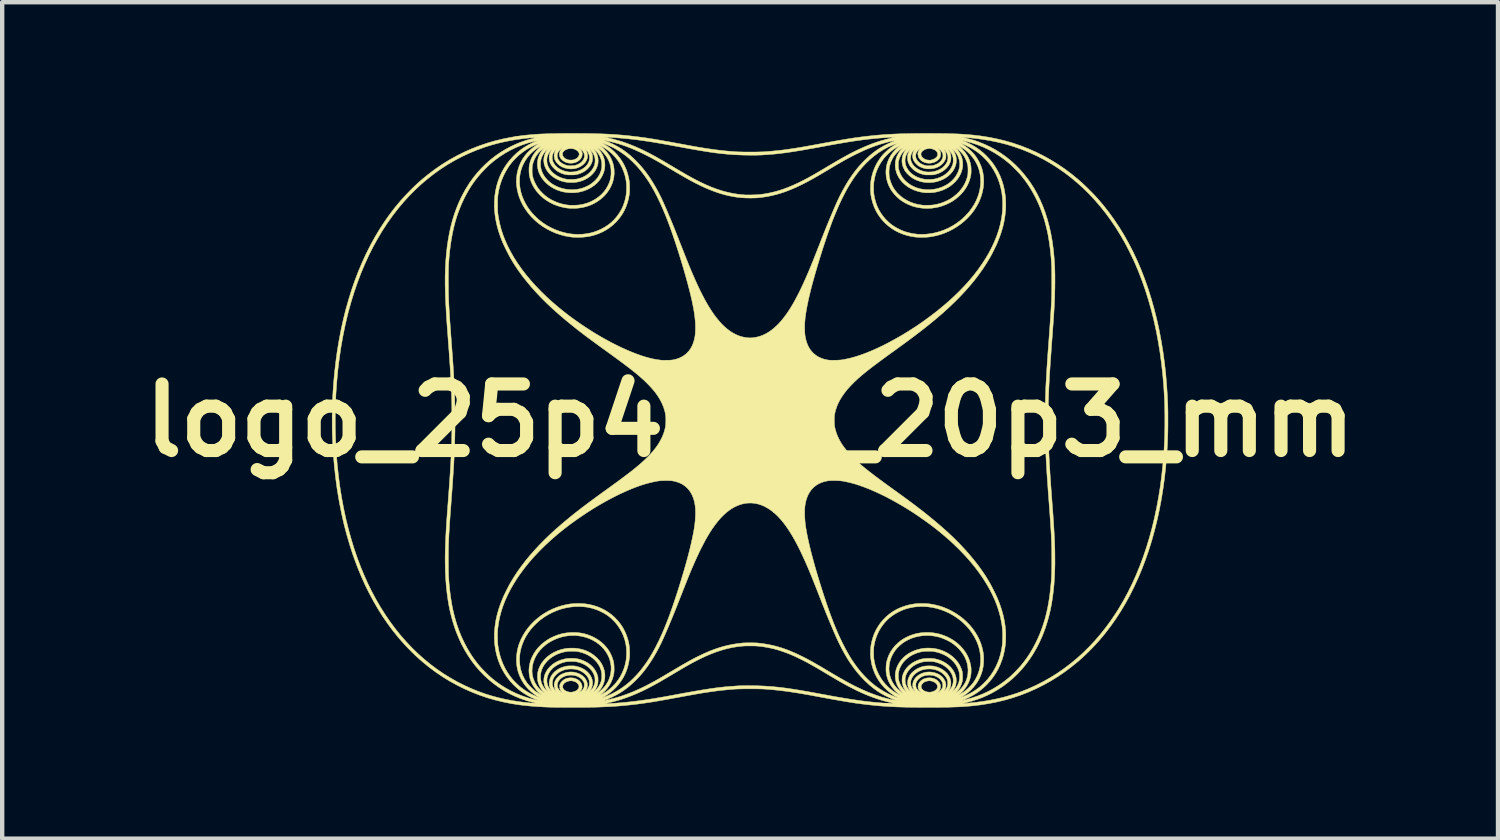
<source format=kicad_pcb>
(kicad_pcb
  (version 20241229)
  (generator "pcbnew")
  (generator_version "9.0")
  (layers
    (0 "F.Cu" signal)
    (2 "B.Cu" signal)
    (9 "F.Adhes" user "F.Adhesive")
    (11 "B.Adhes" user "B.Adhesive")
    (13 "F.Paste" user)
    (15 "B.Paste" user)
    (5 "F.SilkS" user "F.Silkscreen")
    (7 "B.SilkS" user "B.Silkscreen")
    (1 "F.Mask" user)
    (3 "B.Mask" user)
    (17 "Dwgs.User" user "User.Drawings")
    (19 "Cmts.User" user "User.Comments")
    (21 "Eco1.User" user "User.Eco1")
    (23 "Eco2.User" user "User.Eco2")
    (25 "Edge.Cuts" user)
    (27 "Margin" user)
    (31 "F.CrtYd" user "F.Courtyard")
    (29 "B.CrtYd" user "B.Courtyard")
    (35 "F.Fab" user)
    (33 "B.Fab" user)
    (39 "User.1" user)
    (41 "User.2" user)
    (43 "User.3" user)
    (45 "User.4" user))
  (footprint "logo_25p4_by_20p3_mm"
    (layer "F.Cu")
    (at 14.122 6.575)
    (property "Reference" "logo_25p4_by_20p3_mm" (at 0 0 0) (layer "F.SilkS") (effects (font (size 1.524 1.524) (thickness 0.3))))
    (attr through_hole)
    (fp_poly (pts (xy 4.186 -6.57) (xy 4.296 -6.569) (xy 4.399 -6.568) (xy 4.495 -6.567) (xy 4.586 -6.564) (xy 4.671 -6.562) (xy 4.752 -6.559) (xy 4.828 -6.555) (xy 4.902 -6.55) (xy 4.973 -6.545) (xy 5.041 -6.539) (xy 5.109 -6.533) (xy 5.175 -6.525) (xy 5.242 -6.517) (xy 5.275 -6.513) (xy 5.467 -6.483) (xy 5.656 -6.445) (xy 5.842 -6.4) (xy 6.024 -6.347) (xy 6.202 -6.286) (xy 6.377 -6.217) (xy 6.549 -6.141) (xy 6.717 -6.057) (xy 6.881 -5.966) (xy 7.042 -5.867) (xy 7.2 -5.76) (xy 7.354 -5.645) (xy 7.501 -5.525) (xy 7.548 -5.484) (xy 7.6 -5.438) (xy 7.654 -5.387) (xy 7.709 -5.335) (xy 7.764 -5.28) (xy 7.818 -5.226) (xy 7.87 -5.173) (xy 7.917 -5.123) (xy 7.956 -5.08) (xy 8.089 -4.924) (xy 8.217 -4.761) (xy 8.339 -4.591) (xy 8.456 -4.416) (xy 8.567 -4.234) (xy 8.672 -4.046) (xy 8.772 -3.852) (xy 8.866 -3.652) (xy 8.954 -3.446) (xy 9.036 -3.233) (xy 9.113 -3.015) (xy 9.184 -2.79) (xy 9.249 -2.56) (xy 9.309 -2.324) (xy 9.363 -2.081) (xy 9.375 -2.021) (xy 9.419 -1.785) (xy 9.457 -1.547) (xy 9.49 -1.305) (xy 9.517 -1.059) (xy 9.538 -0.809) (xy 9.554 -0.554) (xy 9.563 -0.343) (xy 9.565 -0.265) (xy 9.567 -0.181) (xy 9.567 -0.091) (xy 9.567 0.002) (xy 9.567 0.098) (xy 9.566 0.193) (xy 9.564 0.287) (xy 9.561 0.378) (xy 9.558 0.465) (xy 9.555 0.545) (xy 9.555 0.552) (xy 9.538 0.816) (xy 9.515 1.076) (xy 9.487 1.331) (xy 9.452 1.582) (xy 9.412 1.827) (xy 9.366 2.068) (xy 9.314 2.305) (xy 9.256 2.536) (xy 9.193 2.762) (xy 9.124 2.982) (xy 9.049 3.197) (xy 8.969 3.407) (xy 8.883 3.611) (xy 8.792 3.809) (xy 8.696 4.002) (xy 8.594 4.188) (xy 8.487 4.368) (xy 8.374 4.542) (xy 8.256 4.709) (xy 8.133 4.87) (xy 8.06 4.959) (xy 7.99 5.041) (xy 7.915 5.124) (xy 7.837 5.207) (xy 7.756 5.289) (xy 7.675 5.368) (xy 7.595 5.443) (xy 7.517 5.512) (xy 7.501 5.525) (xy 7.35 5.647) (xy 7.196 5.762) (xy 7.039 5.869) (xy 6.878 5.968) (xy 6.713 6.059) (xy 6.545 6.143) (xy 6.374 6.219) (xy 6.199 6.287) (xy 6.02 6.348) (xy 5.838 6.401) (xy 5.652 6.446) (xy 5.463 6.483) (xy 5.275 6.513) (xy 5.208 6.521) (xy 5.142 6.529) (xy 5.075 6.536) (xy 5.007 6.542) (xy 4.937 6.548) (xy 4.865 6.553) (xy 4.79 6.557) (xy 4.711 6.56) (xy 4.628 6.563) (xy 4.541 6.566) (xy 4.447 6.567) (xy 4.348 6.569) (xy 4.241 6.57) (xy 4.127 6.57) (xy 4.068 6.57) (xy 3.937 6.57) (xy 3.814 6.569) (xy 3.697 6.568) (xy 3.587 6.566) (xy 3.482 6.563) (xy 3.382 6.56) (xy 3.286 6.556) (xy 3.193 6.551) (xy 3.103 6.545) (xy 3.014 6.539) (xy 2.927 6.532) (xy 2.839 6.523) (xy 2.751 6.514) (xy 2.662 6.504) (xy 2.571 6.493) (xy 2.561 6.492) (xy 2.531 6.488) (xy 3.34 6.488) (xy 3.342 6.49) (xy 3.344 6.488) (xy 3.342 6.485) (xy 3.34 6.488) (xy 2.531 6.488) (xy 2.514 6.485) (xy 2.467 6.479) (xy 2.42 6.473) (xy 2.372 6.466) (xy 2.323 6.458) (xy 2.273 6.45) (xy 2.22 6.442) (xy 2.163 6.432) (xy 2.104 6.422) (xy 2.04 6.411) (xy 1.972 6.399) (xy 1.898 6.386) (xy 1.819 6.372) (xy 1.733 6.356) (xy 1.641 6.339) (xy 1.54 6.32) (xy 1.494 6.312) (xy 1.378 6.29) (xy 1.269 6.271) (xy 1.167 6.253) (xy 1.07 6.237) (xy 0.978 6.223) (xy 0.89 6.21) (xy 0.805 6.198) (xy 0.722 6.188) (xy 0.641 6.178) (xy 0.56 6.17) (xy 0.479 6.163) (xy 0.397 6.156) (xy 0.317 6.15) (xy 0.293 6.149) (xy 0.26 6.148) (xy 0.222 6.147) (xy 0.178 6.146) (xy 0.13 6.145) (xy 0.08 6.145) (xy 0.028 6.145) (xy -0.025 6.145) (xy -0.077 6.145) (xy -0.128 6.145) (xy -0.175 6.146) (xy -0.219 6.147) (xy -0.258 6.148) (xy -0.291 6.149) (xy -0.316 6.15) (xy -0.318 6.15) (xy -0.402 6.156) (xy -0.484 6.163) (xy -0.565 6.171) (xy -0.646 6.179) (xy -0.727 6.188) (xy -0.81 6.199) (xy -0.895 6.211) (xy -0.983 6.224) (xy -1.076 6.238) (xy -1.173 6.254) (xy -1.275 6.272) (xy -1.385 6.292) (xy -1.494 6.312) (xy -1.598 6.331) (xy -1.694 6.349) (xy -1.782 6.365) (xy -1.864 6.38) (xy -1.94 6.394) (xy -2.011 6.406) (xy -2.077 6.418) (xy -2.138 6.428) (xy -2.195 6.438) (xy -2.25 6.447) (xy -2.302 6.455) (xy -2.351 6.462) (xy -2.399 6.47) (xy -2.447 6.476) (xy -2.494 6.483) (xy -2.541 6.489) (xy -2.561 6.492) (xy -2.672 6.505) (xy -2.78 6.517) (xy -2.887 6.528) (xy -2.994 6.537) (xy -3.102 6.545) (xy -3.213 6.552) (xy -3.328 6.557) (xy -3.449 6.562) (xy -3.569 6.566) (xy -3.6 6.567) (xy -3.638 6.567) (xy -3.683 6.568) (xy -3.734 6.568) (xy -3.789 6.569) (xy -3.849 6.569) (xy -3.911 6.569) (xy -3.975 6.569) (xy -4.041 6.569) (xy -4.107 6.569) (xy -4.173 6.569) (xy -4.237 6.569) (xy -4.299 6.569) (xy -4.358 6.568) (xy -4.412 6.568) (xy -4.462 6.568) (xy -4.506 6.567) (xy -4.544 6.566) (xy -4.574 6.566) (xy -4.576 6.566) (xy -4.724 6.56) (xy -4.865 6.552) (xy -4.999 6.542) (xy -5.126 6.53) (xy -5.248 6.516) (xy -5.275 6.513) (xy -5.436 6.488) (xy -3.344 6.488) (xy -3.342 6.49) (xy -3.34 6.488) (xy -3.342 6.485) (xy -3.344 6.488) (xy -5.436 6.488) (xy -5.455 6.485) (xy -3.334 6.485) (xy -3.306 6.485) (xy -3.294 6.485) (xy -3.275 6.484) (xy -3.251 6.483) (xy -3.223 6.482) (xy -3.193 6.48) (xy -3.175 6.479) (xy -3.069 6.472) (xy -2.963 6.464) (xy -2.858 6.454) (xy -2.752 6.443) (xy -2.645 6.431) (xy -2.536 6.417) (xy -2.423 6.401) (xy -2.306 6.384) (xy -2.185 6.365) (xy -2.058 6.343) (xy -1.925 6.32) (xy -1.791 6.295) (xy -1.674 6.273) (xy -1.565 6.253) (xy -1.464 6.235) (xy -1.369 6.218) (xy -1.28 6.202) (xy -1.197 6.188) (xy -1.12 6.175) (xy -1.047 6.163) (xy -0.978 6.152) (xy -0.913 6.142) (xy -0.851 6.133) (xy -0.792 6.125) (xy -0.734 6.117) (xy -0.679 6.111) (xy -0.624 6.105) (xy -0.57 6.099) (xy -0.516 6.095) (xy -0.462 6.09) (xy -0.407 6.086) (xy -0.35 6.082) (xy -0.292 6.078) (xy -0.233 6.075) (xy -0.167 6.073) (xy -0.095 6.072) (xy -0.019 6.072) (xy 0.059 6.073) (xy 0.139 6.074) (xy 0.218 6.077) (xy 0.296 6.08) (xy 0.37 6.084) (xy 0.44 6.089) (xy 0.459 6.09) (xy 0.51 6.094) (xy 0.56 6.099) (xy 0.61 6.104) (xy 0.66 6.109) (xy 0.71 6.114) (xy 0.761 6.121) (xy 0.814 6.128) (xy 0.869 6.135) (xy 0.926 6.144) (xy 0.987 6.153) (xy 1.051 6.163) (xy 1.119 6.174) (xy 1.192 6.187) (xy 1.27 6.2) (xy 1.354 6.215) (xy 1.444 6.231) (xy 1.54 6.249) (xy 1.644 6.268) (xy 1.755 6.288) (xy 1.791 6.295) (xy 1.931 6.321) (xy 2.065 6.344) (xy 2.192 6.366) (xy 2.313 6.385) (xy 2.429 6.402) (xy 2.541 6.418) (xy 2.649 6.432) (xy 2.755 6.444) (xy 2.858 6.454) (xy 2.961 6.464) (xy 2.968 6.464) (xy 3.008 6.467) (xy 3.051 6.471) (xy 3.093 6.474) (xy 3.135 6.476) (xy 3.175 6.479) (xy 3.212 6.481) (xy 3.245 6.483) (xy 3.273 6.484) (xy 3.294 6.485) (xy 3.306 6.485) (xy 3.334 6.485) (xy 3.315 6.481) (xy 3.251 6.467) (xy 3.195 6.454) (xy 3.143 6.442) (xy 3.095 6.429) (xy 3.049 6.417) (xy 3.043 6.415) (xy 3.354 6.415) (xy 3.355 6.417) (xy 3.357 6.418) (xy 3.361 6.416) (xy 3.36 6.415) (xy 3.355 6.414) (xy 3.354 6.415) (xy 3.043 6.415) (xy 3.002 6.403) (xy 2.954 6.388) (xy 2.913 6.375) (xy 2.822 6.343) (xy 2.731 6.309) (xy 2.639 6.272) (xy 2.546 6.231) (xy 2.45 6.187) (xy 2.351 6.137) (xy 2.248 6.084) (xy 2.14 6.025) (xy 2.03 5.963) (xy 2.008 5.95) (xy 1.986 5.937) (xy 1.963 5.924) (xy 1.938 5.909) (xy 1.911 5.893) (xy 1.88 5.875) (xy 1.846 5.855) (xy 1.806 5.831) (xy 1.761 5.804) (xy 1.709 5.773) (xy 1.704 5.77) (xy 1.63 5.726) (xy 1.562 5.686) (xy 1.5 5.65) (xy 1.442 5.617) (xy 1.388 5.587) (xy 1.337 5.558) (xy 1.288 5.532) (xy 1.24 5.507) (xy 1.193 5.483) (xy 1.145 5.459) (xy 1.141 5.457) (xy 1.013 5.396) (xy 0.888 5.343) (xy 0.766 5.297) (xy 0.647 5.258) (xy 0.53 5.226) (xy 0.414 5.201) (xy 0.303 5.182) (xy 0.262 5.176) (xy 0.227 5.172) (xy 0.193 5.169) (xy 0.161 5.166) (xy 0.127 5.164) (xy 0.091 5.163) (xy 0.049 5.163) (xy 0.001 5.163) (xy 0 5.163) (xy -0.048 5.163) (xy -0.09 5.163) (xy -0.126 5.164) (xy -0.16 5.166) (xy -0.192 5.169) (xy -0.226 5.172) (xy -0.261 5.176) (xy -0.301 5.182) (xy -0.303 5.182) (xy -0.418 5.201) (xy -0.534 5.227) (xy -0.651 5.26) (xy -0.77 5.299) (xy -0.892 5.345) (xy -1.017 5.398) (xy -1.141 5.457) (xy -1.189 5.481) (xy -1.236 5.505) (xy -1.284 5.53) (xy -1.333 5.556) (xy -1.383 5.584) (xy -1.437 5.614) (xy -1.495 5.647) (xy -1.556 5.683) (xy -1.624 5.723) (xy -1.697 5.766) (xy -1.704 5.77) (xy -1.756 5.801) (xy -1.802 5.829) (xy -1.842 5.852) (xy -1.877 5.873) (xy -1.908 5.892) (xy -1.936 5.908) (xy -1.961 5.922) (xy -1.984 5.936) (xy -2.006 5.949) (xy -2.028 5.961) (xy -2.03 5.963) (xy -2.143 6.027) (xy -2.251 6.085) (xy -2.353 6.139) (xy -2.452 6.188) (xy -2.548 6.232) (xy -2.642 6.273) (xy -2.733 6.31) (xy -2.824 6.344) (xy -2.913 6.375) (xy -2.963 6.391) (xy -3.011 6.406) (xy -3.058 6.419) (xy -3.105 6.432) (xy -3.153 6.444) (xy -3.206 6.457) (xy -3.263 6.469) (xy -3.315 6.481) (xy -3.334 6.485) (xy -5.455 6.485) (xy -5.467 6.483) (xy -5.656 6.445) (xy -5.842 6.4) (xy -6.024 6.347) (xy -6.202 6.286) (xy -6.377 6.217) (xy -6.549 6.141) (xy -6.717 6.057) (xy -6.881 5.966) (xy -7.042 5.867) (xy -7.2 5.76) (xy -7.354 5.645) (xy -7.501 5.525) (xy -7.58 5.456) (xy -7.661 5.382) (xy -7.743 5.302) (xy -7.825 5.22) (xy -7.905 5.135) (xy -7.982 5.05) (xy -8.055 4.966) (xy -8.07 4.947) (xy -8.189 4.799) (xy -8.303 4.644) (xy -8.414 4.482) (xy -8.52 4.313) (xy -8.621 4.139) (xy -8.717 3.96) (xy -8.809 3.776) (xy -8.894 3.587) (xy -8.974 3.395) (xy -9.006 3.313) (xy -9.09 3.083) (xy -9.166 2.848) (xy -9.236 2.608) (xy -9.3 2.364) (xy -9.356 2.114) (xy -9.406 1.859) (xy -9.45 1.599) (xy -9.486 1.335) (xy -9.516 1.064) (xy -9.54 0.789) (xy -9.556 0.509) (xy -9.563 0.343) (xy -9.565 0.265) (xy -9.567 0.181) (xy -9.567 0.091) (xy -9.567 -0.002) (xy -9.567 -0.091) (xy -9.497 -0.091) (xy -9.496 0.176) (xy -9.489 0.444) (xy -9.474 0.712) (xy -9.454 0.978) (xy -9.426 1.243) (xy -9.423 1.27) (xy -9.39 1.523) (xy -9.35 1.771) (xy -9.304 2.016) (xy -9.253 2.255) (xy -9.195 2.49) (xy -9.131 2.72) (xy -9.062 2.945) (xy -8.987 3.163) (xy -8.906 3.376) (xy -8.846 3.52) (xy -8.759 3.717) (xy -8.666 3.907) (xy -8.567 4.092) (xy -8.464 4.27) (xy -8.355 4.442) (xy -8.242 4.608) (xy -8.123 4.768) (xy -8 4.921) (xy -7.872 5.067) (xy -7.74 5.207) (xy -7.603 5.34) (xy -7.461 5.466) (xy -7.315 5.586) (xy -7.165 5.698) (xy -7.011 5.803) (xy -6.852 5.901) (xy -6.69 5.992) (xy -6.523 6.075) (xy -6.353 6.151) (xy -6.206 6.21) (xy -6.062 6.261) (xy -5.916 6.306) (xy -5.768 6.346) (xy -5.616 6.381) (xy -5.461 6.412) (xy -5.3 6.437) (xy -5.133 6.459) (xy -4.993 6.472) (xy -4.96 6.475) (xy -4.931 6.478) (xy -4.907 6.479) (xy -4.888 6.48) (xy -4.876 6.48) (xy -4.871 6.48) (xy -4.873 6.479) (xy -4.875 6.478) (xy -5.009 6.446) (xy -5.114 6.415) (xy -3.36 6.415) (xy -3.359 6.417) (xy -3.357 6.418) (xy -3.354 6.416) (xy -3.354 6.415) (xy -3.359 6.414) (xy -3.36 6.415) (xy -5.114 6.415) (xy -5.129 6.411) (xy -3.338 6.411) (xy -3.335 6.411) (xy -3.326 6.41) (xy -3.31 6.407) (xy -3.286 6.402) (xy -3.255 6.395) (xy -3.248 6.394) (xy -3.113 6.361) (xy -2.974 6.321) (xy -2.833 6.272) (xy -2.689 6.216) (xy -2.543 6.152) (xy -2.434 6.1) (xy -2.392 6.079) (xy -2.351 6.058) (xy -2.309 6.036) (xy -2.268 6.014) (xy -2.225 5.991) (xy -2.18 5.967) (xy -2.133 5.94) (xy -2.082 5.911) (xy -2.027 5.879) (xy -1.968 5.845) (xy -1.903 5.806) (xy -1.832 5.764) (xy -1.799 5.745) (xy -1.725 5.701) (xy -1.658 5.661) (xy -1.597 5.625) (xy -1.541 5.592) (xy -1.489 5.563) (xy -1.441 5.536) (xy -1.397 5.511) (xy -1.354 5.488) (xy -1.314 5.466) (xy -1.275 5.445) (xy -1.237 5.426) (xy -1.198 5.406) (xy -1.162 5.389) (xy -1.044 5.333) (xy -0.929 5.283) (xy -0.817 5.24) (xy -0.708 5.203) (xy -0.599 5.171) (xy -0.491 5.145) (xy -0.381 5.123) (xy -0.27 5.107) (xy -0.176 5.096) (xy -0.15 5.094) (xy -0.118 5.093) (xy -0.081 5.092) (xy -0.04 5.091) (xy 0.002 5.091) (xy 0.044 5.091) (xy 0.084 5.092) (xy 0.121 5.093) (xy 0.153 5.094) (xy 0.176 5.096) (xy 0.29 5.109) (xy 0.401 5.127) (xy 0.51 5.149) (xy 0.618 5.176) (xy 0.727 5.209) (xy 0.837 5.247) (xy 0.949 5.292) (xy 1.064 5.342) (xy 1.162 5.389) (xy 1.202 5.408) (xy 1.24 5.428) (xy 1.279 5.447) (xy 1.318 5.468) (xy 1.359 5.49) (xy 1.401 5.513) (xy 1.446 5.538) (xy 1.494 5.566) (xy 1.546 5.596) (xy 1.603 5.628) (xy 1.665 5.665) (xy 1.732 5.705) (xy 1.799 5.745) (xy 1.873 5.789) (xy 1.941 5.829) (xy 2.003 5.865) (xy 2.06 5.898) (xy 2.113 5.928) (xy 2.162 5.956) (xy 2.208 5.982) (xy 2.252 6.006) (xy 2.294 6.028) (xy 2.335 6.05) (xy 2.376 6.071) (xy 2.418 6.092) (xy 2.43 6.098) (xy 2.579 6.168) (xy 2.725 6.231) (xy 2.869 6.285) (xy 3.01 6.332) (xy 3.149 6.371) (xy 3.248 6.394) (xy 3.281 6.401) (xy 3.306 6.406) (xy 3.324 6.409) (xy 3.334 6.411) (xy 3.338 6.411) (xy 3.336 6.409) (xy 3.328 6.405) (xy 3.315 6.4) (xy 3.313 6.399) (xy 3.204 6.355) (xy 3.101 6.306) (xy 3.003 6.253) (xy 2.91 6.194) (xy 2.82 6.128) (xy 2.732 6.056) (xy 2.645 5.976) (xy 2.612 5.944) (xy 2.531 5.858) (xy 2.452 5.767) (xy 2.377 5.67) (xy 2.303 5.567) (xy 2.232 5.458) (xy 2.163 5.341) (xy 2.096 5.217) (xy 2.03 5.086) (xy 1.965 4.946) (xy 1.925 4.854) (xy 1.893 4.778) (xy 1.864 4.71) (xy 1.838 4.647) (xy 1.813 4.588) (xy 1.79 4.533) (xy 1.768 4.48) (xy 1.747 4.428) (xy 1.726 4.376) (xy 1.705 4.322) (xy 1.683 4.267) (xy 1.659 4.208) (xy 1.642 4.165) (xy 1.61 4.083) (xy 1.581 4.009) (xy 1.555 3.942) (xy 1.531 3.881) (xy 1.509 3.825) (xy 1.489 3.775) (xy 1.471 3.73) (xy 1.455 3.69) (xy 1.44 3.652) (xy 1.427 3.619) (xy 1.414 3.588) (xy 1.403 3.559) (xy 1.391 3.531) (xy 1.381 3.506) (xy 1.37 3.48) (xy 1.36 3.455) (xy 1.349 3.43) (xy 1.338 3.403) (xy 1.327 3.378) (xy 1.267 3.239) (xy 1.207 3.108) (xy 1.149 2.984) (xy 1.091 2.869) (xy 1.034 2.761) (xy 0.977 2.66) (xy 0.921 2.567) (xy 0.864 2.48) (xy 0.808 2.4) (xy 0.752 2.327) (xy 0.695 2.259) (xy 0.638 2.198) (xy 0.58 2.142) (xy 0.53 2.1) (xy 1.249 2.1) (xy 1.25 2.161) (xy 1.253 2.225) (xy 1.257 2.29) (xy 1.263 2.354) (xy 1.266 2.379) (xy 1.278 2.462) (xy 1.293 2.552) (xy 1.312 2.65) (xy 1.334 2.754) (xy 1.36 2.866) (xy 1.388 2.983) (xy 1.421 3.108) (xy 1.456 3.238) (xy 1.494 3.375) (xy 1.536 3.517) (xy 1.58 3.664) (xy 1.628 3.817) (xy 1.672 3.956) (xy 1.716 4.089) (xy 1.757 4.213) (xy 1.798 4.331) (xy 1.838 4.442) (xy 1.878 4.548) (xy 1.917 4.649) (xy 1.956 4.745) (xy 1.995 4.837) (xy 2.034 4.926) (xy 2.075 5.013) (xy 2.116 5.098) (xy 2.126 5.118) (xy 2.192 5.245) (xy 2.259 5.365) (xy 2.328 5.477) (xy 2.399 5.581) (xy 2.472 5.68) (xy 2.548 5.772) (xy 2.627 5.859) (xy 2.709 5.941) (xy 2.758 5.986) (xy 2.849 6.062) (xy 2.946 6.132) (xy 3.047 6.196) (xy 3.152 6.253) (xy 3.261 6.303) (xy 3.34 6.334) (xy 3.364 6.342) (xy 3.38 6.347) (xy 3.388 6.349) (xy 3.389 6.348) (xy 3.382 6.344) (xy 3.381 6.344) (xy 4.818 6.344) (xy 4.82 6.346) (xy 4.822 6.344) (xy 4.82 6.342) (xy 4.818 6.344) (xy 3.381 6.344) (xy 3.378 6.342) (xy 3.297 6.297) (xy 3.291 6.293) (xy 3.437 6.293) (xy 3.44 6.295) (xy 3.442 6.293) (xy 3.44 6.291) (xy 3.437 6.293) (xy 3.291 6.293) (xy 3.219 6.244) (xy 3.146 6.185) (xy 3.078 6.12) (xy 3.015 6.05) (xy 2.958 5.975) (xy 2.908 5.895) (xy 2.865 5.812) (xy 2.862 5.806) (xy 2.852 5.783) (xy 2.842 5.757) (xy 2.831 5.731) (xy 2.821 5.704) (xy 2.813 5.68) (xy 2.806 5.66) (xy 2.802 5.645) (xy 2.801 5.642) (xy 2.799 5.631) (xy 2.797 5.626) (xy 2.792 5.611) (xy 2.786 5.588) (xy 2.781 5.561) (xy 2.775 5.53) (xy 2.77 5.497) (xy 2.765 5.463) (xy 2.761 5.431) (xy 2.76 5.419) (xy 2.758 5.385) (xy 2.757 5.345) (xy 2.757 5.309) (xy 2.828 5.309) (xy 2.828 5.349) (xy 2.83 5.389) (xy 2.832 5.425) (xy 2.834 5.453) (xy 2.85 5.546) (xy 2.873 5.637) (xy 2.904 5.726) (xy 2.943 5.81) (xy 2.988 5.891) (xy 3.04 5.968) (xy 3.099 6.039) (xy 3.135 6.077) (xy 3.185 6.125) (xy 3.235 6.167) (xy 3.286 6.205) (xy 3.341 6.24) (xy 3.38 6.263) (xy 3.401 6.274) (xy 3.415 6.282) (xy 3.425 6.287) (xy 3.43 6.29) (xy 3.433 6.29) (xy 3.433 6.289) (xy 3.433 6.289) (xy 3.43 6.286) (xy 3.422 6.279) (xy 3.41 6.269) (xy 3.407 6.267) (xy 3.349 6.218) (xy 3.298 6.167) (xy 3.253 6.111) (xy 3.232 6.081) (xy 3.219 6.061) (xy 3.206 6.039) (xy 3.193 6.015) (xy 3.181 5.992) (xy 3.17 5.97) (xy 3.162 5.952) (xy 3.158 5.939) (xy 3.157 5.935) (xy 3.155 5.928) (xy 3.153 5.927) (xy 3.152 5.925) (xy 3.162 5.925) (xy 3.164 5.927) (xy 3.167 5.925) (xy 3.164 5.922) (xy 3.162 5.925) (xy 3.152 5.925) (xy 3.151 5.923) (xy 3.147 5.912) (xy 3.142 5.896) (xy 3.137 5.876) (xy 3.131 5.855) (xy 3.126 5.832) (xy 3.122 5.81) (xy 3.118 5.791) (xy 3.117 5.787) (xy 3.114 5.757) (xy 3.112 5.721) (xy 3.112 5.683) (xy 3.112 5.681) (xy 3.18 5.681) (xy 3.184 5.753) (xy 3.196 5.824) (xy 3.214 5.886) (xy 3.241 5.955) (xy 3.276 6.02) (xy 3.319 6.081) (xy 3.368 6.138) (xy 3.425 6.19) (xy 3.478 6.231) (xy 3.49 6.24) (xy 3.5 6.246) (xy 3.504 6.248) (xy 3.504 6.248) (xy 3.502 6.246) (xy 3.496 6.238) (xy 3.485 6.227) (xy 3.476 6.217) (xy 3.435 6.171) (xy 3.4 6.12) (xy 3.371 6.068) (xy 3.365 6.054) (xy 3.36 6.041) (xy 3.358 6.034) (xy 3.359 6.029) (xy 3.363 6.026) (xy 3.364 6.025) (xy 3.369 6.021) (xy 3.368 6.02) (xy 3.363 6.022) (xy 3.358 6.022) (xy 3.354 6.019) (xy 3.35 6.011) (xy 3.345 5.998) (xy 3.334 5.957) (xy 3.327 5.911) (xy 3.324 5.863) (xy 3.324 5.851) (xy 3.394 5.851) (xy 3.395 5.881) (xy 3.397 5.908) (xy 3.399 5.925) (xy 3.415 5.986) (xy 3.439 6.044) (xy 3.469 6.097) (xy 3.508 6.147) (xy 3.54 6.182) (xy 3.557 6.197) (xy 3.569 6.208) (xy 3.576 6.213) (xy 3.578 6.213) (xy 3.575 6.207) (xy 3.566 6.196) (xy 3.565 6.194) (xy 3.553 6.179) (xy 3.541 6.161) (xy 3.536 6.152) (xy 3.523 6.131) (xy 3.532 6.124) (xy 3.541 6.117) (xy 3.531 6.122) (xy 3.523 6.125) (xy 3.52 6.125) (xy 3.516 6.119) (xy 3.511 6.106) (xy 3.505 6.089) (xy 3.499 6.071) (xy 3.493 6.052) (xy 3.488 6.035) (xy 3.486 6.026) (xy 3.482 6) (xy 3.48 5.969) (xy 3.479 5.936) (xy 3.48 5.929) (xy 3.55 5.929) (xy 3.55 5.966) (xy 3.553 6.002) (xy 3.56 6.032) (xy 3.56 6.032) (xy 3.573 6.068) (xy 3.59 6.103) (xy 3.61 6.136) (xy 3.625 6.157) (xy 3.636 6.17) (xy 3.647 6.181) (xy 3.657 6.191) (xy 3.665 6.199) (xy 3.671 6.204) (xy 3.673 6.205) (xy 3.671 6.202) (xy 3.666 6.195) (xy 3.661 6.187) (xy 3.66 6.182) (xy 3.665 6.175) (xy 3.665 6.175) (xy 3.67 6.169) (xy 3.669 6.169) (xy 3.663 6.171) (xy 3.657 6.174) (xy 3.653 6.173) (xy 3.648 6.168) (xy 3.642 6.157) (xy 3.635 6.145) (xy 3.622 6.11) (xy 3.612 6.071) (xy 3.607 6.03) (xy 3.607 6.006) (xy 3.678 6.006) (xy 3.678 6.033) (xy 3.681 6.058) (xy 3.684 6.074) (xy 3.696 6.104) (xy 3.713 6.136) (xy 3.733 6.165) (xy 3.743 6.177) (xy 3.754 6.19) (xy 3.763 6.198) (xy 3.768 6.202) (xy 3.77 6.2) (xy 3.766 6.193) (xy 3.762 6.188) (xy 3.752 6.172) (xy 3.742 6.151) (xy 3.734 6.13) (xy 3.728 6.111) (xy 3.727 6.107) (xy 3.725 6.092) (xy 3.723 6.079) (xy 3.723 6.078) (xy 3.722 6.07) (xy 3.726 6.067) (xy 3.735 6.066) (xy 3.749 6.065) (xy 3.736 6.063) (xy 3.729 6.061) (xy 3.726 6.058) (xy 3.795 6.058) (xy 3.796 6.078) (xy 3.797 6.094) (xy 3.8 6.106) (xy 3.805 6.119) (xy 3.807 6.123) (xy 3.816 6.14) (xy 3.827 6.158) (xy 3.834 6.167) (xy 3.843 6.176) (xy 3.855 6.188) (xy 3.869 6.2) (xy 3.882 6.211) (xy 3.894 6.219) (xy 3.903 6.225) (xy 3.906 6.225) (xy 3.905 6.221) (xy 3.899 6.213) (xy 3.889 6.202) (xy 3.888 6.201) (xy 3.87 6.177) (xy 3.857 6.152) (xy 3.857 6.151) (xy 3.852 6.138) (xy 3.849 6.128) (xy 3.849 6.124) (xy 3.853 6.122) (xy 3.861 6.119) (xy 3.871 6.114) (xy 3.858 6.111) (xy 3.844 6.108) (xy 3.846 6.091) (xy 3.916 6.091) (xy 3.92 6.116) (xy 3.931 6.141) (xy 3.949 6.163) (xy 3.971 6.182) (xy 3.991 6.194) (xy 4.033 6.21) (xy 4.071 6.219) (xy 4.109 6.222) (xy 4.146 6.218) (xy 4.152 6.217) (xy 4.19 6.206) (xy 4.222 6.192) (xy 4.249 6.174) (xy 4.27 6.153) (xy 4.284 6.13) (xy 4.291 6.105) (xy 4.29 6.084) (xy 4.283 6.058) (xy 4.271 6.036) (xy 4.253 6.017) (xy 4.225 5.996) (xy 4.191 5.979) (xy 4.155 5.967) (xy 4.117 5.961) (xy 4.101 5.961) (xy 4.081 5.962) (xy 4.057 5.967) (xy 4.032 5.973) (xy 4.009 5.98) (xy 3.995 5.987) (xy 3.973 6.001) (xy 3.952 6.02) (xy 3.935 6.041) (xy 3.923 6.063) (xy 3.916 6.084) (xy 3.916 6.091) (xy 3.846 6.091) (xy 3.847 6.08) (xy 3.854 6.046) (xy 3.868 6.013) (xy 3.889 5.983) (xy 3.916 5.956) (xy 3.947 5.933) (xy 3.957 5.927) (xy 4.003 5.908) (xy 4.05 5.897) (xy 4.101 5.893) (xy 4.101 5.893) (xy 4.143 5.895) (xy 4.179 5.901) (xy 4.215 5.912) (xy 4.238 5.922) (xy 4.256 5.931) (xy 4.271 5.94) (xy 4.286 5.952) (xy 4.302 5.968) (xy 4.305 5.972) (xy 4.328 5.997) (xy 4.344 6.021) (xy 4.354 6.044) (xy 4.359 6.069) (xy 4.361 6.088) (xy 4.358 6.125) (xy 4.349 6.158) (xy 4.333 6.187) (xy 4.32 6.203) (xy 4.309 6.214) (xy 4.301 6.223) (xy 4.297 6.229) (xy 4.297 6.229) (xy 4.3 6.229) (xy 4.308 6.224) (xy 4.319 6.217) (xy 4.332 6.207) (xy 4.345 6.196) (xy 4.357 6.185) (xy 4.367 6.175) (xy 4.368 6.174) (xy 4.38 6.159) (xy 4.392 6.14) (xy 4.4 6.126) (xy 4.406 6.11) (xy 4.41 6.097) (xy 4.412 6.082) (xy 4.412 6.063) (xy 4.412 6.062) (xy 4.411 6.034) (xy 4.405 6.01) (xy 4.396 5.986) (xy 4.38 5.961) (xy 4.378 5.958) (xy 4.351 5.924) (xy 4.316 5.895) (xy 4.274 5.87) (xy 4.227 5.85) (xy 4.193 5.839) (xy 4.169 5.835) (xy 4.138 5.832) (xy 4.105 5.831) (xy 4.071 5.832) (xy 4.039 5.835) (xy 4.011 5.839) (xy 4.003 5.841) (xy 3.956 5.857) (xy 3.914 5.878) (xy 3.877 5.904) (xy 3.845 5.935) (xy 3.82 5.968) (xy 3.812 5.984) (xy 3.804 6) (xy 3.799 6.013) (xy 3.796 6.025) (xy 3.795 6.039) (xy 3.795 6.058) (xy 3.726 6.058) (xy 3.725 6.057) (xy 3.724 6.05) (xy 3.724 6.037) (xy 3.727 6.021) (xy 3.731 6.001) (xy 3.736 5.982) (xy 3.736 5.982) (xy 3.754 5.941) (xy 3.779 5.903) (xy 3.81 5.869) (xy 3.847 5.838) (xy 3.889 5.812) (xy 3.935 5.79) (xy 3.984 5.774) (xy 4.035 5.763) (xy 4.088 5.759) (xy 4.141 5.76) (xy 4.146 5.761) (xy 4.206 5.771) (xy 4.263 5.788) (xy 4.314 5.81) (xy 4.359 5.839) (xy 4.399 5.873) (xy 4.433 5.913) (xy 4.433 5.914) (xy 4.458 5.954) (xy 4.474 5.994) (xy 4.483 6.035) (xy 4.483 6.078) (xy 4.482 6.088) (xy 4.478 6.111) (xy 4.471 6.136) (xy 4.461 6.161) (xy 4.451 6.181) (xy 4.446 6.189) (xy 4.44 6.197) (xy 4.439 6.2) (xy 4.442 6.199) (xy 4.444 6.198) (xy 4.453 6.191) (xy 4.464 6.179) (xy 4.476 6.163) (xy 4.488 6.145) (xy 4.499 6.128) (xy 4.502 6.122) (xy 4.515 6.093) (xy 4.522 6.067) (xy 4.526 6.038) (xy 4.527 6.016) (xy 4.524 5.973) (xy 4.513 5.933) (xy 4.496 5.894) (xy 4.471 5.857) (xy 4.438 5.82) (xy 4.432 5.814) (xy 4.403 5.788) (xy 4.375 5.768) (xy 4.343 5.749) (xy 4.329 5.742) (xy 4.274 5.718) (xy 4.218 5.702) (xy 4.16 5.692) (xy 4.1 5.69) (xy 4.033 5.693) (xy 3.97 5.704) (xy 3.912 5.722) (xy 3.858 5.747) (xy 3.809 5.779) (xy 3.764 5.817) (xy 3.75 5.832) (xy 3.724 5.865) (xy 3.703 5.902) (xy 3.687 5.94) (xy 3.683 5.956) (xy 3.679 5.979) (xy 3.678 6.006) (xy 3.607 6.006) (xy 3.607 5.988) (xy 3.612 5.95) (xy 3.614 5.941) (xy 3.621 5.915) (xy 3.633 5.886) (xy 3.647 5.857) (xy 3.661 5.831) (xy 3.666 5.822) (xy 3.698 5.783) (xy 3.736 5.747) (xy 3.78 5.713) (xy 3.828 5.683) (xy 3.88 5.659) (xy 3.898 5.652) (xy 3.933 5.64) (xy 3.966 5.631) (xy 3.999 5.625) (xy 4.035 5.622) (xy 4.075 5.62) (xy 4.1 5.62) (xy 4.13 5.62) (xy 4.154 5.621) (xy 4.173 5.622) (xy 4.189 5.623) (xy 4.205 5.626) (xy 4.221 5.63) (xy 4.223 5.63) (xy 4.273 5.643) (xy 4.318 5.659) (xy 4.358 5.677) (xy 4.397 5.698) (xy 4.426 5.717) (xy 4.472 5.754) (xy 4.512 5.794) (xy 4.544 5.838) (xy 4.569 5.884) (xy 4.587 5.932) (xy 4.596 5.981) (xy 4.598 6.015) (xy 4.594 6.064) (xy 4.583 6.112) (xy 4.564 6.158) (xy 4.544 6.193) (xy 4.536 6.204) (xy 4.546 6.195) (xy 4.557 6.185) (xy 4.57 6.17) (xy 4.584 6.152) (xy 4.597 6.133) (xy 4.608 6.117) (xy 4.609 6.115) (xy 4.627 6.079) (xy 4.64 6.042) (xy 4.648 6.002) (xy 4.651 5.971) (xy 4.65 5.922) (xy 4.641 5.873) (xy 4.625 5.825) (xy 4.601 5.777) (xy 4.57 5.731) (xy 4.533 5.688) (xy 4.508 5.665) (xy 4.458 5.626) (xy 4.401 5.591) (xy 4.338 5.563) (xy 4.272 5.54) (xy 4.225 5.528) (xy 4.207 5.525) (xy 4.19 5.522) (xy 4.171 5.52) (xy 4.15 5.519) (xy 4.124 5.519) (xy 4.098 5.518) (xy 4.06 5.519) (xy 4.029 5.52) (xy 4.002 5.522) (xy 3.977 5.525) (xy 3.952 5.53) (xy 3.924 5.537) (xy 3.92 5.538) (xy 3.857 5.559) (xy 3.798 5.585) (xy 3.744 5.617) (xy 3.696 5.654) (xy 3.653 5.696) (xy 3.617 5.741) (xy 3.587 5.79) (xy 3.565 5.842) (xy 3.559 5.861) (xy 3.553 5.893) (xy 3.55 5.929) (xy 3.48 5.929) (xy 3.481 5.904) (xy 3.484 5.877) (xy 3.484 5.875) (xy 3.499 5.819) (xy 3.521 5.765) (xy 3.55 5.713) (xy 3.586 5.665) (xy 3.629 5.619) (xy 3.677 5.579) (xy 3.73 5.543) (xy 3.765 5.524) (xy 3.821 5.498) (xy 3.876 5.477) (xy 3.929 5.462) (xy 3.985 5.453) (xy 4.044 5.448) (xy 4.094 5.447) (xy 4.135 5.447) (xy 4.171 5.449) (xy 4.204 5.453) (xy 4.237 5.459) (xy 4.272 5.467) (xy 4.286 5.47) (xy 4.352 5.491) (xy 4.415 5.519) (xy 4.474 5.552) (xy 4.528 5.59) (xy 4.577 5.633) (xy 4.619 5.68) (xy 4.655 5.731) (xy 4.676 5.768) (xy 4.699 5.825) (xy 4.715 5.881) (xy 4.722 5.937) (xy 4.72 5.992) (xy 4.72 5.994) (xy 4.712 6.044) (xy 4.698 6.091) (xy 4.678 6.136) (xy 4.65 6.181) (xy 4.631 6.208) (xy 4.627 6.213) (xy 4.629 6.213) (xy 4.635 6.208) (xy 4.644 6.201) (xy 4.655 6.19) (xy 4.667 6.179) (xy 4.679 6.166) (xy 4.684 6.16) (xy 4.723 6.112) (xy 4.753 6.061) (xy 4.776 6.007) (xy 4.79 5.951) (xy 4.797 5.892) (xy 4.797 5.867) (xy 4.794 5.811) (xy 4.785 5.757) (xy 4.769 5.704) (xy 4.745 5.652) (xy 4.714 5.599) (xy 4.708 5.589) (xy 4.666 5.535) (xy 4.618 5.485) (xy 4.564 5.44) (xy 4.505 5.399) (xy 4.44 5.364) (xy 4.371 5.335) (xy 4.299 5.311) (xy 4.225 5.295) (xy 4.175 5.287) (xy 4.148 5.285) (xy 4.116 5.284) (xy 4.081 5.284) (xy 4.044 5.285) (xy 4.009 5.286) (xy 3.976 5.289) (xy 3.949 5.292) (xy 3.939 5.293) (xy 3.866 5.31) (xy 3.797 5.333) (xy 3.731 5.362) (xy 3.67 5.396) (xy 3.614 5.435) (xy 3.563 5.479) (xy 3.517 5.526) (xy 3.479 5.578) (xy 3.446 5.633) (xy 3.421 5.69) (xy 3.404 5.75) (xy 3.401 5.764) (xy 3.398 5.789) (xy 3.395 5.819) (xy 3.394 5.851) (xy 3.324 5.851) (xy 3.324 5.815) (xy 3.328 5.776) (xy 3.341 5.711) (xy 3.363 5.647) (xy 3.392 5.586) (xy 3.428 5.527) (xy 3.471 5.472) (xy 3.521 5.42) (xy 3.573 5.376) (xy 3.639 5.331) (xy 3.71 5.293) (xy 3.784 5.262) (xy 3.861 5.239) (xy 3.941 5.222) (xy 4.023 5.213) (xy 4.106 5.212) (xy 4.191 5.218) (xy 4.275 5.232) (xy 4.296 5.237) (xy 4.37 5.258) (xy 4.441 5.286) (xy 4.509 5.32) (xy 4.572 5.359) (xy 4.632 5.404) (xy 4.685 5.453) (xy 4.733 5.506) (xy 4.775 5.562) (xy 4.809 5.622) (xy 4.836 5.684) (xy 4.837 5.685) (xy 4.847 5.715) (xy 4.855 5.741) (xy 4.86 5.766) (xy 4.863 5.792) (xy 4.865 5.822) (xy 4.866 5.857) (xy 4.866 5.87) (xy 4.866 5.899) (xy 4.865 5.922) (xy 4.864 5.94) (xy 4.862 5.955) (xy 4.86 5.968) (xy 4.857 5.982) (xy 4.856 5.984) (xy 4.835 6.048) (xy 4.809 6.106) (xy 4.776 6.159) (xy 4.736 6.208) (xy 4.729 6.216) (xy 4.717 6.229) (xy 4.71 6.237) (xy 4.709 6.24) (xy 4.712 6.239) (xy 4.716 6.237) (xy 4.731 6.226) (xy 4.751 6.211) (xy 4.772 6.192) (xy 4.795 6.172) (xy 4.816 6.152) (xy 4.834 6.134) (xy 4.845 6.121) (xy 4.889 6.062) (xy 4.926 6.001) (xy 4.954 5.938) (xy 4.974 5.872) (xy 4.986 5.804) (xy 4.99 5.732) (xy 4.99 5.704) (xy 4.983 5.631) (xy 4.969 5.559) (xy 4.946 5.489) (xy 4.916 5.42) (xy 4.878 5.354) (xy 4.833 5.291) (xy 4.781 5.23) (xy 4.722 5.174) (xy 4.657 5.121) (xy 4.61 5.088) (xy 4.561 5.059) (xy 4.506 5.031) (xy 4.448 5.005) (xy 4.388 4.981) (xy 4.33 4.962) (xy 4.297 4.954) (xy 4.21 4.936) (xy 4.123 4.926) (xy 4.036 4.924) (xy 3.95 4.929) (xy 3.866 4.941) (xy 3.784 4.96) (xy 3.705 4.985) (xy 3.629 5.018) (xy 3.556 5.056) (xy 3.489 5.101) (xy 3.426 5.153) (xy 3.369 5.21) (xy 3.368 5.21) (xy 3.319 5.27) (xy 3.278 5.334) (xy 3.243 5.4) (xy 3.216 5.468) (xy 3.196 5.538) (xy 3.185 5.61) (xy 3.18 5.681) (xy 3.112 5.681) (xy 3.113 5.643) (xy 3.115 5.604) (xy 3.119 5.568) (xy 3.123 5.539) (xy 3.124 5.536) (xy 3.146 5.456) (xy 3.175 5.379) (xy 3.212 5.306) (xy 3.256 5.237) (xy 3.307 5.173) (xy 3.329 5.148) (xy 3.393 5.088) (xy 3.461 5.034) (xy 3.534 4.987) (xy 3.613 4.947) (xy 3.697 4.913) (xy 3.785 4.886) (xy 3.843 4.873) (xy 3.906 4.863) (xy 3.973 4.857) (xy 4.041 4.854) (xy 4.108 4.855) (xy 4.17 4.86) (xy 4.262 4.874) (xy 4.352 4.895) (xy 4.439 4.924) (xy 4.524 4.96) (xy 4.605 5.003) (xy 4.681 5.051) (xy 4.752 5.106) (xy 4.817 5.166) (xy 4.824 5.174) (xy 4.881 5.239) (xy 4.931 5.307) (xy 4.973 5.378) (xy 5.007 5.452) (xy 5.033 5.528) (xy 5.051 5.607) (xy 5.059 5.657) (xy 5.062 5.73) (xy 5.058 5.803) (xy 5.046 5.876) (xy 5.025 5.946) (xy 4.997 6.015) (xy 4.962 6.08) (xy 4.937 6.117) (xy 4.915 6.146) (xy 4.889 6.177) (xy 4.86 6.207) (xy 4.832 6.235) (xy 4.805 6.257) (xy 4.803 6.259) (xy 4.79 6.27) (xy 4.78 6.279) (xy 4.774 6.284) (xy 4.773 6.286) (xy 4.777 6.285) (xy 4.788 6.28) (xy 4.802 6.271) (xy 4.82 6.261) (xy 4.841 6.248) (xy 4.862 6.235) (xy 4.882 6.222) (xy 4.901 6.209) (xy 4.917 6.198) (xy 4.918 6.197) (xy 4.941 6.178) (xy 4.968 6.155) (xy 4.997 6.128) (xy 5.026 6.099) (xy 5.054 6.07) (xy 5.078 6.043) (xy 5.098 6.019) (xy 5.102 6.014) (xy 5.15 5.942) (xy 5.191 5.866) (xy 5.224 5.788) (xy 5.25 5.707) (xy 5.267 5.624) (xy 5.277 5.539) (xy 5.278 5.452) (xy 5.272 5.365) (xy 5.258 5.276) (xy 5.236 5.187) (xy 5.213 5.119) (xy 5.19 5.062) (xy 5.161 5.003) (xy 5.128 4.942) (xy 5.091 4.882) (xy 5.052 4.826) (xy 5.02 4.783) (xy 4.999 4.758) (xy 4.973 4.729) (xy 4.943 4.698) (xy 4.913 4.667) (xy 4.882 4.637) (xy 4.853 4.61) (xy 4.827 4.588) (xy 4.826 4.587) (xy 4.741 4.522) (xy 4.652 4.464) (xy 4.56 4.413) (xy 4.465 4.369) (xy 4.367 4.333) (xy 4.268 4.303) (xy 4.168 4.281) (xy 4.066 4.267) (xy 3.965 4.26) (xy 3.864 4.262) (xy 3.764 4.271) (xy 3.734 4.276) (xy 3.648 4.293) (xy 3.567 4.315) (xy 3.487 4.344) (xy 3.41 4.379) (xy 3.327 4.424) (xy 3.251 4.474) (xy 3.18 4.53) (xy 3.116 4.592) (xy 3.057 4.66) (xy 3.002 4.735) (xy 3.001 4.737) (xy 2.954 4.815) (xy 2.914 4.898) (xy 2.881 4.984) (xy 2.855 5.073) (xy 2.837 5.164) (xy 2.832 5.204) (xy 2.83 5.234) (xy 2.829 5.269) (xy 2.828 5.309) (xy 2.757 5.309) (xy 2.757 5.303) (xy 2.758 5.26) (xy 2.76 5.219) (xy 2.764 5.183) (xy 2.766 5.163) (xy 2.785 5.065) (xy 2.811 4.971) (xy 2.844 4.881) (xy 2.885 4.794) (xy 2.933 4.712) (xy 2.987 4.634) (xy 3.048 4.562) (xy 3.116 4.494) (xy 3.19 4.432) (xy 3.27 4.376) (xy 3.281 4.369) (xy 3.357 4.325) (xy 3.44 4.287) (xy 3.526 4.255) (xy 3.616 4.228) (xy 3.708 4.209) (xy 3.787 4.197) (xy 3.841 4.193) (xy 3.9 4.191) (xy 3.961 4.191) (xy 4.023 4.193) (xy 4.081 4.197) (xy 4.135 4.204) (xy 4.136 4.204) (xy 4.24 4.224) (xy 4.342 4.25) (xy 4.441 4.284) (xy 4.537 4.324) (xy 4.629 4.371) (xy 4.718 4.423) (xy 4.803 4.481) (xy 4.883 4.544) (xy 4.958 4.612) (xy 5.028 4.684) (xy 5.092 4.761) (xy 5.149 4.841) (xy 5.201 4.925) (xy 5.245 5.012) (xy 5.282 5.102) (xy 5.311 5.194) (xy 5.315 5.211) (xy 5.328 5.268) (xy 5.338 5.32) (xy 5.344 5.371) (xy 5.347 5.425) (xy 5.348 5.474) (xy 5.345 5.558) (xy 5.337 5.637) (xy 5.321 5.714) (xy 5.299 5.789) (xy 5.27 5.863) (xy 5.256 5.895) (xy 5.216 5.97) (xy 5.168 6.042) (xy 5.114 6.11) (xy 5.054 6.173) (xy 4.988 6.232) (xy 4.918 6.284) (xy 4.865 6.316) (xy 4.85 6.326) (xy 4.837 6.334) (xy 4.83 6.339) (xy 4.828 6.34) (xy 4.833 6.34) (xy 4.844 6.336) (xy 4.861 6.33) (xy 4.881 6.322) (xy 4.905 6.312) (xy 4.93 6.301) (xy 4.956 6.289) (xy 4.981 6.277) (xy 5.004 6.266) (xy 5.025 6.256) (xy 5.025 6.256) (xy 5.079 6.225) (xy 5.135 6.191) (xy 5.19 6.153) (xy 5.243 6.114) (xy 5.262 6.099) (xy 5.282 6.081) (xy 5.307 6.059) (xy 5.334 6.034) (xy 5.361 6.007) (xy 5.388 5.98) (xy 5.412 5.955) (xy 5.432 5.933) (xy 5.438 5.926) (xy 5.505 5.84) (xy 5.565 5.75) (xy 5.619 5.654) (xy 5.665 5.555) (xy 5.704 5.452) (xy 5.735 5.347) (xy 5.758 5.239) (xy 5.76 5.232) (xy 5.765 5.197) (xy 5.77 5.164) (xy 5.774 5.133) (xy 5.777 5.102) (xy 5.779 5.068) (xy 5.78 5.029) (xy 5.781 4.985) (xy 5.781 4.976) (xy 5.782 4.916) (xy 5.781 4.862) (xy 5.779 4.812) (xy 5.775 4.764) (xy 5.77 4.715) (xy 5.762 4.663) (xy 5.759 4.643) (xy 5.734 4.513) (xy 5.7 4.384) (xy 5.658 4.253) (xy 5.608 4.123) (xy 5.549 3.993) (xy 5.483 3.863) (xy 5.408 3.733) (xy 5.326 3.603) (xy 5.235 3.474) (xy 5.137 3.345) (xy 5.031 3.217) (xy 4.918 3.09) (xy 4.797 2.964) (xy 4.668 2.838) (xy 4.568 2.745) (xy 4.458 2.65) (xy 4.345 2.555) (xy 4.229 2.463) (xy 4.11 2.372) (xy 3.988 2.284) (xy 3.865 2.198) (xy 3.74 2.114) (xy 3.614 2.034) (xy 3.487 1.957) (xy 3.361 1.884) (xy 3.235 1.814) (xy 3.11 1.748) (xy 2.986 1.687) (xy 2.864 1.631) (xy 2.745 1.579) (xy 2.629 1.533) (xy 2.516 1.492) (xy 2.407 1.457) (xy 2.302 1.428) (xy 2.202 1.405) (xy 2.196 1.404) (xy 2.157 1.396) (xy 2.124 1.39) (xy 2.095 1.386) (xy 2.067 1.383) (xy 2.038 1.38) (xy 2.007 1.379) (xy 1.972 1.378) (xy 1.931 1.378) (xy 1.924 1.378) (xy 1.888 1.378) (xy 1.859 1.378) (xy 1.836 1.379) (xy 1.817 1.38) (xy 1.801 1.381) (xy 1.787 1.382) (xy 1.773 1.385) (xy 1.758 1.388) (xy 1.757 1.388) (xy 1.689 1.404) (xy 1.627 1.425) (xy 1.571 1.451) (xy 1.519 1.482) (xy 1.471 1.519) (xy 1.449 1.539) (xy 1.403 1.587) (xy 1.364 1.642) (xy 1.33 1.702) (xy 1.302 1.769) (xy 1.279 1.842) (xy 1.263 1.921) (xy 1.259 1.943) (xy 1.254 1.989) (xy 1.251 2.042) (xy 1.249 2.1) (xy 0.53 2.1) (xy 0.522 2.092) (xy 0.463 2.048) (xy 0.406 2.011) (xy 0.333 1.97) (xy 0.258 1.938) (xy 0.182 1.914) (xy 0.106 1.898) (xy 0.03 1.891) (xy -0.047 1.892) (xy -0.123 1.901) (xy -0.199 1.919) (xy -0.275 1.945) (xy -0.35 1.979) (xy -0.423 2.021) (xy -0.472 2.054) (xy -0.531 2.1) (xy -0.588 2.15) (xy -0.645 2.205) (xy -0.702 2.267) (xy -0.757 2.334) (xy -0.813 2.407) (xy -0.869 2.486) (xy -0.924 2.572) (xy -0.98 2.665) (xy -1.036 2.765) (xy -1.092 2.872) (xy -1.15 2.986) (xy -1.207 3.108) (xy -1.266 3.238) (xy -1.326 3.376) (xy -1.327 3.378) (xy -1.339 3.405) (xy -1.35 3.431) (xy -1.36 3.456) (xy -1.37 3.48) (xy -1.38 3.505) (xy -1.391 3.53) (xy -1.402 3.557) (xy -1.413 3.585) (xy -1.425 3.615) (xy -1.438 3.648) (xy -1.453 3.684) (xy -1.469 3.724) (xy -1.486 3.768) (xy -1.505 3.817) (xy -1.527 3.871) (xy -1.55 3.93) (xy -1.576 3.996) (xy -1.605 4.069) (xy -1.636 4.149) (xy -1.643 4.166) (xy -1.668 4.231) (xy -1.692 4.291) (xy -1.715 4.349) (xy -1.738 4.405) (xy -1.76 4.459) (xy -1.782 4.514) (xy -1.806 4.571) (xy -1.831 4.63) (xy -1.857 4.694) (xy -1.886 4.762) (xy -1.918 4.837) (xy -1.925 4.853) (xy -1.982 4.982) (xy -2.038 5.104) (xy -2.096 5.218) (xy -2.155 5.327) (xy -2.215 5.43) (xy -2.278 5.529) (xy -2.28 5.532) (xy -2.335 5.613) (xy -2.389 5.687) (xy -2.443 5.757) (xy -2.499 5.823) (xy -2.557 5.888) (xy -2.612 5.944) (xy -2.699 6.027) (xy -2.786 6.102) (xy -2.875 6.169) (xy -2.967 6.231) (xy -3.063 6.286) (xy -3.164 6.337) (xy -3.27 6.383) (xy -3.313 6.399) (xy -3.327 6.405) (xy -3.335 6.409) (xy -3.338 6.411) (xy -5.129 6.411) (xy -5.137 6.408) (xy -5.26 6.366) (xy -5.377 6.318) (xy -5.491 6.264) (xy -5.602 6.205) (xy -5.71 6.138) (xy -5.759 6.106) (xy -5.875 6.022) (xy -5.986 5.931) (xy -6.091 5.835) (xy -6.191 5.731) (xy -6.285 5.622) (xy -6.373 5.507) (xy -6.456 5.385) (xy -6.533 5.258) (xy -6.604 5.125) (xy -6.668 4.986) (xy -6.727 4.842) (xy -6.746 4.792) (xy -6.789 4.663) (xy -6.828 4.529) (xy -6.863 4.391) (xy -6.893 4.248) (xy -6.918 4.1) (xy -6.939 3.946) (xy -6.956 3.787) (xy -6.968 3.621) (xy -6.977 3.449) (xy -6.98 3.27) (xy -6.981 3.196) (xy -6.981 3.191) (xy -6.907 3.191) (xy -6.907 3.249) (xy -6.906 3.305) (xy -6.906 3.36) (xy -6.906 3.41) (xy -6.905 3.457) (xy -6.904 3.499) (xy -6.903 3.535) (xy -6.902 3.564) (xy -6.901 3.581) (xy -6.891 3.725) (xy -6.878 3.862) (xy -6.862 3.992) (xy -6.844 4.116) (xy -6.824 4.235) (xy -6.8 4.35) (xy -6.773 4.461) (xy -6.744 4.57) (xy -6.711 4.676) (xy -6.674 4.782) (xy -6.653 4.839) (xy -6.632 4.892) (xy -6.611 4.942) (xy -6.589 4.991) (xy -6.564 5.044) (xy -6.538 5.097) (xy -6.483 5.202) (xy -6.425 5.301) (xy -6.365 5.396) (xy -6.3 5.488) (xy -6.229 5.579) (xy -6.199 5.616) (xy -6.177 5.641) (xy -6.15 5.671) (xy -6.119 5.703) (xy -6.086 5.737) (xy -6.052 5.772) (xy -6.017 5.806) (xy -5.985 5.837) (xy -5.955 5.865) (xy -5.929 5.888) (xy -5.927 5.89) (xy -5.817 5.978) (xy -5.705 6.058) (xy -5.589 6.13) (xy -5.47 6.195) (xy -5.347 6.254) (xy -5.218 6.306) (xy -5.095 6.348) (xy -5.072 6.355) (xy -5.045 6.363) (xy -5.017 6.371) (xy -4.987 6.379) (xy -4.957 6.386) (xy -4.929 6.394) (xy -4.904 6.4) (xy -4.883 6.404) (xy -4.868 6.408) (xy -4.86 6.409) (xy -4.861 6.407) (xy -4.868 6.404) (xy -4.881 6.398) (xy -4.894 6.393) (xy -4.994 6.349) (xy -5.005 6.344) (xy -4.822 6.344) (xy -4.82 6.346) (xy -4.818 6.344) (xy -4.82 6.342) (xy -4.822 6.344) (xy -5.005 6.344) (xy -5.087 6.302) (xy -5.174 6.25) (xy -5.256 6.193) (xy -5.334 6.129) (xy -5.409 6.059) (xy -5.414 6.054) (xy -5.491 5.971) (xy -5.56 5.884) (xy -5.622 5.792) (xy -5.677 5.696) (xy -5.725 5.596) (xy -5.765 5.491) (xy -5.799 5.381) (xy -5.825 5.268) (xy -5.843 5.15) (xy -5.844 5.141) (xy -5.848 5.108) (xy -5.85 5.068) (xy -5.852 5.024) (xy -5.853 4.978) (xy -5.854 4.936) (xy -5.782 4.936) (xy -5.782 4.982) (xy -5.781 5.026) (xy -5.779 5.068) (xy -5.777 5.105) (xy -5.774 5.136) (xy -5.773 5.147) (xy -5.754 5.262) (xy -5.728 5.371) (xy -5.696 5.476) (xy -5.656 5.576) (xy -5.61 5.672) (xy -5.557 5.764) (xy -5.497 5.852) (xy -5.438 5.926) (xy -5.42 5.947) (xy -5.397 5.971) (xy -5.371 5.997) (xy -5.344 6.024) (xy -5.317 6.05) (xy -5.291 6.073) (xy -5.269 6.093) (xy -5.262 6.099) (xy -5.212 6.137) (xy -5.157 6.176) (xy -5.101 6.212) (xy -5.046 6.244) (xy -5.025 6.256) (xy -5.005 6.266) (xy -4.981 6.277) (xy -4.956 6.289) (xy -4.931 6.301) (xy -4.905 6.312) (xy -4.882 6.322) (xy -4.861 6.33) (xy -4.844 6.336) (xy -4.833 6.34) (xy -4.828 6.34) (xy -4.828 6.34) (xy -4.831 6.338) (xy -4.839 6.332) (xy -4.853 6.324) (xy -4.865 6.316) (xy -4.902 6.293) (xy -3.442 6.293) (xy -3.44 6.295) (xy -3.437 6.293) (xy -3.44 6.291) (xy -3.442 6.293) (xy -4.902 6.293) (xy -4.941 6.268) (xy -5.012 6.212) (xy -5.076 6.151) (xy -5.135 6.085) (xy -5.188 6.014) (xy -5.234 5.938) (xy -5.272 5.858) (xy -5.304 5.775) (xy -5.312 5.747) (xy -5.328 5.684) (xy -5.339 5.62) (xy -5.346 5.554) (xy -5.348 5.483) (xy -5.348 5.474) (xy -5.348 5.472) (xy -5.278 5.472) (xy -5.278 5.51) (xy -5.27 5.598) (xy -5.255 5.684) (xy -5.232 5.766) (xy -5.201 5.846) (xy -5.162 5.922) (xy -5.115 5.996) (xy -5.102 6.015) (xy -5.083 6.037) (xy -5.06 6.064) (xy -5.033 6.092) (xy -5.004 6.121) (xy -4.975 6.148) (xy -4.948 6.173) (xy -4.923 6.193) (xy -4.918 6.197) (xy -4.902 6.208) (xy -4.883 6.221) (xy -4.862 6.234) (xy -4.841 6.248) (xy -4.821 6.26) (xy -4.803 6.271) (xy -4.788 6.279) (xy -4.778 6.285) (xy -4.773 6.286) (xy -4.773 6.286) (xy -4.775 6.283) (xy -4.783 6.276) (xy -4.795 6.266) (xy -4.803 6.259) (xy -4.85 6.218) (xy -4.894 6.172) (xy -4.934 6.121) (xy -4.97 6.067) (xy -4.999 6.012) (xy -5.021 5.959) (xy -5.026 5.944) (xy -5.028 5.934) (xy -5.028 5.929) (xy -5.025 5.926) (xy -5.021 5.923) (xy -5.025 5.924) (xy -5.026 5.924) (xy -5.03 5.924) (xy -5.033 5.921) (xy -5.037 5.913) (xy -5.04 5.9) (xy -5.045 5.88) (xy -5.048 5.863) (xy -5.059 5.796) (xy -5.062 5.75) (xy -4.991 5.75) (xy -4.987 5.802) (xy -4.985 5.815) (xy -4.971 5.884) (xy -4.948 5.951) (xy -4.918 6.015) (xy -4.879 6.077) (xy -4.845 6.121) (xy -4.831 6.137) (xy -4.812 6.156) (xy -4.791 6.176) (xy -4.768 6.196) (xy -4.747 6.214) (xy -4.728 6.228) (xy -4.716 6.237) (xy -4.71 6.24) (xy -4.709 6.239) (xy -4.713 6.234) (xy -4.722 6.224) (xy -4.729 6.216) (xy -4.765 6.173) (xy -4.797 6.126) (xy -4.822 6.079) (xy -4.832 6.055) (xy -4.838 6.041) (xy -4.84 6.032) (xy -4.839 6.027) (xy -4.836 6.024) (xy -4.835 6.024) (xy -4.831 6.021) (xy -4.834 6.021) (xy -4.837 6.022) (xy -4.841 6.022) (xy -4.845 6.02) (xy -4.848 6.014) (xy -4.851 6.002) (xy -4.856 5.983) (xy -4.856 5.983) (xy -4.86 5.966) (xy -4.863 5.951) (xy -4.864 5.936) (xy -4.865 5.918) (xy -4.866 5.895) (xy -4.866 5.883) (xy -4.798 5.883) (xy -4.792 5.939) (xy -4.78 5.993) (xy -4.773 6.014) (xy -4.753 6.06) (xy -4.729 6.102) (xy -4.701 6.141) (xy -4.665 6.179) (xy -4.662 6.182) (xy -4.644 6.2) (xy -4.632 6.212) (xy -4.625 6.218) (xy -4.624 6.217) (xy -4.628 6.211) (xy -4.631 6.207) (xy -4.663 6.162) (xy -4.687 6.117) (xy -4.705 6.07) (xy -4.708 6.059) (xy -4.712 6.042) (xy -4.714 6.03) (xy -4.712 6.024) (xy -4.706 6.02) (xy -4.701 6.019) (xy -4.698 6.017) (xy -4.703 6.016) (xy -4.706 6.016) (xy -4.713 6.015) (xy -4.717 6.013) (xy -4.719 6.007) (xy -4.721 5.995) (xy -4.722 5.987) (xy -4.722 5.96) (xy -4.721 5.94) (xy -4.651 5.94) (xy -4.65 5.985) (xy -4.643 6.029) (xy -4.631 6.07) (xy -4.629 6.075) (xy -4.618 6.098) (xy -4.603 6.123) (xy -4.586 6.148) (xy -4.569 6.171) (xy -4.552 6.19) (xy -4.546 6.195) (xy -4.536 6.204) (xy -4.544 6.193) (xy -4.555 6.174) (xy -4.567 6.15) (xy -4.578 6.126) (xy -4.585 6.105) (xy -4.587 6.101) (xy -4.59 6.086) (xy -4.592 6.077) (xy -4.592 6.072) (xy -4.59 6.07) (xy -4.586 6.069) (xy -4.582 6.068) (xy -4.586 6.067) (xy -4.587 6.067) (xy -4.593 6.066) (xy -4.594 6.064) (xy -4.576 6.064) (xy -4.574 6.066) (xy -4.572 6.064) (xy -4.574 6.062) (xy -4.576 6.064) (xy -4.594 6.064) (xy -4.596 6.062) (xy -4.597 6.053) (xy -4.598 6.04) (xy -4.598 6.016) (xy -4.527 6.016) (xy -4.525 6.048) (xy -4.52 6.075) (xy -4.511 6.102) (xy -4.502 6.122) (xy -4.492 6.14) (xy -4.479 6.159) (xy -4.467 6.175) (xy -4.454 6.189) (xy -4.444 6.199) (xy -4.437 6.202) (xy -4.439 6.199) (xy -4.444 6.191) (xy -4.446 6.188) (xy -4.454 6.175) (xy -4.462 6.16) (xy -4.464 6.155) (xy -4.469 6.143) (xy -4.472 6.134) (xy -4.473 6.131) (xy -4.471 6.126) (xy -4.464 6.12) (xy -4.463 6.119) (xy -4.451 6.113) (xy -4.465 6.115) (xy -4.473 6.116) (xy -4.477 6.114) (xy -4.48 6.106) (xy -4.481 6.099) (xy -4.484 6.056) (xy -4.484 6.053) (xy -4.413 6.053) (xy -4.411 6.087) (xy -4.402 6.12) (xy -4.385 6.152) (xy -4.372 6.169) (xy -4.36 6.182) (xy -4.343 6.197) (xy -4.327 6.211) (xy -4.327 6.211) (xy -4.312 6.221) (xy -4.304 6.228) (xy -4.299 6.23) (xy -4.297 6.231) (xy -4.297 6.229) (xy -4.297 6.229) (xy -4.3 6.225) (xy -4.307 6.217) (xy -4.317 6.205) (xy -4.32 6.203) (xy -4.337 6.182) (xy -4.347 6.162) (xy -4.35 6.155) (xy -4.354 6.142) (xy -4.358 6.131) (xy -4.359 6.127) (xy -4.357 6.122) (xy -4.348 6.118) (xy -4.347 6.118) (xy -4.333 6.114) (xy -4.347 6.111) (xy -4.354 6.109) (xy -4.358 6.105) (xy -4.36 6.099) (xy -4.36 6.091) (xy -4.291 6.091) (xy -4.288 6.117) (xy -4.278 6.141) (xy -4.261 6.164) (xy -4.236 6.183) (xy -4.212 6.197) (xy -4.17 6.213) (xy -4.13 6.221) (xy -4.09 6.222) (xy -4.051 6.215) (xy -4.014 6.203) (xy -3.983 6.19) (xy -3.959 6.174) (xy -3.948 6.163) (xy -3.929 6.137) (xy -3.919 6.111) (xy -3.917 6.085) (xy -3.923 6.06) (xy -3.926 6.054) (xy -3.938 6.036) (xy -3.955 6.017) (xy -3.975 6) (xy -3.994 5.987) (xy -3.995 5.987) (xy -4.014 5.979) (xy -4.037 5.971) (xy -4.062 5.965) (xy -4.086 5.962) (xy -4.101 5.961) (xy -4.138 5.964) (xy -4.176 5.973) (xy -4.211 5.988) (xy -4.242 6.007) (xy -4.253 6.017) (xy -4.274 6.04) (xy -4.286 6.065) (xy -4.291 6.091) (xy -4.36 6.091) (xy -4.36 6.086) (xy -4.36 6.082) (xy -4.356 6.052) (xy -4.344 6.022) (xy -4.324 5.992) (xy -4.3 5.966) (xy -4.266 5.938) (xy -4.229 5.917) (xy -4.187 5.902) (xy -4.14 5.895) (xy -4.101 5.893) (xy -4.055 5.896) (xy -4.011 5.906) (xy -3.971 5.921) (xy -3.936 5.941) (xy -3.905 5.966) (xy -3.88 5.995) (xy -3.861 6.027) (xy -3.85 6.063) (xy -3.846 6.083) (xy -3.845 6.101) (xy -3.846 6.114) (xy -3.849 6.128) (xy -3.855 6.145) (xy -3.855 6.146) (xy -3.87 6.177) (xy -3.888 6.201) (xy -3.898 6.212) (xy -3.904 6.221) (xy -3.907 6.225) (xy -3.906 6.225) (xy -3.902 6.224) (xy -3.893 6.219) (xy -3.881 6.21) (xy -3.867 6.199) (xy -3.854 6.187) (xy -3.842 6.175) (xy -3.834 6.167) (xy -3.823 6.151) (xy -3.812 6.133) (xy -3.807 6.123) (xy -3.801 6.109) (xy -3.798 6.097) (xy -3.796 6.083) (xy -3.795 6.064) (xy -3.795 6.058) (xy -3.795 6.038) (xy -3.797 6.024) (xy -3.799 6.012) (xy -3.804 5.999) (xy -3.812 5.984) (xy -3.833 5.949) (xy -3.862 5.917) (xy -3.896 5.89) (xy -3.937 5.866) (xy -3.981 5.848) (xy -4.003 5.841) (xy -4.031 5.836) (xy -4.065 5.832) (xy -4.102 5.831) (xy -4.139 5.832) (xy -4.172 5.836) (xy -4.198 5.841) (xy -4.245 5.857) (xy -4.286 5.876) (xy -4.322 5.9) (xy -4.353 5.927) (xy -4.377 5.956) (xy -4.396 5.987) (xy -4.408 6.02) (xy -4.413 6.053) (xy -4.484 6.053) (xy -4.479 6.013) (xy -4.466 5.971) (xy -4.445 5.93) (xy -4.416 5.892) (xy -4.38 5.855) (xy -4.351 5.832) (xy -4.34 5.825) (xy -4.324 5.816) (xy -4.306 5.806) (xy -4.3 5.804) (xy -4.248 5.783) (xy -4.193 5.768) (xy -4.137 5.76) (xy -4.082 5.759) (xy -4.054 5.761) (xy -3.998 5.771) (xy -3.944 5.787) (xy -3.896 5.808) (xy -3.852 5.834) (xy -3.814 5.865) (xy -3.781 5.9) (xy -3.756 5.938) (xy -3.737 5.98) (xy -3.725 6.024) (xy -3.723 6.039) (xy -3.723 6.071) (xy -3.728 6.105) (xy -3.738 6.139) (xy -3.751 6.17) (xy -3.762 6.188) (xy -3.768 6.198) (xy -3.769 6.202) (xy -3.766 6.2) (xy -3.759 6.194) (xy -3.748 6.184) (xy -3.743 6.177) (xy -3.722 6.151) (xy -3.704 6.12) (xy -3.689 6.088) (xy -3.684 6.074) (xy -3.68 6.053) (xy -3.678 6.027) (xy -3.678 6) (xy -3.68 5.974) (xy -3.683 5.956) (xy -3.695 5.918) (xy -3.715 5.88) (xy -3.74 5.844) (xy -3.752 5.831) (xy -3.796 5.789) (xy -3.844 5.755) (xy -3.896 5.728) (xy -3.953 5.708) (xy -4.015 5.695) (xy -4.081 5.69) (xy -4.1 5.69) (xy -4.162 5.693) (xy -4.22 5.702) (xy -4.276 5.719) (xy -4.329 5.742) (xy -4.362 5.76) (xy -4.391 5.779) (xy -4.419 5.803) (xy -4.432 5.814) (xy -4.466 5.851) (xy -4.493 5.888) (xy -4.511 5.926) (xy -4.522 5.966) (xy -4.527 6.008) (xy -4.527 6.016) (xy -4.598 6.016) (xy -4.597 5.988) (xy -4.588 5.937) (xy -4.571 5.888) (xy -4.546 5.841) (xy -4.514 5.797) (xy -4.475 5.756) (xy -4.429 5.719) (xy -4.426 5.717) (xy -4.387 5.692) (xy -4.348 5.671) (xy -4.306 5.654) (xy -4.261 5.64) (xy -4.223 5.63) (xy -4.206 5.626) (xy -4.191 5.624) (xy -4.175 5.622) (xy -4.156 5.621) (xy -4.133 5.62) (xy -4.103 5.62) (xy -4.1 5.62) (xy -4.07 5.62) (xy -4.046 5.62) (xy -4.027 5.621) (xy -4.01 5.623) (xy -3.994 5.626) (xy -3.977 5.629) (xy -3.975 5.63) (xy -3.91 5.648) (xy -3.851 5.672) (xy -3.796 5.701) (xy -3.747 5.737) (xy -3.718 5.763) (xy -3.683 5.802) (xy -3.654 5.844) (xy -3.63 5.89) (xy -3.614 5.937) (xy -3.614 5.941) (xy -3.607 5.987) (xy -3.607 6.034) (xy -3.615 6.082) (xy -3.629 6.127) (xy -3.649 6.169) (xy -3.661 6.187) (xy -3.676 6.208) (xy -3.662 6.196) (xy -3.652 6.187) (xy -3.64 6.174) (xy -3.628 6.161) (xy -3.602 6.126) (xy -3.582 6.09) (xy -3.566 6.05) (xy -3.56 6.032) (xy -3.553 6.002) (xy -3.55 5.967) (xy -3.55 5.929) (xy -3.553 5.893) (xy -3.559 5.861) (xy -3.56 5.861) (xy -3.579 5.807) (xy -3.606 5.756) (xy -3.64 5.71) (xy -3.681 5.667) (xy -3.728 5.629) (xy -3.781 5.595) (xy -3.838 5.567) (xy -3.901 5.544) (xy -3.968 5.527) (xy -3.984 5.524) (xy -4.003 5.521) (xy -4.029 5.52) (xy -4.062 5.519) (xy -4.098 5.518) (xy -4.13 5.519) (xy -4.155 5.519) (xy -4.175 5.521) (xy -4.193 5.523) (xy -4.21 5.525) (xy -4.225 5.528) (xy -4.292 5.546) (xy -4.354 5.569) (xy -4.412 5.598) (xy -4.465 5.631) (xy -4.513 5.669) (xy -4.554 5.711) (xy -4.588 5.757) (xy -4.616 5.805) (xy -4.637 5.857) (xy -4.647 5.899) (xy -4.651 5.94) (xy -4.721 5.94) (xy -4.721 5.928) (xy -4.717 5.894) (xy -4.711 5.862) (xy -4.707 5.846) (xy -4.697 5.815) (xy -4.682 5.781) (xy -4.664 5.747) (xy -4.645 5.714) (xy -4.625 5.687) (xy -4.577 5.634) (xy -4.524 5.587) (xy -4.466 5.547) (xy -4.402 5.513) (xy -4.333 5.485) (xy -4.258 5.464) (xy -4.212 5.454) (xy -4.189 5.451) (xy -4.16 5.449) (xy -4.127 5.447) (xy -4.093 5.447) (xy -4.058 5.447) (xy -4.027 5.448) (xy -3.999 5.45) (xy -3.984 5.452) (xy -3.927 5.463) (xy -3.876 5.478) (xy -3.826 5.496) (xy -3.776 5.519) (xy -3.765 5.524) (xy -3.709 5.556) (xy -3.657 5.594) (xy -3.611 5.637) (xy -3.571 5.683) (xy -3.538 5.734) (xy -3.511 5.786) (xy -3.492 5.841) (xy -3.484 5.875) (xy -3.481 5.901) (xy -3.48 5.932) (xy -3.48 5.965) (xy -3.482 5.997) (xy -3.486 6.024) (xy -3.486 6.026) (xy -3.5 6.075) (xy -3.52 6.122) (xy -3.545 6.166) (xy -3.565 6.194) (xy -3.575 6.206) (xy -3.578 6.213) (xy -3.577 6.213) (xy -3.57 6.209) (xy -3.558 6.198) (xy -3.542 6.183) (xy -3.54 6.182) (xy -3.497 6.135) (xy -3.462 6.086) (xy -3.434 6.033) (xy -3.412 5.977) (xy -3.401 5.933) (xy -3.397 5.909) (xy -3.395 5.879) (xy -3.395 5.846) (xy -3.396 5.813) (xy -3.399 5.782) (xy -3.401 5.763) (xy -3.417 5.703) (xy -3.44 5.645) (xy -3.471 5.589) (xy -3.508 5.537) (xy -3.552 5.489) (xy -3.602 5.444) (xy -3.657 5.404) (xy -3.717 5.369) (xy -3.782 5.339) (xy -3.851 5.315) (xy -3.923 5.297) (xy -3.939 5.293) (xy -3.963 5.29) (xy -3.994 5.287) (xy -4.029 5.285) (xy -4.065 5.284) (xy -4.101 5.284) (xy -4.135 5.285) (xy -4.164 5.286) (xy -4.175 5.287) (xy -4.251 5.3) (xy -4.325 5.319) (xy -4.396 5.344) (xy -4.464 5.376) (xy -4.526 5.413) (xy -4.584 5.456) (xy -4.637 5.503) (xy -4.683 5.555) (xy -4.723 5.611) (xy -4.747 5.655) (xy -4.771 5.71) (xy -4.787 5.767) (xy -4.796 5.825) (xy -4.798 5.883) (xy -4.866 5.883) (xy -4.866 5.866) (xy -4.866 5.865) (xy -4.866 5.828) (xy -4.864 5.796) (xy -4.86 5.768) (xy -4.854 5.741) (xy -4.846 5.713) (xy -4.837 5.685) (xy -4.809 5.622) (xy -4.775 5.561) (xy -4.732 5.504) (xy -4.684 5.45) (xy -4.629 5.401) (xy -4.568 5.356) (xy -4.502 5.317) (xy -4.469 5.3) (xy -4.396 5.268) (xy -4.322 5.244) (xy -4.248 5.227) (xy -4.171 5.216) (xy -4.113 5.213) (xy -4.027 5.213) (xy -3.943 5.222) (xy -3.862 5.238) (xy -3.785 5.261) (xy -3.711 5.292) (xy -3.641 5.33) (xy -3.576 5.375) (xy -3.515 5.427) (xy -3.503 5.438) (xy -3.455 5.491) (xy -3.414 5.547) (xy -3.381 5.605) (xy -3.356 5.665) (xy -3.337 5.726) (xy -3.326 5.788) (xy -3.323 5.851) (xy -3.327 5.913) (xy -3.339 5.975) (xy -3.358 6.035) (xy -3.384 6.093) (xy -3.419 6.148) (xy -3.461 6.201) (xy -3.476 6.218) (xy -3.488 6.231) (xy -3.495 6.239) (xy -3.497 6.242) (xy -3.492 6.241) (xy -3.482 6.234) (xy -3.465 6.222) (xy -3.442 6.204) (xy -3.404 6.173) (xy -3.366 6.135) (xy -3.33 6.095) (xy -3.298 6.052) (xy -3.291 6.042) (xy -3.253 5.979) (xy -3.224 5.913) (xy -3.202 5.845) (xy -3.188 5.776) (xy -3.181 5.705) (xy -3.182 5.634) (xy -3.191 5.563) (xy -3.208 5.492) (xy -3.232 5.423) (xy -3.265 5.356) (xy -3.3 5.298) (xy -3.348 5.234) (xy -3.402 5.176) (xy -3.462 5.123) (xy -3.526 5.076) (xy -3.596 5.035) (xy -3.669 5) (xy -3.746 4.971) (xy -3.826 4.949) (xy -3.908 4.934) (xy -3.992 4.925) (xy -4.077 4.924) (xy -4.164 4.93) (xy -4.251 4.943) (xy -4.297 4.954) (xy -4.366 4.974) (xy -4.437 5) (xy -4.506 5.031) (xy -4.572 5.066) (xy -4.633 5.104) (xy -4.68 5.139) (xy -4.746 5.196) (xy -4.805 5.257) (xy -4.856 5.321) (xy -4.899 5.389) (xy -4.934 5.46) (xy -4.961 5.534) (xy -4.976 5.59) (xy -4.985 5.641) (xy -4.99 5.695) (xy -4.991 5.75) (xy -5.062 5.75) (xy -5.063 5.731) (xy -5.059 5.665) (xy -5.059 5.657) (xy -5.049 5.592) (xy -5.034 5.531) (xy -5.014 5.47) (xy -4.987 5.408) (xy -4.985 5.404) (xy -4.945 5.33) (xy -4.899 5.261) (xy -4.845 5.196) (xy -4.785 5.135) (xy -4.719 5.08) (xy -4.648 5.029) (xy -4.573 4.984) (xy -4.493 4.946) (xy -4.409 4.913) (xy -4.322 4.887) (xy -4.276 4.877) (xy -4.194 4.863) (xy -4.111 4.856) (xy -4.027 4.854) (xy -3.945 4.858) (xy -3.865 4.869) (xy -3.79 4.884) (xy -3.785 4.886) (xy -3.698 4.913) (xy -3.616 4.946) (xy -3.539 4.985) (xy -3.468 5.03) (xy -3.401 5.08) (xy -3.341 5.136) (xy -3.287 5.196) (xy -3.239 5.261) (xy -3.198 5.33) (xy -3.165 5.403) (xy -3.138 5.48) (xy -3.124 5.535) (xy -3.119 5.566) (xy -3.115 5.602) (xy -3.113 5.642) (xy -3.112 5.683) (xy -3.112 5.724) (xy -3.115 5.76) (xy -3.117 5.786) (xy -3.133 5.861) (xy -3.156 5.934) (xy -3.187 6.004) (xy -3.225 6.071) (xy -3.27 6.134) (xy -3.322 6.192) (xy -3.38 6.245) (xy -3.397 6.259) (xy -3.412 6.271) (xy -3.424 6.28) (xy -3.431 6.287) (xy -3.433 6.289) (xy -3.43 6.288) (xy -3.42 6.284) (xy -3.405 6.276) (xy -3.385 6.266) (xy -3.362 6.253) (xy -3.355 6.248) (xy -3.3 6.215) (xy -3.25 6.179) (xy -3.201 6.139) (xy -3.151 6.093) (xy -3.135 6.077) (xy -3.072 6.009) (xy -3.017 5.935) (xy -2.967 5.857) (xy -2.925 5.774) (xy -2.89 5.688) (xy -2.862 5.598) (xy -2.842 5.506) (xy -2.834 5.453) (xy -2.832 5.422) (xy -2.829 5.386) (xy -2.828 5.347) (xy -2.828 5.306) (xy -2.829 5.267) (xy -2.83 5.231) (xy -2.832 5.204) (xy -2.847 5.111) (xy -2.869 5.021) (xy -2.899 4.933) (xy -2.936 4.849) (xy -2.981 4.769) (xy -3.032 4.692) (xy -3.09 4.621) (xy -3.155 4.554) (xy -3.219 4.498) (xy -3.282 4.452) (xy -3.351 4.41) (xy -3.425 4.372) (xy -3.501 4.339) (xy -3.58 4.312) (xy -3.632 4.297) (xy -3.729 4.276) (xy -3.828 4.264) (xy -3.928 4.26) (xy -4.029 4.264) (xy -4.129 4.275) (xy -4.229 4.294) (xy -4.329 4.32) (xy -4.426 4.354) (xy -4.522 4.395) (xy -4.615 4.443) (xy -4.705 4.497) (xy -4.791 4.559) (xy -4.826 4.587) (xy -4.851 4.609) (xy -4.88 4.635) (xy -4.911 4.665) (xy -4.942 4.696) (xy -4.971 4.727) (xy -4.997 4.756) (xy -5.019 4.781) (xy -5.02 4.783) (xy -5.079 4.863) (xy -5.131 4.945) (xy -5.175 5.03) (xy -5.211 5.116) (xy -5.24 5.204) (xy -5.261 5.293) (xy -5.274 5.382) (xy -5.278 5.472) (xy -5.348 5.472) (xy -5.345 5.385) (xy -5.334 5.299) (xy -5.317 5.215) (xy -5.292 5.131) (xy -5.281 5.1) (xy -5.243 5.008) (xy -5.196 4.918) (xy -5.143 4.832) (xy -5.083 4.75) (xy -5.017 4.672) (xy -4.945 4.599) (xy -4.867 4.531) (xy -4.785 4.467) (xy -4.698 4.41) (xy -4.606 4.358) (xy -4.511 4.313) (xy -4.413 4.274) (xy -4.311 4.242) (xy -4.207 4.217) (xy -4.136 4.204) (xy -4.083 4.198) (xy -4.024 4.193) (xy -3.963 4.191) (xy -3.901 4.191) (xy -3.842 4.193) (xy -3.788 4.197) (xy -3.787 4.197) (xy -3.686 4.212) (xy -3.589 4.235) (xy -3.495 4.265) (xy -3.404 4.303) (xy -3.318 4.347) (xy -3.236 4.399) (xy -3.159 4.457) (xy -3.093 4.517) (xy -3.026 4.588) (xy -2.966 4.663) (xy -2.913 4.743) (xy -2.868 4.827) (xy -2.83 4.915) (xy -2.799 5.007) (xy -2.776 5.103) (xy -2.766 5.163) (xy -2.762 5.195) (xy -2.76 5.233) (xy -2.758 5.275) (xy -2.757 5.318) (xy -2.757 5.359) (xy -2.758 5.397) (xy -2.76 5.419) (xy -2.773 5.518) (xy -2.794 5.614) (xy -2.822 5.708) (xy -2.858 5.798) (xy -2.901 5.884) (xy -2.952 5.965) (xy -3.009 6.042) (xy -3.072 6.115) (xy -3.142 6.182) (xy -3.219 6.244) (xy -3.247 6.264) (xy -3.27 6.28) (xy -3.298 6.297) (xy -3.327 6.314) (xy -3.355 6.33) (xy -3.378 6.342) (xy -3.387 6.347) (xy -3.39 6.349) (xy -3.386 6.349) (xy -3.375 6.345) (xy -3.357 6.339) (xy -3.353 6.338) (xy -3.264 6.304) (xy -3.174 6.264) (xy -3.084 6.217) (xy -2.995 6.164) (xy -2.91 6.106) (xy -2.828 6.045) (xy -2.758 5.986) (xy -2.674 5.907) (xy -2.593 5.823) (xy -2.515 5.734) (xy -2.441 5.638) (xy -2.368 5.537) (xy -2.298 5.429) (xy -2.23 5.314) (xy -2.163 5.191) (xy -2.126 5.118) (xy -2.084 5.033) (xy -2.044 4.947) (xy -2.004 4.858) (xy -1.965 4.767) (xy -1.926 4.671) (xy -1.887 4.572) (xy -1.847 4.467) (xy -1.808 4.358) (xy -1.767 4.241) (xy -1.725 4.118) (xy -1.683 3.988) (xy -1.672 3.956) (xy -1.622 3.799) (xy -1.575 3.647) (xy -1.531 3.5) (xy -1.49 3.359) (xy -1.452 3.223) (xy -1.417 3.094) (xy -1.385 2.97) (xy -1.357 2.853) (xy -1.332 2.743) (xy -1.31 2.639) (xy -1.291 2.542) (xy -1.276 2.453) (xy -1.266 2.379) (xy -1.259 2.316) (xy -1.254 2.251) (xy -1.251 2.187) (xy -1.249 2.124) (xy -1.25 2.064) (xy -1.252 2.009) (xy -1.257 1.961) (xy -1.259 1.943) (xy -1.274 1.862) (xy -1.295 1.788) (xy -1.322 1.72) (xy -1.354 1.658) (xy -1.392 1.602) (xy -1.436 1.552) (xy -1.449 1.539) (xy -1.496 1.499) (xy -1.545 1.465) (xy -1.599 1.437) (xy -1.658 1.414) (xy -1.723 1.395) (xy -1.757 1.388) (xy -1.772 1.385) (xy -1.786 1.383) (xy -1.801 1.381) (xy -1.816 1.38) (xy -1.835 1.379) (xy -1.858 1.378) (xy -1.886 1.378) (xy -1.922 1.378) (xy -1.924 1.378) (xy -1.966 1.378) (xy -2.002 1.379) (xy -2.034 1.38) (xy -2.062 1.382) (xy -2.09 1.385) (xy -2.12 1.39) (xy -2.152 1.395) (xy -2.19 1.402) (xy -2.196 1.404) (xy -2.293 1.426) (xy -2.395 1.454) (xy -2.502 1.487) (xy -2.613 1.527) (xy -2.728 1.572) (xy -2.846 1.623) (xy -2.967 1.678) (xy -3.091 1.739) (xy -3.216 1.804) (xy -3.343 1.874) (xy -3.472 1.948) (xy -3.601 2.026) (xy -3.73 2.108) (xy -3.772 2.136) (xy -3.943 2.252) (xy -4.108 2.37) (xy -4.266 2.491) (xy -4.417 2.614) (xy -4.561 2.739) (xy -4.698 2.866) (xy -4.828 2.995) (xy -4.95 3.124) (xy -5.064 3.255) (xy -5.17 3.387) (xy -5.268 3.52) (xy -5.328 3.607) (xy -5.409 3.736) (xy -5.483 3.864) (xy -5.548 3.991) (xy -5.606 4.118) (xy -5.655 4.244) (xy -5.696 4.369) (xy -5.73 4.495) (xy -5.755 4.621) (xy -5.773 4.747) (xy -5.777 4.78) (xy -5.779 4.812) (xy -5.781 4.85) (xy -5.782 4.892) (xy -5.782 4.936) (xy -5.854 4.936) (xy -5.854 4.932) (xy -5.854 4.887) (xy -5.852 4.847) (xy -5.851 4.82) (xy -5.838 4.696) (xy -5.819 4.573) (xy -5.792 4.451) (xy -5.757 4.328) (xy -5.715 4.204) (xy -5.665 4.078) (xy -5.664 4.074) (xy -5.651 4.045) (xy -5.636 4.011) (xy -5.617 3.973) (xy -5.597 3.932) (xy -5.576 3.889) (xy -5.555 3.847) (xy -5.534 3.806) (xy -5.514 3.769) (xy -5.497 3.737) (xy -5.485 3.717) (xy -5.41 3.592) (xy -5.329 3.468) (xy -5.241 3.345) (xy -5.147 3.222) (xy -5.047 3.099) (xy -4.939 2.977) (xy -4.825 2.854) (xy -4.703 2.73) (xy -4.574 2.606) (xy -4.437 2.481) (xy -4.292 2.355) (xy -4.139 2.228) (xy -4.085 2.184) (xy -4.043 2.15) (xy -4.001 2.117) (xy -3.958 2.083) (xy -3.914 2.049) (xy -3.869 2.014) (xy -3.821 1.977) (xy -3.771 1.94) (xy -3.718 1.9) (xy -3.661 1.858) (xy -3.6 1.813) (xy -3.535 1.765) (xy -3.465 1.714) (xy -3.39 1.659) (xy -3.308 1.6) (xy -3.22 1.536) (xy -3.215 1.533) (xy -3.124 1.466) (xy -3.039 1.405) (xy -2.961 1.347) (xy -2.889 1.293) (xy -2.821 1.242) (xy -2.759 1.195) (xy -2.701 1.15) (xy -2.648 1.107) (xy -2.598 1.066) (xy -2.551 1.027) (xy -2.507 0.989) (xy -2.466 0.952) (xy -2.427 0.916) (xy -2.389 0.88) (xy -2.352 0.844) (xy -2.316 0.808) (xy -2.295 0.785) (xy -2.221 0.703) (xy -2.155 0.62) (xy -2.097 0.536) (xy -2.048 0.452) (xy -2.007 0.368) (xy -1.974 0.283) (xy -1.956 0.222) (xy -1.947 0.187) (xy -1.94 0.155) (xy -1.935 0.125) (xy -1.932 0.095) (xy -1.93 0.062) (xy -1.929 0.024) (xy -1.929 0) (xy 1.929 0) (xy 1.929 0.041) (xy 1.93 0.076) (xy 1.933 0.107) (xy 1.937 0.136) (xy 1.942 0.166) (xy 1.95 0.199) (xy 1.954 0.216) (xy 1.978 0.295) (xy 2.01 0.375) (xy 2.05 0.455) (xy 2.097 0.536) (xy 2.152 0.615) (xy 2.214 0.694) (xy 2.282 0.772) (xy 2.293 0.783) (xy 2.329 0.82) (xy 2.365 0.856) (xy 2.401 0.892) (xy 2.439 0.928) (xy 2.479 0.964) (xy 2.521 1.001) (xy 2.565 1.039) (xy 2.612 1.078) (xy 2.663 1.119) (xy 2.717 1.162) (xy 2.776 1.207) (xy 2.839 1.256) (xy 2.907 1.307) (xy 2.98 1.361) (xy 3.06 1.42) (xy 3.145 1.482) (xy 3.215 1.533) (xy 3.298 1.593) (xy 3.375 1.648) (xy 3.446 1.7) (xy 3.512 1.748) (xy 3.572 1.792) (xy 3.629 1.834) (xy 3.682 1.873) (xy 3.731 1.909) (xy 3.777 1.944) (xy 3.822 1.978) (xy 3.864 2.011) (xy 3.906 2.043) (xy 3.947 2.074) (xy 3.987 2.106) (xy 4.028 2.139) (xy 4.066 2.169) (xy 4.225 2.299) (xy 4.375 2.427) (xy 4.518 2.554) (xy 4.653 2.681) (xy 4.78 2.807) (xy 4.899 2.933) (xy 5.011 3.058) (xy 5.116 3.184) (xy 5.215 3.309) (xy 5.306 3.435) (xy 5.391 3.561) (xy 5.469 3.689) (xy 5.485 3.717) (xy 5.501 3.745) (xy 5.519 3.779) (xy 5.539 3.817) (xy 5.56 3.858) (xy 5.582 3.901) (xy 5.603 3.943) (xy 5.622 3.984) (xy 5.64 4.021) (xy 5.655 4.054) (xy 5.664 4.074) (xy 5.714 4.2) (xy 5.756 4.324) (xy 5.791 4.447) (xy 5.818 4.57) (xy 5.838 4.692) (xy 5.851 4.816) (xy 5.851 4.82) (xy 5.853 4.855) (xy 5.854 4.896) (xy 5.854 4.941) (xy 5.853 4.988) (xy 5.852 5.033) (xy 5.85 5.077) (xy 5.847 5.115) (xy 5.844 5.141) (xy 5.826 5.26) (xy 5.801 5.374) (xy 5.768 5.483) (xy 5.728 5.588) (xy 5.681 5.689) (xy 5.627 5.785) (xy 5.565 5.877) (xy 5.496 5.965) (xy 5.42 6.048) (xy 5.414 6.054) (xy 5.34 6.124) (xy 5.262 6.188) (xy 5.18 6.246) (xy 5.094 6.298) (xy 5.001 6.346) (xy 4.902 6.39) (xy 4.894 6.393) (xy 4.877 6.399) (xy 4.865 6.405) (xy 4.858 6.408) (xy 4.857 6.409) (xy 4.862 6.408) (xy 4.874 6.406) (xy 4.891 6.402) (xy 4.913 6.397) (xy 4.937 6.391) (xy 4.939 6.391) (xy 5.075 6.354) (xy 5.207 6.31) (xy 5.337 6.258) (xy 5.463 6.199) (xy 5.586 6.131) (xy 5.706 6.056) (xy 5.821 5.974) (xy 5.927 5.89) (xy 5.952 5.867) (xy 5.982 5.84) (xy 6.014 5.809) (xy 6.049 5.775) (xy 6.083 5.741) (xy 6.116 5.706) (xy 6.147 5.673) (xy 6.175 5.643) (xy 6.197 5.618) (xy 6.199 5.616) (xy 6.273 5.523) (xy 6.34 5.431) (xy 6.403 5.338) (xy 6.461 5.24) (xy 6.517 5.137) (xy 6.538 5.097) (xy 6.59 4.988) (xy 6.637 4.878) (xy 6.68 4.766) (xy 6.719 4.651) (xy 6.755 4.533) (xy 6.786 4.411) (xy 6.814 4.284) (xy 6.838 4.153) (xy 6.859 4.015) (xy 6.876 3.872) (xy 6.891 3.721) (xy 6.901 3.581) (xy 6.902 3.558) (xy 6.903 3.528) (xy 6.904 3.491) (xy 6.905 3.448) (xy 6.906 3.4) (xy 6.906 3.348) (xy 6.907 3.294) (xy 6.907 3.237) (xy 6.907 3.179) (xy 6.907 3.121) (xy 6.906 3.064) (xy 6.906 3.008) (xy 6.906 2.954) (xy 6.905 2.904) (xy 6.904 2.859) (xy 6.903 2.818) (xy 6.902 2.784) (xy 6.901 2.762) (xy 6.898 2.706) (xy 6.896 2.652) (xy 6.893 2.598) (xy 6.89 2.545) (xy 6.887 2.492) (xy 6.883 2.438) (xy 6.88 2.382) (xy 6.876 2.322) (xy 6.871 2.26) (xy 6.867 2.193) (xy 6.862 2.121) (xy 6.856 2.043) (xy 6.85 1.958) (xy 6.843 1.866) (xy 6.841 1.841) (xy 6.832 1.719) (xy 6.823 1.605) (xy 6.816 1.498) (xy 6.809 1.397) (xy 6.802 1.302) (xy 6.796 1.213) (xy 6.791 1.129) (xy 6.786 1.048) (xy 6.782 0.972) (xy 6.778 0.898) (xy 6.774 0.827) (xy 6.771 0.757) (xy 6.768 0.688) (xy 6.766 0.62) (xy 6.763 0.552) (xy 6.761 0.484) (xy 6.76 0.413) (xy 6.758 0.341) (xy 6.757 0.267) (xy 6.756 0.247) (xy 6.754 -0.023) (xy 6.756 -0.247) (xy 6.758 -0.322) (xy 6.759 -0.394) (xy 6.761 -0.465) (xy 6.763 -0.534) (xy 6.765 -0.602) (xy 6.767 -0.67) (xy 6.77 -0.739) (xy 6.773 -0.808) (xy 6.777 -0.879) (xy 6.781 -0.952) (xy 6.785 -1.028) (xy 6.79 -1.107) (xy 6.795 -1.19) (xy 6.801 -1.278) (xy 6.807 -1.371) (xy 6.814 -1.47) (xy 6.821 -1.576) (xy 6.83 -1.688) (xy 6.838 -1.808) (xy 6.841 -1.842) (xy 6.848 -1.936) (xy 6.854 -2.022) (xy 6.86 -2.102) (xy 6.865 -2.175) (xy 6.87 -2.243) (xy 6.875 -2.307) (xy 6.879 -2.367) (xy 6.882 -2.424) (xy 6.886 -2.479) (xy 6.889 -2.532) (xy 6.892 -2.585) (xy 6.895 -2.638) (xy 6.898 -2.692) (xy 6.901 -2.748) (xy 6.901 -2.762) (xy 6.902 -2.791) (xy 6.903 -2.827) (xy 6.904 -2.868) (xy 6.905 -2.915) (xy 6.906 -2.965) (xy 6.906 -3.019) (xy 6.907 -3.076) (xy 6.907 -3.133) (xy 6.907 -3.191) (xy 6.907 -3.249) (xy 6.906 -3.305) (xy 6.906 -3.36) (xy 6.906 -3.41) (xy 6.905 -3.457) (xy 6.904 -3.499) (xy 6.903 -3.535) (xy 6.902 -3.564) (xy 6.901 -3.581) (xy 6.891 -3.725) (xy 6.878 -3.862) (xy 6.862 -3.992) (xy 6.844 -4.116) (xy 6.824 -4.235) (xy 6.8 -4.35) (xy 6.773 -4.461) (xy 6.744 -4.57) (xy 6.711 -4.676) (xy 6.674 -4.782) (xy 6.653 -4.839) (xy 6.632 -4.892) (xy 6.611 -4.942) (xy 6.589 -4.991) (xy 6.564 -5.044) (xy 6.538 -5.097) (xy 6.482 -5.203) (xy 6.425 -5.302) (xy 6.364 -5.396) (xy 6.299 -5.489) (xy 6.228 -5.58) (xy 6.199 -5.616) (xy 6.178 -5.64) (xy 6.152 -5.669) (xy 6.122 -5.7) (xy 6.09 -5.734) (xy 6.056 -5.767) (xy 6.023 -5.8) (xy 5.991 -5.831) (xy 5.962 -5.859) (xy 5.937 -5.881) (xy 5.931 -5.886) (xy 5.819 -5.976) (xy 5.703 -6.058) (xy 5.584 -6.133) (xy 5.461 -6.2) (xy 5.334 -6.26) (xy 5.205 -6.311) (xy 5.072 -6.355) (xy 4.959 -6.386) (xy 4.926 -6.394) (xy 4.9 -6.4) (xy 4.882 -6.404) (xy 4.871 -6.406) (xy 4.866 -6.406) (xy 4.867 -6.405) (xy 4.874 -6.401) (xy 4.886 -6.396) (xy 4.889 -6.395) (xy 4.992 -6.351) (xy 5.088 -6.302) (xy 5.178 -6.248) (xy 5.262 -6.188) (xy 5.343 -6.122) (xy 5.41 -6.058) (xy 5.487 -5.976) (xy 5.557 -5.889) (xy 5.619 -5.797) (xy 5.675 -5.701) (xy 5.723 -5.601) (xy 5.763 -5.497) (xy 5.797 -5.388) (xy 5.823 -5.274) (xy 5.842 -5.156) (xy 5.844 -5.141) (xy 5.848 -5.108) (xy 5.85 -5.068) (xy 5.852 -5.024) (xy 5.853 -4.978) (xy 5.854 -4.932) (xy 5.854 -4.887) (xy 5.852 -4.847) (xy 5.851 -4.82) (xy 5.838 -4.696) (xy 5.819 -4.573) (xy 5.792 -4.451) (xy 5.757 -4.328) (xy 5.715 -4.204) (xy 5.665 -4.078) (xy 5.664 -4.074) (xy 5.651 -4.045) (xy 5.636 -4.011) (xy 5.617 -3.973) (xy 5.597 -3.932) (xy 5.576 -3.889) (xy 5.555 -3.847) (xy 5.534 -3.806) (xy 5.514 -3.769) (xy 5.497 -3.737) (xy 5.485 -3.717) (xy 5.408 -3.59) (xy 5.325 -3.463) (xy 5.235 -3.337) (xy 5.139 -3.211) (xy 5.035 -3.086) (xy 4.925 -2.961) (xy 4.807 -2.835) (xy 4.681 -2.709) (xy 4.548 -2.582) (xy 4.408 -2.455) (xy 4.259 -2.327) (xy 4.102 -2.198) (xy 4.066 -2.169) (xy 4.024 -2.136) (xy 3.983 -2.103) (xy 3.942 -2.071) (xy 3.901 -2.039) (xy 3.859 -2.007) (xy 3.816 -1.974) (xy 3.771 -1.94) (xy 3.724 -1.904) (xy 3.673 -1.867) (xy 3.62 -1.827) (xy 3.562 -1.785) (xy 3.5 -1.739) (xy 3.433 -1.691) (xy 3.361 -1.638) (xy 3.283 -1.581) (xy 3.215 -1.533) (xy 3.124 -1.467) (xy 3.04 -1.405) (xy 2.962 -1.348) (xy 2.89 -1.294) (xy 2.823 -1.244) (xy 2.761 -1.196) (xy 2.704 -1.152) (xy 2.651 -1.109) (xy 2.601 -1.069) (xy 2.554 -1.03) (xy 2.511 -0.992) (xy 2.469 -0.956) (xy 2.43 -0.919) (xy 2.392 -0.884) (xy 2.356 -0.848) (xy 2.32 -0.811) (xy 2.293 -0.783) (xy 2.223 -0.706) (xy 2.161 -0.627) (xy 2.105 -0.547) (xy 2.056 -0.467) (xy 2.015 -0.387) (xy 1.982 -0.307) (xy 1.957 -0.228) (xy 1.954 -0.216) (xy 1.945 -0.181) (xy 1.939 -0.15) (xy 1.934 -0.121) (xy 1.931 -0.091) (xy 1.93 -0.058) (xy 1.929 -0.02) (xy 1.929 0) (xy -1.929 0) (xy -1.929 -0.042) (xy -1.93 -0.077) (xy -1.933 -0.109) (xy -1.937 -0.138) (xy -1.943 -0.169) (xy -1.95 -0.202) (xy -1.956 -0.222) (xy -1.982 -0.307) (xy -2.018 -0.392) (xy -2.061 -0.476) (xy -2.113 -0.56) (xy -2.173 -0.644) (xy -2.241 -0.726) (xy -2.295 -0.785) (xy -2.33 -0.822) (xy -2.366 -0.858) (xy -2.403 -0.894) (xy -2.441 -0.93) (xy -2.481 -0.966) (xy -2.523 -1.003) (xy -2.568 -1.041) (xy -2.615 -1.08) (xy -2.666 -1.122) (xy -2.721 -1.165) (xy -2.78 -1.211) (xy -2.844 -1.259) (xy -2.912 -1.311) (xy -2.987 -1.366) (xy -3.067 -1.425) (xy -3.153 -1.488) (xy -3.215 -1.533) (xy -3.298 -1.593) (xy -3.375 -1.648) (xy -3.446 -1.7) (xy -3.512 -1.748) (xy -3.572 -1.792) (xy -3.629 -1.834) (xy -3.682 -1.873) (xy -3.731 -1.909) (xy -3.777 -1.944) (xy -3.822 -1.978) (xy -3.864 -2.011) (xy -3.906 -2.043) (xy -3.947 -2.074) (xy -3.987 -2.106) (xy -4.028 -2.139) (xy -4.066 -2.169) (xy -4.225 -2.299) (xy -4.375 -2.427) (xy -4.518 -2.554) (xy -4.653 -2.681) (xy -4.78 -2.807) (xy -4.899 -2.933) (xy -5.011 -3.058) (xy -5.116 -3.184) (xy -5.215 -3.309) (xy -5.306 -3.435) (xy -5.391 -3.561) (xy -5.469 -3.689) (xy -5.485 -3.717) (xy -5.501 -3.745) (xy -5.519 -3.779) (xy -5.539 -3.817) (xy -5.56 -3.858) (xy -5.582 -3.901) (xy -5.603 -3.943) (xy -5.622 -3.984) (xy -5.64 -4.021) (xy -5.655 -4.054) (xy -5.664 -4.074) (xy -5.714 -4.2) (xy -5.756 -4.324) (xy -5.791 -4.447) (xy -5.818 -4.57) (xy -5.838 -4.692) (xy -5.851 -4.816) (xy -5.851 -4.82) (xy -5.853 -4.855) (xy -5.854 -4.896) (xy -5.854 -4.941) (xy -5.854 -4.947) (xy -5.78 -4.947) (xy -5.78 -4.898) (xy -5.78 -4.855) (xy -5.779 -4.818) (xy -5.777 -4.785) (xy -5.775 -4.754) (xy -5.771 -4.723) (xy -5.767 -4.691) (xy -5.762 -4.656) (xy -5.757 -4.627) (xy -5.73 -4.498) (xy -5.696 -4.368) (xy -5.653 -4.238) (xy -5.601 -4.108) (xy -5.542 -3.978) (xy -5.475 -3.849) (xy -5.4 -3.719) (xy -5.317 -3.59) (xy -5.226 -3.461) (xy -5.128 -3.333) (xy -5.022 -3.206) (xy -4.909 -3.08) (xy -4.788 -2.955) (xy -4.661 -2.831) (xy -4.526 -2.708) (xy -4.384 -2.587) (xy -4.235 -2.467) (xy -4.125 -2.383) (xy -4.008 -2.298) (xy -3.889 -2.214) (xy -3.769 -2.134) (xy -3.649 -2.056) (xy -3.528 -1.981) (xy -3.407 -1.91) (xy -3.286 -1.842) (xy -3.167 -1.778) (xy -3.048 -1.718) (xy -2.932 -1.662) (xy -2.818 -1.611) (xy -2.707 -1.564) (xy -2.598 -1.522) (xy -2.493 -1.484) (xy -2.392 -1.452) (xy -2.296 -1.426) (xy -2.204 -1.405) (xy -2.118 -1.39) (xy -2.079 -1.385) (xy -2.059 -1.382) (xy -2.042 -1.38) (xy -2.029 -1.379) (xy -2.026 -1.378) (xy -2.018 -1.378) (xy -2.003 -1.378) (xy -1.983 -1.377) (xy -1.957 -1.377) (xy -1.929 -1.378) (xy -1.907 -1.378) (xy -1.872 -1.378) (xy -1.843 -1.379) (xy -1.82 -1.38) (xy -1.8 -1.382) (xy -1.783 -1.384) (xy -1.767 -1.386) (xy -1.755 -1.388) (xy -1.686 -1.405) (xy -1.623 -1.427) (xy -1.566 -1.454) (xy -1.513 -1.486) (xy -1.464 -1.525) (xy -1.449 -1.539) (xy -1.404 -1.586) (xy -1.365 -1.639) (xy -1.332 -1.697) (xy -1.305 -1.761) (xy -1.282 -1.832) (xy -1.279 -1.846) (xy -1.27 -1.883) (xy -1.263 -1.919) (xy -1.258 -1.954) (xy -1.255 -1.991) (xy -1.252 -2.033) (xy -1.25 -2.081) (xy -1.25 -2.081) (xy -1.25 -2.15) (xy -1.252 -2.221) (xy -1.257 -2.294) (xy -1.265 -2.371) (xy -1.276 -2.452) (xy -1.29 -2.539) (xy -1.308 -2.632) (xy -1.321 -2.697) (xy -1.34 -2.784) (xy -1.362 -2.878) (xy -1.387 -2.978) (xy -1.414 -3.083) (xy -1.444 -3.194) (xy -1.476 -3.308) (xy -1.509 -3.425) (xy -1.544 -3.544) (xy -1.581 -3.665) (xy -1.618 -3.786) (xy -1.656 -3.907) (xy -1.695 -4.027) (xy -1.735 -4.146) (xy -1.774 -4.262) (xy -1.814 -4.374) (xy -1.819 -4.39) (xy -1.879 -4.551) (xy -1.939 -4.704) (xy -2.001 -4.85) (xy -2.063 -4.989) (xy -2.126 -5.12) (xy -2.19 -5.243) (xy -2.255 -5.358) (xy -2.32 -5.465) (xy -2.34 -5.495) (xy -2.421 -5.612) (xy -2.506 -5.722) (xy -2.594 -5.824) (xy -2.685 -5.918) (xy -2.779 -6.005) (xy -2.877 -6.083) (xy -2.978 -6.154) (xy -3.082 -6.217) (xy -3.152 -6.254) (xy -3.173 -6.264) (xy -3.198 -6.276) (xy -3.225 -6.287) (xy -3.253 -6.299) (xy -3.28 -6.311) (xy -3.306 -6.321) (xy -3.33 -6.33) (xy -3.35 -6.338) (xy -3.365 -6.343) (xy -3.374 -6.345) (xy -3.377 -6.345) (xy -3.374 -6.342) (xy -3.365 -6.337) (xy -3.351 -6.329) (xy -3.337 -6.32) (xy -3.254 -6.269) (xy -3.176 -6.212) (xy -3.104 -6.148) (xy -3.038 -6.078) (xy -2.978 -6.003) (xy -2.924 -5.923) (xy -2.878 -5.839) (xy -2.838 -5.75) (xy -2.819 -5.699) (xy -2.806 -5.657) (xy -2.793 -5.61) (xy -2.781 -5.561) (xy -2.772 -5.514) (xy -2.766 -5.48) (xy -2.763 -5.455) (xy -2.761 -5.424) (xy -2.759 -5.388) (xy -2.758 -5.35) (xy -2.758 -5.31) (xy -2.758 -5.272) (xy -2.759 -5.236) (xy -2.761 -5.205) (xy -2.763 -5.18) (xy -2.764 -5.177) (xy -2.782 -5.078) (xy -2.807 -4.982) (xy -2.84 -4.891) (xy -2.879 -4.804) (xy -2.926 -4.721) (xy -2.981 -4.643) (xy -3.042 -4.57) (xy -3.069 -4.541) (xy -3.14 -4.473) (xy -3.216 -4.413) (xy -3.296 -4.36) (xy -3.38 -4.314) (xy -3.469 -4.275) (xy -3.563 -4.243) (xy -3.662 -4.217) (xy -3.675 -4.215) (xy -3.747 -4.203) (xy -3.824 -4.195) (xy -3.905 -4.191) (xy -3.985 -4.191) (xy -4.064 -4.195) (xy -4.136 -4.204) (xy -4.243 -4.224) (xy -4.349 -4.253) (xy -4.452 -4.288) (xy -4.553 -4.332) (xy -4.65 -4.382) (xy -4.743 -4.438) (xy -4.831 -4.501) (xy -4.914 -4.57) (xy -4.992 -4.645) (xy -5.016 -4.671) (xy -5.085 -4.753) (xy -5.146 -4.837) (xy -5.2 -4.924) (xy -5.245 -5.014) (xy -5.283 -5.106) (xy -5.312 -5.2) (xy -5.332 -5.287) (xy -5.345 -5.379) (xy -5.35 -5.47) (xy -5.349 -5.479) (xy -5.279 -5.479) (xy -5.275 -5.391) (xy -5.263 -5.303) (xy -5.243 -5.215) (xy -5.216 -5.128) (xy -5.18 -5.042) (xy -5.137 -4.957) (xy -5.087 -4.875) (xy -5.029 -4.795) (xy -5.02 -4.783) (xy -4.999 -4.758) (xy -4.974 -4.73) (xy -4.945 -4.7) (xy -4.915 -4.669) (xy -4.885 -4.64) (xy -4.856 -4.613) (xy -4.831 -4.591) (xy -4.828 -4.588) (xy -4.744 -4.524) (xy -4.657 -4.467) (xy -4.566 -4.416) (xy -4.471 -4.372) (xy -4.374 -4.335) (xy -4.276 -4.305) (xy -4.176 -4.282) (xy -4.076 -4.267) (xy -3.976 -4.26) (xy -3.877 -4.261) (xy -3.841 -4.263) (xy -3.748 -4.274) (xy -3.66 -4.29) (xy -3.575 -4.313) (xy -3.492 -4.343) (xy -3.41 -4.379) (xy -3.326 -4.425) (xy -3.249 -4.476) (xy -3.178 -4.532) (xy -3.113 -4.595) (xy -3.054 -4.663) (xy -3.003 -4.733) (xy -2.966 -4.793) (xy -2.934 -4.851) (xy -2.907 -4.911) (xy -2.884 -4.975) (xy -2.877 -4.994) (xy -2.857 -5.066) (xy -2.842 -5.138) (xy -2.832 -5.212) (xy -2.828 -5.29) (xy -2.828 -5.321) (xy -2.828 -5.362) (xy -2.829 -5.396) (xy -2.831 -5.427) (xy -2.835 -5.458) (xy -2.839 -5.49) (xy -2.845 -5.522) (xy -2.866 -5.614) (xy -2.896 -5.704) (xy -2.932 -5.79) (xy -2.976 -5.872) (xy -3.026 -5.949) (xy -3.083 -6.022) (xy -3.146 -6.09) (xy -3.215 -6.153) (xy -3.283 -6.204) (xy -3.298 -6.214) (xy -3.316 -6.225) (xy -3.336 -6.238) (xy -3.356 -6.25) (xy -3.376 -6.261) (xy -3.395 -6.271) (xy -3.411 -6.28) (xy -3.423 -6.286) (xy -3.43 -6.289) (xy -3.432 -6.289) (xy -3.431 -6.287) (xy -3.426 -6.283) (xy -3.416 -6.275) (xy -3.403 -6.264) (xy -3.386 -6.251) (xy -3.384 -6.249) (xy -3.327 -6.198) (xy -3.276 -6.141) (xy -3.23 -6.079) (xy -3.191 -6.013) (xy -3.185 -6.001) (xy -3.159 -5.943) (xy -3.139 -5.886) (xy -3.125 -5.829) (xy -3.115 -5.769) (xy -3.112 -5.732) (xy -3.11 -5.654) (xy -3.117 -5.577) (xy -3.132 -5.501) (xy -3.155 -5.428) (xy -3.185 -5.357) (xy -3.222 -5.288) (xy -3.267 -5.223) (xy -3.318 -5.161) (xy -3.376 -5.103) (xy -3.44 -5.05) (xy -3.509 -5.003) (xy -3.583 -4.961) (xy -3.661 -4.926) (xy -3.744 -4.897) (xy -3.83 -4.876) (xy -3.918 -4.862) (xy -4.007 -4.854) (xy -4.097 -4.854) (xy -4.187 -4.862) (xy -4.246 -4.871) (xy -4.336 -4.891) (xy -4.422 -4.918) (xy -4.505 -4.951) (xy -4.583 -4.99) (xy -4.657 -5.035) (xy -4.726 -5.084) (xy -4.79 -5.139) (xy -4.848 -5.199) (xy -4.9 -5.262) (xy -4.946 -5.33) (xy -4.985 -5.401) (xy -5.017 -5.475) (xy -5.041 -5.552) (xy -5.053 -5.607) (xy -5.057 -5.639) (xy -5.06 -5.677) (xy -5.061 -5.718) (xy -5.061 -5.724) (xy -4.989 -5.724) (xy -4.989 -5.688) (xy -4.987 -5.655) (xy -4.984 -5.626) (xy -4.981 -5.605) (xy -4.961 -5.529) (xy -4.932 -5.456) (xy -4.896 -5.386) (xy -4.854 -5.319) (xy -4.804 -5.256) (xy -4.748 -5.198) (xy -4.687 -5.143) (xy -4.62 -5.094) (xy -4.548 -5.051) (xy -4.471 -5.013) (xy -4.39 -4.981) (xy -4.379 -4.978) (xy -4.331 -4.963) (xy -4.284 -4.951) (xy -4.235 -4.941) (xy -4.183 -4.932) (xy -4.13 -4.926) (xy -4.114 -4.925) (xy -4.093 -4.925) (xy -4.066 -4.925) (xy -4.036 -4.926) (xy -4.005 -4.927) (xy -3.975 -4.928) (xy -3.947 -4.93) (xy -3.923 -4.932) (xy -3.904 -4.934) (xy -3.904 -4.934) (xy -3.815 -4.951) (xy -3.73 -4.975) (xy -3.65 -5.007) (xy -3.573 -5.047) (xy -3.516 -5.082) (xy -3.45 -5.132) (xy -3.391 -5.185) (xy -3.339 -5.243) (xy -3.294 -5.306) (xy -3.256 -5.374) (xy -3.251 -5.383) (xy -3.225 -5.44) (xy -3.206 -5.495) (xy -3.193 -5.549) (xy -3.185 -5.606) (xy -3.182 -5.667) (xy -3.182 -5.681) (xy -3.184 -5.74) (xy -3.189 -5.793) (xy -3.2 -5.843) (xy -3.215 -5.892) (xy -3.236 -5.944) (xy -3.243 -5.96) (xy -3.273 -6.015) (xy -3.309 -6.069) (xy -3.351 -6.12) (xy -3.396 -6.167) (xy -3.439 -6.203) (xy -3.461 -6.22) (xy -3.476 -6.231) (xy -3.485 -6.237) (xy -3.488 -6.238) (xy -3.486 -6.233) (xy -3.479 -6.224) (xy -3.466 -6.209) (xy -3.465 -6.208) (xy -3.421 -6.153) (xy -3.386 -6.098) (xy -3.359 -6.042) (xy -3.34 -5.984) (xy -3.328 -5.923) (xy -3.323 -5.86) (xy -3.323 -5.851) (xy -3.326 -5.793) (xy -3.334 -5.739) (xy -3.348 -5.687) (xy -3.352 -5.675) (xy -3.379 -5.61) (xy -3.413 -5.548) (xy -3.455 -5.49) (xy -3.503 -5.437) (xy -3.557 -5.388) (xy -3.617 -5.345) (xy -3.683 -5.306) (xy -3.754 -5.274) (xy -3.802 -5.256) (xy -3.869 -5.237) (xy -3.933 -5.223) (xy -3.998 -5.215) (xy -4.066 -5.212) (xy -4.108 -5.212) (xy -4.185 -5.218) (xy -4.258 -5.228) (xy -4.329 -5.245) (xy -4.4 -5.269) (xy -4.417 -5.275) (xy -4.487 -5.307) (xy -4.553 -5.345) (xy -4.614 -5.388) (xy -4.67 -5.436) (xy -4.72 -5.488) (xy -4.764 -5.544) (xy -4.801 -5.604) (xy -4.83 -5.666) (xy -4.845 -5.706) (xy -4.847 -5.714) (xy -4.842 -5.714) (xy -4.841 -5.711) (xy -4.839 -5.711) (xy -4.835 -5.712) (xy -4.836 -5.714) (xy -4.841 -5.714) (xy -4.842 -5.714) (xy -4.847 -5.714) (xy -4.86 -5.767) (xy -4.868 -5.829) (xy -4.869 -5.864) (xy -4.8 -5.864) (xy -4.795 -5.805) (xy -4.782 -5.745) (xy -4.76 -5.685) (xy -4.748 -5.657) (xy -4.716 -5.601) (xy -4.677 -5.547) (xy -4.631 -5.497) (xy -4.58 -5.451) (xy -4.526 -5.411) (xy -4.512 -5.402) (xy -4.438 -5.362) (xy -4.362 -5.33) (xy -4.284 -5.307) (xy -4.203 -5.291) (xy -4.13 -5.284) (xy -4.089 -5.282) (xy -4.054 -5.282) (xy -4.021 -5.284) (xy -3.985 -5.287) (xy -3.966 -5.29) (xy -3.89 -5.304) (xy -3.817 -5.326) (xy -3.747 -5.354) (xy -3.681 -5.388) (xy -3.621 -5.429) (xy -3.566 -5.475) (xy -3.542 -5.498) (xy -3.499 -5.548) (xy -3.464 -5.599) (xy -3.436 -5.652) (xy -3.414 -5.709) (xy -3.399 -5.768) (xy -3.396 -5.788) (xy -3.394 -5.814) (xy -3.394 -5.843) (xy -3.394 -5.873) (xy -3.396 -5.901) (xy -3.399 -5.926) (xy -3.401 -5.938) (xy -3.419 -5.999) (xy -3.444 -6.057) (xy -3.477 -6.111) (xy -3.517 -6.16) (xy -3.562 -6.203) (xy -3.584 -6.221) (xy -3.568 -6.202) (xy -3.534 -6.153) (xy -3.508 -6.102) (xy -3.49 -6.05) (xy -3.48 -5.996) (xy -3.477 -5.942) (xy -3.481 -5.888) (xy -3.493 -5.834) (xy -3.512 -5.782) (xy -3.538 -5.731) (xy -3.571 -5.682) (xy -3.611 -5.636) (xy -3.657 -5.593) (xy -3.703 -5.559) (xy -3.767 -5.521) (xy -3.834 -5.491) (xy -3.905 -5.468) (xy -3.979 -5.453) (xy -4.056 -5.446) (xy -4.125 -5.446) (xy -4.197 -5.452) (xy -4.267 -5.465) (xy -4.333 -5.484) (xy -4.397 -5.51) (xy -4.456 -5.54) (xy -4.511 -5.576) (xy -4.561 -5.616) (xy -4.605 -5.661) (xy -4.644 -5.71) (xy -4.675 -5.763) (xy -4.699 -5.818) (xy -4.706 -5.84) (xy -4.713 -5.865) (xy -4.718 -5.885) (xy -4.719 -5.9) (xy -4.718 -5.908) (xy -4.716 -5.91) (xy -4.714 -5.912) (xy -4.718 -5.915) (xy -4.721 -5.919) (xy -4.723 -5.924) (xy -4.724 -5.932) (xy -4.724 -5.945) (xy -4.724 -5.957) (xy -4.652 -5.957) (xy -4.65 -5.921) (xy -4.646 -5.887) (xy -4.64 -5.861) (xy -4.619 -5.808) (xy -4.59 -5.757) (xy -4.554 -5.71) (xy -4.512 -5.668) (xy -4.464 -5.629) (xy -4.411 -5.596) (xy -4.353 -5.567) (xy -4.29 -5.544) (xy -4.224 -5.527) (xy -4.197 -5.522) (xy -4.17 -5.519) (xy -4.136 -5.518) (xy -4.1 -5.517) (xy -4.061 -5.518) (xy -4.024 -5.52) (xy -3.99 -5.523) (xy -3.962 -5.527) (xy -3.956 -5.529) (xy -3.89 -5.546) (xy -3.828 -5.57) (xy -3.771 -5.6) (xy -3.719 -5.634) (xy -3.673 -5.673) (xy -3.633 -5.717) (xy -3.6 -5.765) (xy -3.574 -5.816) (xy -3.561 -5.85) (xy -3.553 -5.885) (xy -3.549 -5.925) (xy -3.548 -5.966) (xy -3.552 -6.003) (xy -3.554 -6.011) (xy -3.567 -6.059) (xy -3.589 -6.105) (xy -3.618 -6.15) (xy -3.641 -6.178) (xy -3.652 -6.19) (xy -3.661 -6.197) (xy -3.665 -6.2) (xy -3.665 -6.196) (xy -3.659 -6.188) (xy -3.656 -6.184) (xy -3.64 -6.157) (xy -3.625 -6.124) (xy -3.615 -6.096) (xy -3.609 -6.069) (xy -3.606 -6.037) (xy -3.605 -6.003) (xy -3.607 -5.97) (xy -3.611 -5.941) (xy -3.613 -5.935) (xy -3.63 -5.886) (xy -3.655 -5.839) (xy -3.687 -5.795) (xy -3.725 -5.755) (xy -3.769 -5.718) (xy -3.818 -5.687) (xy -3.872 -5.661) (xy -3.894 -5.652) (xy -3.926 -5.641) (xy -3.954 -5.633) (xy -3.981 -5.627) (xy -4.009 -5.623) (xy -4.041 -5.621) (xy -4.077 -5.62) (xy -4.098 -5.62) (xy -4.134 -5.62) (xy -4.164 -5.621) (xy -4.189 -5.623) (xy -4.212 -5.626) (xy -4.235 -5.631) (xy -4.259 -5.638) (xy -4.286 -5.646) (xy -4.317 -5.657) (xy -4.351 -5.673) (xy -4.385 -5.69) (xy -4.415 -5.707) (xy -4.422 -5.712) (xy -4.44 -5.726) (xy -4.461 -5.744) (xy -4.483 -5.764) (xy -4.504 -5.786) (xy -4.523 -5.806) (xy -4.537 -5.823) (xy -4.538 -5.825) (xy -4.557 -5.856) (xy -4.573 -5.888) (xy -4.585 -5.917) (xy -4.586 -5.922) (xy -4.591 -5.939) (xy -4.593 -5.949) (xy -4.591 -5.955) (xy -4.587 -5.959) (xy -4.584 -5.961) (xy -4.578 -5.964) (xy -4.579 -5.964) (xy -4.585 -5.963) (xy -4.591 -5.962) (xy -4.595 -5.964) (xy -4.597 -5.969) (xy -4.599 -5.981) (xy -4.6 -5.99) (xy -4.6 -6.014) (xy -4.529 -6.014) (xy -4.527 -5.984) (xy -4.522 -5.955) (xy -4.515 -5.931) (xy -4.493 -5.887) (xy -4.465 -5.845) (xy -4.429 -5.808) (xy -4.387 -5.774) (xy -4.34 -5.746) (xy -4.287 -5.722) (xy -4.23 -5.703) (xy -4.168 -5.691) (xy -4.149 -5.688) (xy -4.132 -5.687) (xy -4.109 -5.687) (xy -4.082 -5.688) (xy -4.055 -5.689) (xy -4.029 -5.692) (xy -4.007 -5.694) (xy -3.998 -5.696) (xy -3.941 -5.711) (xy -3.89 -5.73) (xy -3.841 -5.755) (xy -3.804 -5.781) (xy -3.764 -5.814) (xy -3.732 -5.85) (xy -3.707 -5.889) (xy -3.689 -5.93) (xy -3.678 -5.972) (xy -3.675 -6.015) (xy -3.68 -6.058) (xy -3.693 -6.101) (xy -3.702 -6.121) (xy -3.717 -6.147) (xy -3.735 -6.172) (xy -3.753 -6.191) (xy -3.761 -6.198) (xy -3.774 -6.208) (xy -3.763 -6.193) (xy -3.748 -6.17) (xy -3.736 -6.141) (xy -3.726 -6.11) (xy -3.723 -6.096) (xy -3.72 -6.054) (xy -3.724 -6.012) (xy -3.737 -5.972) (xy -3.756 -5.933) (xy -3.782 -5.896) (xy -3.814 -5.863) (xy -3.851 -5.833) (xy -3.894 -5.807) (xy -3.941 -5.785) (xy -3.965 -5.777) (xy -4.02 -5.764) (xy -4.078 -5.758) (xy -4.136 -5.759) (xy -4.193 -5.767) (xy -4.249 -5.781) (xy -4.301 -5.802) (xy -4.349 -5.829) (xy -4.367 -5.842) (xy -4.402 -5.873) (xy -4.432 -5.907) (xy -4.456 -5.943) (xy -4.469 -5.969) (xy -4.475 -5.985) (xy -4.478 -5.995) (xy -4.478 -6.001) (xy -4.474 -6.005) (xy -4.469 -6.007) (xy -4.463 -6.01) (xy -4.464 -6.011) (xy -4.471 -6.011) (xy -4.477 -6.012) (xy -4.481 -6.015) (xy -4.483 -6.023) (xy -4.485 -6.037) (xy -4.486 -6.06) (xy -4.416 -6.06) (xy -4.411 -6.024) (xy -4.399 -5.988) (xy -4.38 -5.955) (xy -4.35 -5.92) (xy -4.313 -5.89) (xy -4.27 -5.866) (xy -4.227 -5.848) (xy -4.206 -5.841) (xy -4.188 -5.837) (xy -4.17 -5.833) (xy -4.151 -5.831) (xy -4.129 -5.831) (xy -4.101 -5.831) (xy -4.089 -5.831) (xy -4.062 -5.832) (xy -4.041 -5.833) (xy -4.025 -5.835) (xy -4.01 -5.837) (xy -3.996 -5.841) (xy -3.99 -5.843) (xy -3.942 -5.861) (xy -3.901 -5.884) (xy -3.865 -5.911) (xy -3.835 -5.942) (xy -3.813 -5.976) (xy -3.798 -6.012) (xy -3.791 -6.043) (xy -3.791 -6.076) (xy -3.799 -6.11) (xy -3.815 -6.142) (xy -3.837 -6.173) (xy -3.867 -6.202) (xy -3.888 -6.219) (xy -3.909 -6.233) (xy -3.891 -6.211) (xy -3.881 -6.2) (xy -3.873 -6.191) (xy -3.869 -6.187) (xy -3.866 -6.182) (xy -3.861 -6.172) (xy -3.855 -6.157) (xy -3.852 -6.151) (xy -3.846 -6.133) (xy -3.842 -6.12) (xy -3.841 -6.108) (xy -3.841 -6.093) (xy -3.842 -6.084) (xy -3.85 -6.047) (xy -3.864 -6.012) (xy -3.886 -5.981) (xy -3.914 -5.953) (xy -3.947 -5.93) (xy -3.984 -5.911) (xy -4.026 -5.898) (xy -4.07 -5.89) (xy -4.101 -5.889) (xy -4.153 -5.892) (xy -4.201 -5.903) (xy -4.245 -5.922) (xy -4.285 -5.947) (xy -4.302 -5.962) (xy -4.321 -5.98) (xy -4.334 -5.996) (xy -4.344 -6.011) (xy -4.348 -6.019) (xy -4.354 -6.032) (xy -4.359 -6.042) (xy -4.36 -6.047) (xy -4.36 -6.047) (xy -4.357 -6.05) (xy -4.348 -6.055) (xy -4.347 -6.055) (xy -4.333 -6.061) (xy -4.348 -6.062) (xy -4.364 -6.062) (xy -4.365 -6.088) (xy -4.365 -6.099) (xy -4.296 -6.099) (xy -4.292 -6.072) (xy -4.281 -6.046) (xy -4.262 -6.021) (xy -4.256 -6.015) (xy -4.227 -5.992) (xy -4.192 -5.975) (xy -4.154 -5.964) (xy -4.112 -5.96) (xy -4.069 -5.962) (xy -4.045 -5.966) (xy -4.022 -5.973) (xy -3.998 -5.983) (xy -3.975 -5.996) (xy -3.956 -6.01) (xy -3.949 -6.017) (xy -3.933 -6.037) (xy -3.921 -6.059) (xy -3.913 -6.081) (xy -3.912 -6.094) (xy -3.916 -6.119) (xy -3.928 -6.143) (xy -3.946 -6.166) (xy -3.971 -6.186) (xy -3.988 -6.195) (xy -4.011 -6.206) (xy -4.031 -6.214) (xy -4.052 -6.219) (xy -4.077 -6.222) (xy -4.085 -6.223) (xy -4.121 -6.224) (xy -4.157 -6.219) (xy -4.191 -6.209) (xy -4.222 -6.196) (xy -4.249 -6.178) (xy -4.271 -6.158) (xy -4.287 -6.135) (xy -4.291 -6.126) (xy -4.296 -6.099) (xy -4.365 -6.099) (xy -4.363 -6.124) (xy -4.353 -6.159) (xy -4.335 -6.191) (xy -4.323 -6.205) (xy -4.313 -6.217) (xy -4.307 -6.226) (xy -4.305 -6.229) (xy -4.305 -6.229) (xy -4.332 -6.209) (xy -4.353 -6.191) (xy -4.369 -6.176) (xy -4.38 -6.163) (xy -4.4 -6.13) (xy -4.412 -6.096) (xy -4.416 -6.06) (xy -4.486 -6.06) (xy -4.486 -6.07) (xy -4.482 -6.105) (xy -4.473 -6.139) (xy -4.46 -6.17) (xy -4.447 -6.192) (xy -4.435 -6.208) (xy -4.448 -6.198) (xy -4.468 -6.178) (xy -4.487 -6.151) (xy -4.504 -6.121) (xy -4.518 -6.089) (xy -4.525 -6.065) (xy -4.529 -6.042) (xy -4.529 -6.014) (xy -4.6 -6.014) (xy -4.6 -6.031) (xy -4.595 -6.073) (xy -4.584 -6.115) (xy -4.569 -6.153) (xy -4.549 -6.187) (xy -4.547 -6.189) (xy -4.536 -6.204) (xy -4.547 -6.196) (xy -4.565 -6.179) (xy -4.584 -6.155) (xy -4.602 -6.127) (xy -4.619 -6.096) (xy -4.633 -6.064) (xy -4.643 -6.034) (xy -4.646 -6.022) (xy -4.651 -5.992) (xy -4.652 -5.957) (xy -4.724 -5.957) (xy -4.723 -5.965) (xy -4.723 -5.967) (xy -4.717 -6.026) (xy -4.703 -6.081) (xy -4.683 -6.131) (xy -4.655 -6.178) (xy -4.64 -6.198) (xy -4.625 -6.217) (xy -4.643 -6.203) (xy -4.669 -6.179) (xy -4.696 -6.148) (xy -4.722 -6.114) (xy -4.744 -6.078) (xy -4.763 -6.041) (xy -4.764 -6.039) (xy -4.784 -5.982) (xy -4.796 -5.923) (xy -4.8 -5.864) (xy -4.869 -5.864) (xy -4.869 -5.891) (xy -4.863 -5.952) (xy -4.85 -6.01) (xy -4.847 -6.02) (xy -4.83 -6.065) (xy -4.808 -6.109) (xy -4.783 -6.151) (xy -4.755 -6.189) (xy -4.744 -6.202) (xy -4.727 -6.22) (xy -4.716 -6.232) (xy -4.711 -6.239) (xy -4.712 -6.24) (xy -4.719 -6.236) (xy -4.731 -6.227) (xy -4.751 -6.212) (xy -4.757 -6.206) (xy -4.811 -6.159) (xy -4.859 -6.106) (xy -4.9 -6.047) (xy -4.934 -5.985) (xy -4.961 -5.918) (xy -4.981 -5.849) (xy -4.981 -5.846) (xy -4.985 -5.823) (xy -4.987 -5.793) (xy -4.989 -5.76) (xy -4.989 -5.724) (xy -5.061 -5.724) (xy -5.061 -5.759) (xy -5.059 -5.799) (xy -5.055 -5.834) (xy -5.051 -5.856) (xy -5.032 -5.929) (xy -5.007 -5.998) (xy -4.974 -6.062) (xy -4.934 -6.122) (xy -4.887 -6.179) (xy -4.867 -6.199) (xy -4.849 -6.218) (xy -4.83 -6.236) (xy -4.814 -6.251) (xy -3.509 -6.251) (xy -3.508 -6.249) (xy -3.503 -6.245) (xy -3.501 -6.245) (xy -3.501 -6.246) (xy -3.504 -6.25) (xy -3.506 -6.251) (xy -3.509 -6.251) (xy -4.814 -6.251) (xy -4.813 -6.252) (xy -4.8 -6.264) (xy -4.794 -6.269) (xy -4.784 -6.278) (xy -4.779 -6.283) (xy -4.781 -6.283) (xy -4.787 -6.28) (xy -4.802 -6.272) (xy -4.823 -6.26) (xy -4.845 -6.246) (xy -4.869 -6.232) (xy -4.89 -6.217) (xy -4.908 -6.205) (xy -4.909 -6.205) (xy -4.977 -6.15) (xy -5.039 -6.089) (xy -5.095 -6.024) (xy -5.143 -5.954) (xy -5.185 -5.88) (xy -5.219 -5.803) (xy -5.246 -5.722) (xy -5.262 -5.654) (xy -5.275 -5.567) (xy -5.279 -5.479) (xy -5.349 -5.479) (xy -5.346 -5.56) (xy -5.335 -5.648) (xy -5.315 -5.735) (xy -5.288 -5.82) (xy -5.253 -5.901) (xy -5.211 -5.98) (xy -5.202 -5.994) (xy -5.156 -6.059) (xy -5.104 -6.122) (xy -5.045 -6.182) (xy -4.982 -6.237) (xy -4.915 -6.286) (xy -4.904 -6.293) (xy -3.442 -6.293) (xy -3.44 -6.291) (xy -3.437 -6.293) (xy -3.44 -6.295) (xy -3.442 -6.293) (xy -4.904 -6.293) (xy -4.868 -6.315) (xy -4.852 -6.325) (xy -4.838 -6.333) (xy -4.829 -6.339) (xy -4.826 -6.341) (xy -4.826 -6.341) (xy -4.833 -6.34) (xy -4.847 -6.336) (xy -4.865 -6.329) (xy -4.886 -6.32) (xy -4.91 -6.31) (xy -4.926 -6.303) (xy -5.025 -6.255) (xy -5.119 -6.201) (xy -5.208 -6.14) (xy -5.292 -6.073) (xy -5.37 -5.999) (xy -5.442 -5.921) (xy -5.508 -5.837) (xy -5.538 -5.793) (xy -5.594 -5.7) (xy -5.644 -5.603) (xy -5.686 -5.502) (xy -5.721 -5.398) (xy -5.748 -5.292) (xy -5.757 -5.247) (xy -5.763 -5.213) (xy -5.768 -5.184) (xy -5.772 -5.156) (xy -5.775 -5.13) (xy -5.777 -5.103) (xy -5.779 -5.074) (xy -5.78 -5.042) (xy -5.78 -5.004) (xy -5.78 -4.96) (xy -5.78 -4.947) (xy -5.854 -4.947) (xy -5.853 -4.988) (xy -5.852 -5.034) (xy -5.85 -5.077) (xy -5.847 -5.116) (xy -5.844 -5.141) (xy -5.826 -5.26) (xy -5.801 -5.374) (xy -5.768 -5.483) (xy -5.728 -5.588) (xy -5.681 -5.689) (xy -5.627 -5.785) (xy -5.565 -5.877) (xy -5.496 -5.965) (xy -5.421 -6.048) (xy -5.41 -6.058) (xy -5.333 -6.13) (xy -5.252 -6.195) (xy -5.167 -6.255) (xy -5.076 -6.308) (xy -4.997 -6.348) (xy -3.387 -6.348) (xy -3.385 -6.346) (xy -3.382 -6.348) (xy -3.385 -6.35) (xy -3.387 -6.348) (xy -4.997 -6.348) (xy -4.98 -6.357) (xy -4.89 -6.395) (xy -4.876 -6.401) (xy -4.868 -6.404) (xy -4.866 -6.406) (xy -4.87 -6.406) (xy -4.879 -6.404) (xy -4.896 -6.401) (xy -4.92 -6.395) (xy -4.952 -6.388) (xy -4.959 -6.386) (xy -5.093 -6.349) (xy -5.224 -6.304) (xy -5.353 -6.251) (xy -5.478 -6.191) (xy -5.6 -6.124) (xy -5.717 -6.049) (xy -5.83 -5.968) (xy -5.831 -5.967) (xy -5.873 -5.934) (xy -5.911 -5.903) (xy -5.948 -5.871) (xy -5.986 -5.836) (xy -6.025 -5.799) (xy -6.066 -5.758) (xy -6.152 -5.668) (xy -6.232 -5.575) (xy -6.305 -5.481) (xy -6.375 -5.381) (xy -6.44 -5.277) (xy -6.502 -5.166) (xy -6.538 -5.097) (xy -6.59 -4.988) (xy -6.637 -4.878) (xy -6.68 -4.766) (xy -6.72 -4.651) (xy -6.755 -4.532) (xy -6.786 -4.409) (xy -6.814 -4.282) (xy -6.838 -4.15) (xy -6.859 -4.012) (xy -6.877 -3.868) (xy -6.891 -3.717) (xy -6.901 -3.581) (xy -6.902 -3.558) (xy -6.903 -3.528) (xy -6.904 -3.491) (xy -6.905 -3.448) (xy -6.906 -3.4) (xy -6.906 -3.348) (xy -6.907 -3.294) (xy -6.907 -3.237) (xy -6.907 -3.179) (xy -6.907 -3.121) (xy -6.906 -3.064) (xy -6.906 -3.008) (xy -6.906 -2.955) (xy -6.905 -2.905) (xy -6.904 -2.859) (xy -6.903 -2.819) (xy -6.902 -2.784) (xy -6.901 -2.762) (xy -6.898 -2.7) (xy -6.895 -2.64) (xy -6.892 -2.58) (xy -6.888 -2.521) (xy -6.885 -2.46) (xy -6.881 -2.399) (xy -6.877 -2.334) (xy -6.872 -2.266) (xy -6.867 -2.194) (xy -6.861 -2.117) (xy -6.855 -2.034) (xy -6.849 -1.943) (xy -6.843 -1.871) (xy -6.836 -1.771) (xy -6.829 -1.679) (xy -6.823 -1.594) (xy -6.817 -1.515) (xy -6.812 -1.441) (xy -6.807 -1.373) (xy -6.802 -1.309) (xy -6.798 -1.249) (xy -6.795 -1.191) (xy -6.791 -1.135) (xy -6.788 -1.081) (xy -6.785 -1.028) (xy -6.782 -0.975) (xy -6.78 -0.936) (xy -6.771 -0.757) (xy -6.764 -0.576) (xy -6.759 -0.395) (xy -6.756 -0.216) (xy -6.754 -0.04) (xy -6.755 0.13) (xy -6.756 0.249) (xy -6.758 0.324) (xy -6.759 0.397) (xy -6.761 0.468) (xy -6.763 0.537) (xy -6.765 0.606) (xy -6.768 0.675) (xy -6.771 0.745) (xy -6.774 0.815) (xy -6.777 0.888) (xy -6.781 0.963) (xy -6.786 1.04) (xy -6.791 1.122) (xy -6.796 1.207) (xy -6.802 1.297) (xy -6.808 1.392) (xy -6.815 1.493) (xy -6.823 1.601) (xy -6.832 1.716) (xy -6.841 1.839) (xy -6.843 1.871) (xy -6.85 1.967) (xy -6.857 2.055) (xy -6.863 2.137) (xy -6.868 2.213) (xy -6.873 2.284) (xy -6.878 2.351) (xy -6.882 2.415) (xy -6.886 2.476) (xy -6.889 2.536) (xy -6.893 2.595) (xy -6.896 2.655) (xy -6.899 2.716) (xy -6.901 2.762) (xy -6.902 2.791) (xy -6.903 2.827) (xy -6.904 2.868) (xy -6.905 2.915) (xy -6.906 2.965) (xy -6.906 3.019) (xy -6.907 3.076) (xy -6.907 3.133) (xy -6.907 3.191) (xy -6.981 3.191) (xy -6.981 3.133) (xy -6.98 3.069) (xy -6.979 3.004) (xy -6.977 2.939) (xy -6.975 2.871) (xy -6.973 2.801) (xy -6.97 2.728) (xy -6.966 2.651) (xy -6.962 2.57) (xy -6.957 2.485) (xy -6.951 2.394) (xy -6.945 2.297) (xy -6.938 2.194) (xy -6.93 2.083) (xy -6.921 1.965) (xy -6.917 1.913) (xy -6.91 1.815) (xy -6.903 1.725) (xy -6.897 1.641) (xy -6.891 1.565) (xy -6.886 1.495) (xy -6.882 1.43) (xy -6.877 1.37) (xy -6.874 1.315) (xy -6.87 1.263) (xy -6.867 1.215) (xy -6.864 1.169) (xy -6.861 1.125) (xy -6.859 1.083) (xy -6.856 1.042) (xy -6.854 1.001) (xy -6.852 0.961) (xy -6.847 0.872) (xy -6.843 0.79) (xy -6.84 0.714) (xy -6.837 0.642) (xy -6.834 0.573) (xy -6.832 0.505) (xy -6.83 0.438) (xy -6.829 0.37) (xy -6.828 0.3) (xy -6.827 0.226) (xy -6.827 0.147) (xy -6.827 0.062) (xy -6.827 0) (xy -6.827 -0.09) (xy -6.827 -0.173) (xy -6.828 -0.25) (xy -6.828 -0.323) (xy -6.829 -0.392) (xy -6.831 -0.459) (xy -6.833 -0.526) (xy -6.835 -0.594) (xy -6.838 -0.664) (xy -6.841 -0.737) (xy -6.844 -0.815) (xy -6.849 -0.899) (xy -6.852 -0.961) (xy -6.854 -1.002) (xy -6.856 -1.043) (xy -6.859 -1.084) (xy -6.861 -1.126) (xy -6.864 -1.17) (xy -6.867 -1.216) (xy -6.87 -1.265) (xy -6.874 -1.316) (xy -6.877 -1.372) (xy -6.882 -1.432) (xy -6.886 -1.497) (xy -6.891 -1.567) (xy -6.897 -1.644) (xy -6.903 -1.727) (xy -6.91 -1.818) (xy -6.917 -1.913) (xy -6.925 -2.024) (xy -6.933 -2.126) (xy -6.94 -2.222) (xy -6.946 -2.311) (xy -6.951 -2.394) (xy -6.956 -2.473) (xy -6.96 -2.547) (xy -6.964 -2.618) (xy -6.968 -2.686) (xy -6.971 -2.751) (xy -6.973 -2.815) (xy -6.976 -2.878) (xy -6.976 -2.906) (xy -6.981 -3.102) (xy -6.981 -3.291) (xy -6.976 -3.472) (xy -6.967 -3.648) (xy -6.953 -3.817) (xy -6.935 -3.98) (xy -6.912 -4.137) (xy -6.884 -4.289) (xy -6.852 -4.436) (xy -6.815 -4.577) (xy -6.773 -4.714) (xy -6.726 -4.846) (xy -6.674 -4.974) (xy -6.617 -5.098) (xy -6.555 -5.218) (xy -6.497 -5.319) (xy -6.419 -5.442) (xy -6.335 -5.559) (xy -6.244 -5.671) (xy -6.149 -5.776) (xy -6.047 -5.876) (xy -5.941 -5.969) (xy -5.83 -6.056) (xy -5.714 -6.136) (xy -5.593 -6.209) (xy -5.469 -6.275) (xy -5.374 -6.319) (xy -5.317 -6.344) (xy -5.261 -6.366) (xy -5.205 -6.386) (xy -5.147 -6.406) (xy -5.122 -6.413) (xy -3.346 -6.413) (xy -3.344 -6.412) (xy -3.336 -6.408) (xy -3.324 -6.403) (xy -3.317 -6.401) (xy -3.267 -6.382) (xy -3.212 -6.359) (xy -3.155 -6.333) (xy -3.099 -6.305) (xy -3.045 -6.276) (xy -3.018 -6.261) (xy -2.944 -6.216) (xy -2.873 -6.168) (xy -2.805 -6.117) (xy -2.738 -6.062) (xy -2.671 -6.001) (xy -2.612 -5.944) (xy -2.53 -5.858) (xy -2.451 -5.766) (xy -2.375 -5.669) (xy -2.301 -5.565) (xy -2.23 -5.454) (xy -2.16 -5.336) (xy -2.092 -5.211) (xy -2.026 -5.079) (xy -1.962 -4.938) (xy -1.923 -4.849) (xy -1.901 -4.797) (xy -1.881 -4.751) (xy -1.865 -4.711) (xy -1.85 -4.676) (xy -1.836 -4.644) (xy -1.824 -4.615) (xy -1.813 -4.588) (xy -1.802 -4.562) (xy -1.791 -4.535) (xy -1.779 -4.507) (xy -1.77 -4.483) (xy -1.757 -4.453) (xy -1.743 -4.417) (xy -1.726 -4.376) (xy -1.709 -4.332) (xy -1.69 -4.285) (xy -1.672 -4.239) (xy -1.654 -4.193) (xy -1.643 -4.166) (xy -1.611 -4.084) (xy -1.582 -4.01) (xy -1.555 -3.943) (xy -1.531 -3.882) (xy -1.509 -3.827) (xy -1.49 -3.777) (xy -1.472 -3.732) (xy -1.456 -3.691) (xy -1.441 -3.655) (xy -1.428 -3.621) (xy -1.415 -3.59) (xy -1.404 -3.562) (xy -1.393 -3.535) (xy -1.382 -3.51) (xy -1.372 -3.485) (xy -1.362 -3.461) (xy -1.352 -3.436) (xy -1.341 -3.41) (xy -1.329 -3.384) (xy -1.327 -3.378) (xy -1.267 -3.24) (xy -1.208 -3.11) (xy -1.151 -2.988) (xy -1.093 -2.873) (xy -1.037 -2.766) (xy -0.981 -2.667) (xy -0.925 -2.574) (xy -0.87 -2.488) (xy -0.814 -2.408) (xy -0.758 -2.335) (xy -0.702 -2.268) (xy -0.646 -2.206) (xy -0.589 -2.151) (xy -0.532 -2.1) (xy -0.473 -2.055) (xy -0.472 -2.054) (xy -0.399 -2.006) (xy -0.324 -1.966) (xy -0.247 -1.934) (xy -0.169 -1.911) (xy -0.089 -1.896) (xy -0.008 -1.889) (xy 0.002 -1.889) (xy 0.018 -1.89) (xy 0.038 -1.891) (xy 0.057 -1.893) (xy 0.136 -1.904) (xy 0.214 -1.923) (xy 0.291 -1.951) (xy 0.366 -1.987) (xy 0.44 -2.032) (xy 0.472 -2.054) (xy 0.531 -2.1) (xy 0.564 -2.128) (xy 1.25 -2.128) (xy 1.25 -2.086) (xy 1.251 -2.044) (xy 1.253 -2.005) (xy 1.256 -1.971) (xy 1.259 -1.943) (xy 1.274 -1.862) (xy 1.295 -1.788) (xy 1.322 -1.72) (xy 1.354 -1.658) (xy 1.392 -1.602) (xy 1.436 -1.552) (xy 1.449 -1.539) (xy 1.5 -1.496) (xy 1.554 -1.46) (xy 1.614 -1.431) (xy 1.678 -1.407) (xy 1.748 -1.39) (xy 1.755 -1.389) (xy 1.774 -1.385) (xy 1.791 -1.383) (xy 1.805 -1.38) (xy 1.82 -1.379) (xy 1.836 -1.378) (xy 1.854 -1.378) (xy 1.876 -1.377) (xy 1.904 -1.378) (xy 1.938 -1.378) (xy 1.943 -1.378) (xy 1.991 -1.379) (xy 2.032 -1.381) (xy 2.066 -1.383) (xy 2.093 -1.386) (xy 2.095 -1.386) (xy 2.2 -1.405) (xy 2.308 -1.43) (xy 2.419 -1.461) (xy 2.535 -1.499) (xy 2.655 -1.543) (xy 2.78 -1.594) (xy 2.909 -1.651) (xy 3.043 -1.715) (xy 3.151 -1.77) (xy 3.319 -1.861) (xy 3.486 -1.956) (xy 3.65 -2.057) (xy 3.811 -2.161) (xy 3.968 -2.269) (xy 4.121 -2.381) (xy 4.27 -2.495) (xy 4.413 -2.612) (xy 4.551 -2.73) (xy 4.682 -2.851) (xy 4.806 -2.972) (xy 4.923 -3.095) (xy 5.007 -3.188) (xy 5.115 -3.317) (xy 5.216 -3.447) (xy 5.308 -3.578) (xy 5.393 -3.708) (xy 5.469 -3.838) (xy 5.537 -3.969) (xy 5.597 -4.099) (xy 5.649 -4.229) (xy 5.693 -4.359) (xy 5.728 -4.488) (xy 5.755 -4.617) (xy 5.773 -4.746) (xy 5.776 -4.777) (xy 5.779 -4.816) (xy 5.781 -4.862) (xy 5.782 -4.91) (xy 5.782 -4.961) (xy 5.782 -5.01) (xy 5.78 -5.056) (xy 5.777 -5.097) (xy 5.776 -5.106) (xy 5.762 -5.219) (xy 5.739 -5.329) (xy 5.71 -5.435) (xy 5.673 -5.537) (xy 5.629 -5.635) (xy 5.578 -5.729) (xy 5.521 -5.819) (xy 5.457 -5.903) (xy 5.387 -5.982) (xy 5.311 -6.056) (xy 5.229 -6.125) (xy 5.141 -6.187) (xy 5.048 -6.243) (xy 4.949 -6.293) (xy 4.926 -6.303) (xy 4.902 -6.314) (xy 4.879 -6.323) (xy 4.858 -6.331) (xy 4.842 -6.337) (xy 4.83 -6.341) (xy 4.826 -6.341) (xy 4.829 -6.339) (xy 4.837 -6.334) (xy 4.85 -6.326) (xy 4.867 -6.316) (xy 4.868 -6.315) (xy 4.92 -6.282) (xy 4.972 -6.244) (xy 5.023 -6.201) (xy 5.072 -6.156) (xy 5.116 -6.11) (xy 5.149 -6.07) (xy 5.2 -5.996) (xy 5.245 -5.919) (xy 5.281 -5.839) (xy 5.31 -5.757) (xy 5.331 -5.672) (xy 5.344 -5.585) (xy 5.349 -5.497) (xy 5.347 -5.408) (xy 5.337 -5.318) (xy 5.319 -5.227) (xy 5.293 -5.137) (xy 5.26 -5.047) (xy 5.226 -4.973) (xy 5.176 -4.883) (xy 5.12 -4.798) (xy 5.056 -4.716) (xy 4.986 -4.64) (xy 4.911 -4.568) (xy 4.83 -4.501) (xy 4.744 -4.44) (xy 4.654 -4.384) (xy 4.56 -4.335) (xy 4.462 -4.292) (xy 4.361 -4.256) (xy 4.258 -4.228) (xy 4.152 -4.207) (xy 4.136 -4.204) (xy 4.083 -4.198) (xy 4.024 -4.193) (xy 3.963 -4.191) (xy 3.901 -4.191) (xy 3.842 -4.193) (xy 3.788 -4.197) (xy 3.787 -4.197) (xy 3.687 -4.212) (xy 3.591 -4.235) (xy 3.499 -4.264) (xy 3.41 -4.3) (xy 3.325 -4.343) (xy 3.246 -4.392) (xy 3.171 -4.448) (xy 3.101 -4.508) (xy 3.036 -4.575) (xy 2.978 -4.646) (xy 2.925 -4.723) (xy 2.879 -4.804) (xy 2.84 -4.889) (xy 2.808 -4.979) (xy 2.783 -5.072) (xy 2.78 -5.087) (xy 2.773 -5.12) (xy 2.768 -5.15) (xy 2.764 -5.178) (xy 2.761 -5.206) (xy 2.759 -5.236) (xy 2.758 -5.27) (xy 2.758 -5.309) (xy 2.758 -5.323) (xy 2.758 -5.342) (xy 2.828 -5.342) (xy 2.828 -5.299) (xy 2.829 -5.258) (xy 2.831 -5.22) (xy 2.834 -5.188) (xy 2.851 -5.093) (xy 2.875 -5.002) (xy 2.906 -4.914) (xy 2.945 -4.83) (xy 2.991 -4.751) (xy 3.044 -4.675) (xy 3.104 -4.605) (xy 3.171 -4.539) (xy 3.219 -4.498) (xy 3.265 -4.464) (xy 3.317 -4.431) (xy 3.372 -4.399) (xy 3.429 -4.37) (xy 3.485 -4.345) (xy 3.533 -4.326) (xy 3.629 -4.298) (xy 3.727 -4.277) (xy 3.827 -4.264) (xy 3.926 -4.259) (xy 4.026 -4.263) (xy 4.028 -4.263) (xy 4.136 -4.276) (xy 4.243 -4.297) (xy 4.347 -4.326) (xy 4.449 -4.363) (xy 4.548 -4.407) (xy 4.644 -4.459) (xy 4.736 -4.519) (xy 4.824 -4.585) (xy 4.826 -4.587) (xy 4.851 -4.609) (xy 4.88 -4.635) (xy 4.911 -4.665) (xy 4.942 -4.696) (xy 4.971 -4.727) (xy 4.997 -4.756) (xy 5.019 -4.781) (xy 5.02 -4.783) (xy 5.078 -4.862) (xy 5.13 -4.943) (xy 5.174 -5.027) (xy 5.21 -5.112) (xy 5.239 -5.199) (xy 5.26 -5.286) (xy 5.273 -5.374) (xy 5.279 -5.461) (xy 5.276 -5.549) (xy 5.266 -5.635) (xy 5.247 -5.72) (xy 5.243 -5.735) (xy 5.216 -5.813) (xy 5.181 -5.889) (xy 5.139 -5.961) (xy 5.089 -6.03) (xy 5.034 -6.094) (xy 4.972 -6.154) (xy 4.909 -6.205) (xy 4.891 -6.217) (xy 4.869 -6.231) (xy 4.846 -6.246) (xy 4.823 -6.26) (xy 4.803 -6.272) (xy 4.787 -6.28) (xy 4.787 -6.28) (xy 4.781 -6.283) (xy 4.78 -6.282) (xy 4.785 -6.277) (xy 4.794 -6.269) (xy 4.804 -6.26) (xy 4.819 -6.246) (xy 4.837 -6.229) (xy 4.855 -6.211) (xy 4.867 -6.199) (xy 4.918 -6.143) (xy 4.96 -6.084) (xy 4.995 -6.022) (xy 5.024 -5.955) (xy 5.045 -5.883) (xy 5.051 -5.856) (xy 5.056 -5.824) (xy 5.059 -5.787) (xy 5.061 -5.747) (xy 5.061 -5.705) (xy 5.06 -5.665) (xy 5.056 -5.629) (xy 5.053 -5.607) (xy 5.034 -5.528) (xy 5.008 -5.452) (xy 4.974 -5.379) (xy 4.933 -5.309) (xy 4.885 -5.242) (xy 4.831 -5.18) (xy 4.771 -5.122) (xy 4.706 -5.069) (xy 4.635 -5.02) (xy 4.56 -4.977) (xy 4.48 -4.94) (xy 4.396 -4.909) (xy 4.309 -4.884) (xy 4.246 -4.871) (xy 4.154 -4.858) (xy 4.062 -4.853) (xy 3.97 -4.856) (xy 3.88 -4.867) (xy 3.791 -4.885) (xy 3.705 -4.91) (xy 3.622 -4.943) (xy 3.542 -4.983) (xy 3.467 -5.03) (xy 3.435 -5.053) (xy 3.395 -5.086) (xy 3.354 -5.124) (xy 3.315 -5.165) (xy 3.278 -5.209) (xy 3.245 -5.252) (xy 3.221 -5.29) (xy 3.182 -5.362) (xy 3.152 -5.436) (xy 3.13 -5.512) (xy 3.116 -5.589) (xy 3.11 -5.667) (xy 3.11 -5.68) (xy 3.181 -5.68) (xy 3.183 -5.637) (xy 3.186 -5.597) (xy 3.191 -5.562) (xy 3.191 -5.559) (xy 3.211 -5.483) (xy 3.238 -5.411) (xy 3.272 -5.342) (xy 3.314 -5.276) (xy 3.363 -5.215) (xy 3.419 -5.159) (xy 3.482 -5.107) (xy 3.52 -5.08) (xy 3.593 -5.036) (xy 3.67 -4.999) (xy 3.75 -4.969) (xy 3.833 -4.947) (xy 3.916 -4.933) (xy 3.92 -4.932) (xy 3.94 -4.93) (xy 3.958 -4.928) (xy 3.971 -4.926) (xy 3.975 -4.926) (xy 3.99 -4.925) (xy 4.012 -4.925) (xy 4.038 -4.925) (xy 4.068 -4.926) (xy 4.099 -4.927) (xy 4.129 -4.928) (xy 4.157 -4.93) (xy 4.18 -4.932) (xy 4.195 -4.934) (xy 4.282 -4.95) (xy 4.367 -4.973) (xy 4.447 -5.003) (xy 4.524 -5.038) (xy 4.597 -5.079) (xy 4.664 -5.126) (xy 4.727 -5.178) (xy 4.784 -5.234) (xy 4.836 -5.295) (xy 4.881 -5.36) (xy 4.919 -5.428) (xy 4.95 -5.5) (xy 4.974 -5.575) (xy 4.981 -5.605) (xy 4.985 -5.628) (xy 4.987 -5.658) (xy 4.989 -5.692) (xy 4.989 -5.727) (xy 4.989 -5.763) (xy 4.987 -5.796) (xy 4.985 -5.825) (xy 4.981 -5.846) (xy 4.962 -5.917) (xy 4.935 -5.983) (xy 4.901 -6.046) (xy 4.859 -6.105) (xy 4.81 -6.159) (xy 4.754 -6.21) (xy 4.722 -6.234) (xy 4.705 -6.246) (xy 4.716 -6.233) (xy 4.725 -6.223) (xy 4.736 -6.21) (xy 4.744 -6.202) (xy 4.771 -6.167) (xy 4.798 -6.127) (xy 4.821 -6.083) (xy 4.84 -6.038) (xy 4.847 -6.02) (xy 4.859 -5.973) (xy 4.866 -5.922) (xy 4.869 -5.869) (xy 4.868 -5.817) (xy 4.862 -5.777) (xy 4.845 -5.709) (xy 4.82 -5.643) (xy 4.787 -5.581) (xy 4.747 -5.521) (xy 4.7 -5.466) (xy 4.645 -5.414) (xy 4.584 -5.366) (xy 4.544 -5.339) (xy 4.478 -5.303) (xy 4.407 -5.271) (xy 4.331 -5.246) (xy 4.251 -5.227) (xy 4.233 -5.223) (xy 4.203 -5.219) (xy 4.167 -5.216) (xy 4.127 -5.213) (xy 4.087 -5.212) (xy 4.049 -5.212) (xy 4.014 -5.213) (xy 3.989 -5.215) (xy 3.904 -5.229) (xy 3.822 -5.25) (xy 3.746 -5.277) (xy 3.674 -5.311) (xy 3.607 -5.351) (xy 3.546 -5.398) (xy 3.49 -5.45) (xy 3.44 -5.509) (xy 3.428 -5.525) (xy 3.414 -5.546) (xy 3.4 -5.569) (xy 3.387 -5.594) (xy 3.374 -5.619) (xy 3.363 -5.644) (xy 3.354 -5.666) (xy 3.347 -5.685) (xy 3.344 -5.7) (xy 3.344 -5.709) (xy 3.345 -5.711) (xy 3.348 -5.714) (xy 3.344 -5.715) (xy 3.339 -5.719) (xy 3.335 -5.73) (xy 3.331 -5.748) (xy 3.328 -5.769) (xy 3.326 -5.795) (xy 3.324 -5.823) (xy 3.324 -5.851) (xy 3.324 -5.858) (xy 3.394 -5.858) (xy 3.394 -5.83) (xy 3.395 -5.803) (xy 3.397 -5.78) (xy 3.399 -5.768) (xy 3.417 -5.702) (xy 3.443 -5.64) (xy 3.476 -5.581) (xy 3.516 -5.527) (xy 3.563 -5.477) (xy 3.617 -5.432) (xy 3.677 -5.391) (xy 3.727 -5.364) (xy 3.772 -5.343) (xy 3.814 -5.326) (xy 3.856 -5.313) (xy 3.902 -5.301) (xy 3.919 -5.298) (xy 3.998 -5.286) (xy 4.08 -5.282) (xy 4.164 -5.286) (xy 4.197 -5.29) (xy 4.275 -5.305) (xy 4.352 -5.327) (xy 4.427 -5.357) (xy 4.498 -5.394) (xy 4.512 -5.402) (xy 4.567 -5.44) (xy 4.617 -5.483) (xy 4.662 -5.53) (xy 4.702 -5.58) (xy 4.735 -5.634) (xy 4.762 -5.689) (xy 4.782 -5.746) (xy 4.795 -5.803) (xy 4.8 -5.861) (xy 4.799 -5.893) (xy 4.791 -5.95) (xy 4.776 -6.006) (xy 4.754 -6.06) (xy 4.725 -6.111) (xy 4.69 -6.157) (xy 4.649 -6.197) (xy 4.643 -6.203) (xy 4.621 -6.221) (xy 4.638 -6.2) (xy 4.67 -6.154) (xy 4.694 -6.105) (xy 4.712 -6.052) (xy 4.721 -5.998) (xy 4.723 -5.942) (xy 4.717 -5.886) (xy 4.706 -5.84) (xy 4.685 -5.783) (xy 4.656 -5.73) (xy 4.621 -5.68) (xy 4.578 -5.633) (xy 4.53 -5.59) (xy 4.476 -5.552) (xy 4.417 -5.519) (xy 4.354 -5.492) (xy 4.287 -5.47) (xy 4.231 -5.457) (xy 4.174 -5.449) (xy 4.112 -5.445) (xy 4.049 -5.446) (xy 3.987 -5.452) (xy 3.943 -5.459) (xy 3.914 -5.466) (xy 3.881 -5.476) (xy 3.847 -5.487) (xy 3.814 -5.5) (xy 3.785 -5.512) (xy 3.774 -5.517) (xy 3.722 -5.546) (xy 3.673 -5.581) (xy 3.628 -5.62) (xy 3.587 -5.662) (xy 3.553 -5.705) (xy 3.537 -5.73) (xy 3.53 -5.742) (xy 3.528 -5.748) (xy 3.529 -5.753) (xy 3.533 -5.756) (xy 3.538 -5.761) (xy 3.537 -5.761) (xy 3.532 -5.76) (xy 3.526 -5.759) (xy 3.521 -5.762) (xy 3.517 -5.77) (xy 3.512 -5.781) (xy 3.492 -5.836) (xy 3.48 -5.892) (xy 3.477 -5.937) (xy 3.548 -5.937) (xy 3.554 -5.885) (xy 3.568 -5.832) (xy 3.588 -5.786) (xy 3.605 -5.757) (xy 3.627 -5.726) (xy 3.652 -5.695) (xy 3.678 -5.668) (xy 3.688 -5.659) (xy 3.737 -5.621) (xy 3.789 -5.589) (xy 3.844 -5.563) (xy 3.905 -5.542) (xy 3.972 -5.526) (xy 3.99 -5.522) (xy 4.014 -5.519) (xy 4.043 -5.518) (xy 4.077 -5.517) (xy 4.112 -5.518) (xy 4.148 -5.519) (xy 4.181 -5.522) (xy 4.211 -5.525) (xy 4.23 -5.528) (xy 4.297 -5.546) (xy 4.361 -5.571) (xy 4.419 -5.6) (xy 4.473 -5.635) (xy 4.52 -5.675) (xy 4.561 -5.719) (xy 4.596 -5.767) (xy 4.614 -5.801) (xy 4.628 -5.832) (xy 4.639 -5.859) (xy 4.645 -5.885) (xy 4.649 -5.913) (xy 4.651 -5.941) (xy 4.651 -5.985) (xy 4.646 -6.025) (xy 4.634 -6.063) (xy 4.619 -6.098) (xy 4.605 -6.122) (xy 4.589 -6.147) (xy 4.572 -6.169) (xy 4.556 -6.187) (xy 4.547 -6.196) (xy 4.536 -6.204) (xy 4.547 -6.189) (xy 4.565 -6.161) (xy 4.58 -6.126) (xy 4.589 -6.1) (xy 4.596 -6.069) (xy 4.599 -6.034) (xy 4.599 -5.996) (xy 4.595 -5.961) (xy 4.59 -5.934) (xy 4.574 -5.89) (xy 4.554 -5.85) (xy 4.527 -5.812) (xy 4.494 -5.774) (xy 4.485 -5.765) (xy 4.44 -5.726) (xy 4.391 -5.693) (xy 4.339 -5.666) (xy 4.281 -5.644) (xy 4.219 -5.627) (xy 4.204 -5.625) (xy 4.188 -5.622) (xy 4.169 -5.621) (xy 4.146 -5.62) (xy 4.117 -5.62) (xy 4.098 -5.62) (xy 4.067 -5.62) (xy 4.043 -5.62) (xy 4.024 -5.621) (xy 4.008 -5.622) (xy 3.993 -5.625) (xy 3.979 -5.628) (xy 3.969 -5.63) (xy 3.912 -5.646) (xy 3.861 -5.665) (xy 3.814 -5.689) (xy 3.769 -5.718) (xy 3.768 -5.719) (xy 3.745 -5.737) (xy 3.722 -5.758) (xy 3.699 -5.782) (xy 3.678 -5.805) (xy 3.662 -5.825) (xy 3.659 -5.83) (xy 3.653 -5.841) (xy 3.651 -5.847) (xy 3.653 -5.851) (xy 3.656 -5.854) (xy 3.661 -5.858) (xy 3.659 -5.858) (xy 3.654 -5.857) (xy 3.649 -5.856) (xy 3.644 -5.859) (xy 3.639 -5.866) (xy 3.633 -5.88) (xy 3.632 -5.881) (xy 3.62 -5.911) (xy 3.612 -5.939) (xy 3.607 -5.968) (xy 3.606 -5.993) (xy 3.676 -5.993) (xy 3.683 -5.949) (xy 3.698 -5.907) (xy 3.721 -5.866) (xy 3.751 -5.828) (xy 3.791 -5.79) (xy 3.837 -5.758) (xy 3.888 -5.731) (xy 3.944 -5.71) (xy 4.004 -5.695) (xy 4.033 -5.69) (xy 4.057 -5.688) (xy 4.087 -5.687) (xy 4.12 -5.688) (xy 4.152 -5.69) (xy 4.181 -5.693) (xy 4.197 -5.696) (xy 4.257 -5.711) (xy 4.313 -5.732) (xy 4.363 -5.759) (xy 4.408 -5.79) (xy 4.447 -5.825) (xy 4.479 -5.865) (xy 4.505 -5.908) (xy 4.515 -5.931) (xy 4.522 -5.957) (xy 4.527 -5.986) (xy 4.53 -6.016) (xy 4.529 -6.044) (xy 4.525 -6.065) (xy 4.514 -6.098) (xy 4.499 -6.13) (xy 4.481 -6.159) (xy 4.462 -6.184) (xy 4.448 -6.198) (xy 4.435 -6.208) (xy 4.447 -6.192) (xy 4.454 -6.181) (xy 4.462 -6.164) (xy 4.471 -6.146) (xy 4.472 -6.144) (xy 4.477 -6.129) (xy 4.481 -6.116) (xy 4.483 -6.104) (xy 4.484 -6.089) (xy 4.485 -6.069) (xy 4.485 -6.06) (xy 4.484 -6.037) (xy 4.484 -6.021) (xy 4.482 -6.008) (xy 4.478 -5.995) (xy 4.473 -5.981) (xy 4.472 -5.977) (xy 4.45 -5.933) (xy 4.421 -5.893) (xy 4.385 -5.857) (xy 4.343 -5.825) (xy 4.299 -5.801) (xy 4.245 -5.78) (xy 4.188 -5.766) (xy 4.127 -5.759) (xy 4.124 -5.759) (xy 4.067 -5.759) (xy 4.014 -5.765) (xy 3.962 -5.778) (xy 3.911 -5.798) (xy 3.889 -5.809) (xy 3.868 -5.82) (xy 3.851 -5.831) (xy 3.835 -5.844) (xy 3.818 -5.86) (xy 3.808 -5.869) (xy 3.792 -5.886) (xy 3.777 -5.904) (xy 3.764 -5.92) (xy 3.756 -5.931) (xy 3.743 -5.957) (xy 3.732 -5.985) (xy 3.724 -6.013) (xy 3.721 -6.037) (xy 3.721 -6.037) (xy 3.719 -6.06) (xy 3.739 -6.063) (xy 3.79 -6.063) (xy 3.791 -6.043) (xy 3.8 -6.005) (xy 3.817 -5.969) (xy 3.84 -5.935) (xy 3.871 -5.906) (xy 3.907 -5.88) (xy 3.95 -5.858) (xy 3.997 -5.841) (xy 4.027 -5.833) (xy 4.038 -5.832) (xy 4.055 -5.831) (xy 4.076 -5.831) (xy 4.1 -5.831) (xy 4.113 -5.831) (xy 4.139 -5.832) (xy 4.159 -5.833) (xy 4.175 -5.834) (xy 4.188 -5.836) (xy 4.201 -5.84) (xy 4.216 -5.845) (xy 4.22 -5.846) (xy 4.269 -5.865) (xy 4.31 -5.888) (xy 4.344 -5.915) (xy 4.373 -5.946) (xy 4.38 -5.955) (xy 4.4 -5.99) (xy 4.412 -6.026) (xy 4.416 -6.062) (xy 4.412 -6.098) (xy 4.399 -6.132) (xy 4.38 -6.163) (xy 4.368 -6.178) (xy 4.351 -6.193) (xy 4.329 -6.211) (xy 4.305 -6.229) (xy 4.305 -6.228) (xy 4.309 -6.222) (xy 4.318 -6.212) (xy 4.323 -6.205) (xy 4.345 -6.175) (xy 4.359 -6.144) (xy 4.365 -6.109) (xy 4.364 -6.08) (xy 4.359 -6.048) (xy 4.348 -6.019) (xy 4.332 -5.993) (xy 4.308 -5.967) (xy 4.302 -5.962) (xy 4.265 -5.934) (xy 4.223 -5.912) (xy 4.179 -5.898) (xy 4.132 -5.89) (xy 4.084 -5.889) (xy 4.036 -5.895) (xy 3.989 -5.909) (xy 3.958 -5.922) (xy 3.93 -5.94) (xy 3.903 -5.963) (xy 3.88 -5.989) (xy 3.863 -6.016) (xy 3.862 -6.017) (xy 3.856 -6.031) (xy 3.85 -6.042) (xy 3.848 -6.048) (xy 3.848 -6.049) (xy 3.852 -6.052) (xy 3.86 -6.057) (xy 3.871 -6.061) (xy 3.858 -6.062) (xy 3.851 -6.062) (xy 3.847 -6.065) (xy 3.844 -6.071) (xy 3.843 -6.083) (xy 3.842 -6.089) (xy 3.842 -6.094) (xy 3.912 -6.094) (xy 3.916 -6.07) (xy 3.927 -6.046) (xy 3.944 -6.024) (xy 3.966 -6.003) (xy 3.992 -5.986) (xy 3.994 -5.985) (xy 4.014 -5.975) (xy 4.03 -5.969) (xy 4.046 -5.965) (xy 4.065 -5.962) (xy 4.081 -5.961) (xy 4.097 -5.959) (xy 4.109 -5.958) (xy 4.115 -5.957) (xy 4.116 -5.957) (xy 4.121 -5.957) (xy 4.132 -5.959) (xy 4.147 -5.962) (xy 4.148 -5.963) (xy 4.184 -5.973) (xy 4.217 -5.988) (xy 4.246 -6.006) (xy 4.269 -6.027) (xy 4.284 -6.049) (xy 4.293 -6.076) (xy 4.295 -6.102) (xy 4.289 -6.128) (xy 4.276 -6.151) (xy 4.256 -6.173) (xy 4.229 -6.192) (xy 4.197 -6.207) (xy 4.159 -6.219) (xy 4.15 -6.221) (xy 4.111 -6.225) (xy 4.069 -6.222) (xy 4.027 -6.212) (xy 3.988 -6.195) (xy 3.96 -6.178) (xy 3.938 -6.157) (xy 3.922 -6.134) (xy 3.913 -6.109) (xy 3.912 -6.094) (xy 3.842 -6.094) (xy 3.841 -6.104) (xy 3.841 -6.115) (xy 3.844 -6.128) (xy 3.85 -6.144) (xy 3.852 -6.15) (xy 3.859 -6.166) (xy 3.864 -6.179) (xy 3.868 -6.186) (xy 3.869 -6.187) (xy 3.874 -6.191) (xy 3.881 -6.2) (xy 3.891 -6.211) (xy 3.909 -6.233) (xy 3.888 -6.219) (xy 3.855 -6.192) (xy 3.828 -6.162) (xy 3.808 -6.13) (xy 3.795 -6.097) (xy 3.79 -6.063) (xy 3.739 -6.063) (xy 3.749 -6.065) (xy 3.734 -6.066) (xy 3.72 -6.066) (xy 3.723 -6.092) (xy 3.727 -6.114) (xy 3.735 -6.139) (xy 3.746 -6.164) (xy 3.757 -6.186) (xy 3.763 -6.193) (xy 3.774 -6.208) (xy 3.761 -6.198) (xy 3.744 -6.182) (xy 3.726 -6.16) (xy 3.709 -6.134) (xy 3.702 -6.121) (xy 3.685 -6.079) (xy 3.676 -6.036) (xy 3.676 -5.993) (xy 3.606 -5.993) (xy 3.605 -6.001) (xy 3.605 -6.013) (xy 3.606 -6.039) (xy 3.607 -6.059) (xy 3.61 -6.076) (xy 3.614 -6.093) (xy 3.615 -6.096) (xy 3.628 -6.133) (xy 3.644 -6.165) (xy 3.656 -6.184) (xy 3.664 -6.195) (xy 3.665 -6.199) (xy 3.662 -6.199) (xy 3.655 -6.193) (xy 3.644 -6.181) (xy 3.641 -6.178) (xy 3.606 -6.133) (xy 3.579 -6.087) (xy 3.561 -6.038) (xy 3.55 -5.988) (xy 3.548 -5.937) (xy 3.477 -5.937) (xy 3.477 -5.948) (xy 3.481 -6.004) (xy 3.493 -6.06) (xy 3.513 -6.113) (xy 3.541 -6.164) (xy 3.568 -6.202) (xy 3.584 -6.221) (xy 3.562 -6.203) (xy 3.516 -6.16) (xy 3.477 -6.112) (xy 3.445 -6.058) (xy 3.419 -6) (xy 3.401 -5.938) (xy 3.399 -5.929) (xy 3.396 -5.91) (xy 3.395 -5.886) (xy 3.394 -5.858) (xy 3.324 -5.858) (xy 3.324 -5.88) (xy 3.326 -5.906) (xy 3.328 -5.93) (xy 3.33 -5.938) (xy 3.344 -5.998) (xy 3.365 -6.055) (xy 3.393 -6.11) (xy 3.429 -6.163) (xy 3.465 -6.208) (xy 3.478 -6.223) (xy 3.486 -6.233) (xy 3.488 -6.238) (xy 3.485 -6.237) (xy 3.477 -6.232) (xy 3.462 -6.221) (xy 3.44 -6.204) (xy 3.439 -6.203) (xy 3.409 -6.178) (xy 3.378 -6.148) (xy 3.347 -6.116) (xy 3.319 -6.082) (xy 3.295 -6.051) (xy 3.292 -6.047) (xy 3.257 -5.987) (xy 3.227 -5.923) (xy 3.204 -5.857) (xy 3.189 -5.795) (xy 3.185 -5.761) (xy 3.182 -5.722) (xy 3.181 -5.68) (xy 3.11 -5.68) (xy 3.112 -5.732) (xy 3.119 -5.795) (xy 3.13 -5.854) (xy 3.147 -5.91) (xy 3.169 -5.967) (xy 3.185 -6.001) (xy 3.223 -6.069) (xy 3.268 -6.132) (xy 3.318 -6.189) (xy 3.374 -6.241) (xy 3.378 -6.244) (xy 3.502 -6.244) (xy 3.503 -6.244) (xy 3.506 -6.247) (xy 3.507 -6.248) (xy 3.508 -6.252) (xy 3.508 -6.253) (xy 3.504 -6.25) (xy 3.503 -6.248) (xy 3.502 -6.244) (xy 3.378 -6.244) (xy 3.384 -6.249) (xy 3.4 -6.262) (xy 3.415 -6.274) (xy 3.425 -6.282) (xy 3.431 -6.287) (xy 3.431 -6.287) (xy 3.432 -6.29) (xy 3.427 -6.288) (xy 3.417 -6.283) (xy 3.402 -6.275) (xy 3.385 -6.266) (xy 3.365 -6.255) (xy 3.345 -6.243) (xy 3.325 -6.231) (xy 3.306 -6.219) (xy 3.289 -6.208) (xy 3.283 -6.204) (xy 3.231 -6.165) (xy 3.18 -6.121) (xy 3.131 -6.074) (xy 3.086 -6.026) (xy 3.049 -5.981) (xy 2.995 -5.903) (xy 2.948 -5.822) (xy 2.909 -5.738) (xy 2.877 -5.651) (xy 2.853 -5.56) (xy 2.836 -5.464) (xy 2.834 -5.453) (xy 2.831 -5.421) (xy 2.829 -5.383) (xy 2.828 -5.342) (xy 2.758 -5.342) (xy 2.759 -5.37) (xy 2.76 -5.41) (xy 2.762 -5.446) (xy 2.766 -5.48) (xy 2.771 -5.513) (xy 2.778 -5.548) (xy 2.787 -5.587) (xy 2.788 -5.592) (xy 2.812 -5.679) (xy 2.842 -5.76) (xy 2.876 -5.837) (xy 2.917 -5.911) (xy 2.947 -5.958) (xy 2.975 -6) (xy 3.003 -6.036) (xy 3.03 -6.07) (xy 3.06 -6.103) (xy 3.088 -6.131) (xy 3.16 -6.198) (xy 3.236 -6.257) (xy 3.292 -6.293) (xy 3.437 -6.293) (xy 3.44 -6.291) (xy 3.442 -6.293) (xy 3.44 -6.295) (xy 3.437 -6.293) (xy 3.292 -6.293) (xy 3.317 -6.309) (xy 3.337 -6.32) (xy 3.353 -6.33) (xy 3.366 -6.337) (xy 3.374 -6.343) (xy 3.377 -6.345) (xy 3.372 -6.344) (xy 3.36 -6.341) (xy 3.343 -6.335) (xy 3.321 -6.327) (xy 3.297 -6.317) (xy 3.27 -6.306) (xy 3.242 -6.295) (xy 3.215 -6.283) (xy 3.189 -6.271) (xy 3.165 -6.26) (xy 3.152 -6.254) (xy 3.046 -6.196) (xy 2.943 -6.131) (xy 2.844 -6.057) (xy 2.747 -5.976) (xy 2.654 -5.887) (xy 2.564 -5.791) (xy 2.477 -5.687) (xy 2.434 -5.63) (xy 2.38 -5.556) (xy 2.328 -5.477) (xy 2.276 -5.394) (xy 2.224 -5.306) (xy 2.174 -5.213) (xy 2.124 -5.116) (xy 2.074 -5.013) (xy 2.024 -4.904) (xy 1.975 -4.789) (xy 1.925 -4.668) (xy 1.875 -4.541) (xy 1.826 -4.406) (xy 1.775 -4.265) (xy 1.725 -4.116) (xy 1.673 -3.96) (xy 1.621 -3.795) (xy 1.581 -3.666) (xy 1.537 -3.521) (xy 1.497 -3.383) (xy 1.46 -3.253) (xy 1.426 -3.129) (xy 1.395 -3.012) (xy 1.368 -2.901) (xy 1.343 -2.796) (xy 1.322 -2.698) (xy 1.303 -2.604) (xy 1.287 -2.516) (xy 1.274 -2.433) (xy 1.263 -2.355) (xy 1.256 -2.281) (xy 1.253 -2.244) (xy 1.251 -2.209) (xy 1.25 -2.17) (xy 1.25 -2.128) (xy 0.564 -2.128) (xy 0.588 -2.15) (xy 0.645 -2.205) (xy 0.702 -2.267) (xy 0.757 -2.334) (xy 0.813 -2.407) (xy 0.869 -2.486) (xy 0.924 -2.572) (xy 0.98 -2.665) (xy 1.036 -2.765) (xy 1.092 -2.872) (xy 1.15 -2.986) (xy 1.207 -3.108) (xy 1.266 -3.238) (xy 1.326 -3.376) (xy 1.327 -3.378) (xy 1.339 -3.406) (xy 1.35 -3.432) (xy 1.361 -3.457) (xy 1.371 -3.483) (xy 1.382 -3.508) (xy 1.392 -3.534) (xy 1.404 -3.561) (xy 1.415 -3.59) (xy 1.428 -3.622) (xy 1.442 -3.656) (xy 1.457 -3.693) (xy 1.473 -3.734) (xy 1.491 -3.78) (xy 1.511 -3.83) (xy 1.533 -3.886) (xy 1.557 -3.948) (xy 1.584 -4.016) (xy 1.613 -4.091) (xy 1.642 -4.165) (xy 1.66 -4.209) (xy 1.678 -4.255) (xy 1.697 -4.302) (xy 1.715 -4.348) (xy 1.732 -4.391) (xy 1.748 -4.431) (xy 1.762 -4.465) (xy 1.769 -4.482) (xy 1.782 -4.513) (xy 1.793 -4.541) (xy 1.804 -4.568) (xy 1.816 -4.594) (xy 1.827 -4.622) (xy 1.839 -4.651) (xy 1.853 -4.684) (xy 1.868 -4.72) (xy 1.886 -4.761) (xy 1.906 -4.809) (xy 1.923 -4.849) (xy 1.987 -4.995) (xy 2.052 -5.132) (xy 2.119 -5.261) (xy 2.187 -5.383) (xy 2.257 -5.498) (xy 2.33 -5.606) (xy 2.404 -5.707) (xy 2.481 -5.802) (xy 2.561 -5.891) (xy 2.612 -5.944) (xy 2.681 -6.01) (xy 2.748 -6.07) (xy 2.815 -6.125) (xy 2.883 -6.175) (xy 2.955 -6.223) (xy 3.018 -6.261) (xy 3.07 -6.29) (xy 3.125 -6.318) (xy 3.182 -6.345) (xy 3.188 -6.348) (xy 3.382 -6.348) (xy 3.385 -6.346) (xy 3.387 -6.348) (xy 3.385 -6.35) (xy 3.382 -6.348) (xy 3.188 -6.348) (xy 3.238 -6.37) (xy 3.291 -6.391) (xy 3.317 -6.401) (xy 3.331 -6.406) (xy 3.342 -6.41) (xy 3.346 -6.413) (xy 3.346 -6.413) (xy 3.339 -6.412) (xy 3.326 -6.41) (xy 3.307 -6.406) (xy 3.284 -6.402) (xy 3.259 -6.397) (xy 3.233 -6.391) (xy 3.207 -6.385) (xy 3.183 -6.379) (xy 3.164 -6.375) (xy 3.058 -6.346) (xy 2.952 -6.314) (xy 2.848 -6.278) (xy 2.742 -6.238) (xy 2.634 -6.193) (xy 2.523 -6.142) (xy 2.409 -6.087) (xy 2.37 -6.067) (xy 2.333 -6.049) (xy 2.298 -6.03) (xy 2.262 -6.011) (xy 2.227 -5.992) (xy 2.19 -5.972) (xy 2.151 -5.951) (xy 2.11 -5.927) (xy 2.066 -5.902) (xy 2.018 -5.874) (xy 1.965 -5.843) (xy 1.907 -5.809) (xy 1.843 -5.771) (xy 1.797 -5.743) (xy 1.723 -5.7) (xy 1.656 -5.66) (xy 1.595 -5.624) (xy 1.539 -5.591) (xy 1.487 -5.562) (xy 1.439 -5.534) (xy 1.395 -5.51) (xy 1.353 -5.487) (xy 1.312 -5.465) (xy 1.273 -5.444) (xy 1.234 -5.425) (xy 1.196 -5.405) (xy 1.162 -5.389) (xy 1.043 -5.332) (xy 0.927 -5.283) (xy 0.815 -5.239) (xy 0.704 -5.202) (xy 0.595 -5.17) (xy 0.485 -5.144) (xy 0.375 -5.122) (xy 0.262 -5.106) (xy 0.176 -5.096) (xy 0.156 -5.095) (xy 0.13 -5.094) (xy 0.099 -5.092) (xy 0.066 -5.092) (xy 0.03 -5.091) (xy 0 -5.091) (xy -0.101 -5.093) (xy -0.201 -5.099) (xy -0.3 -5.11) (xy -0.4 -5.126) (xy -0.499 -5.146) (xy -0.6 -5.171) (xy -0.701 -5.201) (xy -0.805 -5.236) (xy -0.911 -5.277) (xy -1.021 -5.323) (xy -1.133 -5.375) (xy -1.25 -5.433) (xy -1.371 -5.497) (xy -1.497 -5.567) (xy -1.511 -5.575) (xy -1.532 -5.587) (xy -1.559 -5.603) (xy -1.592 -5.622) (xy -1.628 -5.643) (xy -1.667 -5.666) (xy -1.708 -5.69) (xy -1.749 -5.715) (xy -1.79 -5.739) (xy -1.797 -5.743) (xy -1.866 -5.784) (xy -1.927 -5.821) (xy -1.984 -5.854) (xy -2.035 -5.884) (xy -2.081 -5.911) (xy -2.124 -5.935) (xy -2.165 -5.958) (xy -2.202 -5.979) (xy -2.239 -5.999) (xy -2.274 -6.018) (xy -2.31 -6.036) (xy -2.346 -6.055) (xy -2.383 -6.074) (xy -2.409 -6.087) (xy -2.524 -6.143) (xy -2.636 -6.194) (xy -2.744 -6.239) (xy -2.849 -6.279) (xy -2.954 -6.315) (xy -3.059 -6.347) (xy -3.164 -6.375) (xy -3.186 -6.38) (xy -3.21 -6.386) (xy -3.236 -6.391) (xy -3.262 -6.397) (xy -3.287 -6.402) (xy -3.309 -6.407) (xy -3.327 -6.41) (xy -3.34 -6.413) (xy -3.346 -6.413) (xy -5.122 -6.413) (xy -5.112 -6.416) (xy -3.36 -6.416) (xy -3.359 -6.414) (xy -3.357 -6.414) (xy -3.354 -6.415) (xy -3.354 -6.416) (xy -3.359 -6.417) (xy -3.36 -6.416) (xy -5.112 -6.416) (xy -5.087 -6.424) (xy -5.022 -6.442) (xy -4.952 -6.46) (xy -4.894 -6.474) (xy -4.866 -6.481) (xy -4.904 -6.479) (xy -5.046 -6.468) (xy -5.191 -6.452) (xy -5.336 -6.432) (xy -5.481 -6.408) (xy -5.624 -6.379) (xy -5.762 -6.348) (xy -5.894 -6.312) (xy -5.904 -6.31) (xy -6.082 -6.254) (xy -6.256 -6.19) (xy -6.428 -6.119) (xy -6.596 -6.04) (xy -6.76 -5.954) (xy -6.921 -5.86) (xy -7.078 -5.759) (xy -7.231 -5.65) (xy -7.379 -5.534) (xy -7.524 -5.412) (xy -7.664 -5.282) (xy -7.8 -5.145) (xy -7.931 -5.002) (xy -8.057 -4.852) (xy -8.061 -4.847) (xy -8.186 -4.685) (xy -8.306 -4.516) (xy -8.421 -4.34) (xy -8.529 -4.158) (xy -8.633 -3.97) (xy -8.73 -3.776) (xy -8.822 -3.576) (xy -8.909 -3.369) (xy -8.989 -3.156) (xy -9.064 -2.937) (xy -9.134 -2.712) (xy -9.198 -2.481) (xy -9.218 -2.402) (xy -9.274 -2.161) (xy -9.324 -1.915) (xy -9.368 -1.664) (xy -9.405 -1.408) (xy -9.437 -1.15) (xy -9.461 -0.888) (xy -9.48 -0.624) (xy -9.492 -0.358) (xy -9.497 -0.091) (xy -9.567 -0.091) (xy -9.567 -0.098) (xy -9.566 -0.193) (xy -9.564 -0.287) (xy -9.561 -0.378) (xy -9.558 -0.465) (xy -9.555 -0.545) (xy -9.555 -0.552) (xy -9.538 -0.817) (xy -9.515 -1.077) (xy -9.486 -1.332) (xy -9.452 -1.583) (xy -9.411 -1.83) (xy -9.365 -2.072) (xy -9.313 -2.309) (xy -9.255 -2.541) (xy -9.191 -2.767) (xy -9.122 -2.989) (xy -9.047 -3.205) (xy -8.966 -3.415) (xy -8.88 -3.619) (xy -8.788 -3.818) (xy -8.691 -4.011) (xy -8.589 -4.197) (xy -8.481 -4.377) (xy -8.393 -4.513) (xy -8.332 -4.602) (xy -8.269 -4.691) (xy -8.203 -4.779) (xy -8.138 -4.864) (xy -8.074 -4.942) (xy -8.07 -4.947) (xy -7.998 -5.032) (xy -7.92 -5.119) (xy -7.839 -5.204) (xy -7.756 -5.289) (xy -7.673 -5.37) (xy -7.59 -5.447) (xy -7.51 -5.517) (xy -7.501 -5.525) (xy -7.35 -5.647) (xy -7.196 -5.762) (xy -7.039 -5.869) (xy -6.878 -5.968) (xy -6.713 -6.059) (xy -6.545 -6.143) (xy -6.374 -6.219) (xy -6.199 -6.287) (xy -6.02 -6.348) (xy -5.838 -6.401) (xy -5.652 -6.446) (xy -5.463 -6.483) (xy -5.45 -6.485) (xy -3.334 -6.485) (xy -3.268 -6.471) (xy -3.15 -6.444) (xy -3.036 -6.413) (xy -2.925 -6.38) (xy -2.816 -6.342) (xy -2.706 -6.3) (xy -2.594 -6.253) (xy -2.478 -6.2) (xy -2.457 -6.19) (xy -2.417 -6.171) (xy -2.379 -6.152) (xy -2.341 -6.133) (xy -2.302 -6.113) (xy -2.264 -6.093) (xy -2.224 -6.071) (xy -2.182 -6.049) (xy -2.138 -6.024) (xy -2.091 -5.997) (xy -2.04 -5.968) (xy -1.985 -5.937) (xy -1.926 -5.902) (xy -1.861 -5.863) (xy -1.79 -5.821) (xy -1.714 -5.776) (xy -1.642 -5.733) (xy -1.575 -5.694) (xy -1.514 -5.659) (xy -1.458 -5.626) (xy -1.406 -5.597) (xy -1.357 -5.569) (xy -1.31 -5.544) (xy -1.265 -5.52) (xy -1.221 -5.497) (xy -1.176 -5.474) (xy -1.141 -5.457) (xy -1.008 -5.394) (xy -0.878 -5.339) (xy -0.751 -5.292) (xy -0.626 -5.252) (xy -0.504 -5.22) (xy -0.383 -5.195) (xy -0.265 -5.177) (xy -0.191 -5.169) (xy -0.168 -5.167) (xy -0.148 -5.165) (xy -0.131 -5.164) (xy -0.121 -5.163) (xy -0.106 -5.162) (xy -0.084 -5.162) (xy -0.057 -5.162) (xy -0.025 -5.162) (xy 0.01 -5.162) (xy 0.046 -5.163) (xy 0.083 -5.164) (xy 0.118 -5.165) (xy 0.151 -5.167) (xy 0.179 -5.168) (xy 0.203 -5.17) (xy 0.216 -5.171) (xy 0.328 -5.186) (xy 0.439 -5.206) (xy 0.548 -5.231) (xy 0.658 -5.261) (xy 0.769 -5.298) (xy 0.881 -5.34) (xy 0.996 -5.389) (xy 1.116 -5.444) (xy 1.141 -5.457) (xy 1.186 -5.479) (xy 1.23 -5.502) (xy 1.275 -5.525) (xy 1.32 -5.549) (xy 1.367 -5.575) (xy 1.417 -5.603) (xy 1.47 -5.633) (xy 1.527 -5.666) (xy 1.589 -5.702) (xy 1.657 -5.742) (xy 1.714 -5.776) (xy 1.792 -5.823) (xy 1.863 -5.865) (xy 1.928 -5.903) (xy 1.987 -5.938) (xy 2.042 -5.969) (xy 2.093 -5.998) (xy 2.14 -6.025) (xy 2.184 -6.049) (xy 2.225 -6.072) (xy 2.265 -6.093) (xy 2.304 -6.114) (xy 2.342 -6.133) (xy 2.38 -6.152) (xy 2.419 -6.171) (xy 2.457 -6.19) (xy 2.574 -6.244) (xy 2.686 -6.292) (xy 2.796 -6.335) (xy 2.906 -6.373) (xy 3.016 -6.408) (xy 3.048 -6.416) (xy 3.354 -6.416) (xy 3.355 -6.414) (xy 3.357 -6.414) (xy 3.361 -6.415) (xy 3.36 -6.416) (xy 3.355 -6.417) (xy 3.354 -6.416) (xy 3.048 -6.416) (xy 3.13 -6.439) (xy 3.247 -6.467) (xy 3.268 -6.471) (xy 3.313 -6.481) (xy 4.866 -6.481) (xy 4.894 -6.474) (xy 4.956 -6.459) (xy 5.012 -6.445) (xy 5.063 -6.431) (xy 5.109 -6.418) (xy 5.154 -6.404) (xy 5.198 -6.389) (xy 5.242 -6.373) (xy 5.243 -6.372) (xy 5.375 -6.319) (xy 5.502 -6.259) (xy 5.626 -6.191) (xy 5.745 -6.116) (xy 5.86 -6.034) (xy 5.97 -5.945) (xy 6.076 -5.849) (xy 6.176 -5.747) (xy 6.271 -5.638) (xy 6.361 -5.523) (xy 6.419 -5.442) (xy 6.499 -5.317) (xy 6.573 -5.186) (xy 6.64 -5.05) (xy 6.702 -4.907) (xy 6.757 -4.759) (xy 6.806 -4.605) (xy 6.849 -4.446) (xy 6.886 -4.281) (xy 6.917 -4.11) (xy 6.941 -3.933) (xy 6.955 -3.799) (xy 6.962 -3.718) (xy 6.968 -3.64) (xy 6.972 -3.562) (xy 6.976 -3.484) (xy 6.978 -3.404) (xy 6.98 -3.32) (xy 6.98 -3.232) (xy 6.98 -3.137) (xy 6.979 -3.095) (xy 6.979 -3.035) (xy 6.977 -2.977) (xy 6.976 -2.919) (xy 6.975 -2.862) (xy 6.973 -2.805) (xy 6.97 -2.746) (xy 6.968 -2.685) (xy 6.965 -2.623) (xy 6.961 -2.557) (xy 6.957 -2.488) (xy 6.953 -2.414) (xy 6.947 -2.335) (xy 6.942 -2.252) (xy 6.935 -2.161) (xy 6.928 -2.065) (xy 6.921 -1.96) (xy 6.915 -1.886) (xy 6.904 -1.743) (xy 6.895 -1.609) (xy 6.886 -1.481) (xy 6.877 -1.361) (xy 6.87 -1.247) (xy 6.863 -1.138) (xy 6.856 -1.035) (xy 6.851 -0.937) (xy 6.846 -0.843) (xy 6.841 -0.752) (xy 6.838 -0.665) (xy 6.834 -0.58) (xy 6.832 -0.497) (xy 6.829 -0.416) (xy 6.827 -0.336) (xy 6.826 -0.256) (xy 6.825 -0.176) (xy 6.824 -0.096) (xy 6.824 -0.014) (xy 6.824 0) (xy 6.824 0.082) (xy 6.825 0.162) (xy 6.826 0.242) (xy 6.827 0.322) (xy 6.829 0.402) (xy 6.831 0.483) (xy 6.834 0.566) (xy 6.837 0.65) (xy 6.841 0.737) (xy 6.845 0.827) (xy 6.85 0.921) (xy 6.855 1.018) (xy 6.862 1.121) (xy 6.868 1.228) (xy 6.876 1.341) (xy 6.884 1.461) (xy 6.893 1.587) (xy 6.903 1.72) (xy 6.913 1.861) (xy 6.915 1.886) (xy 6.923 1.995) (xy 6.931 2.097) (xy 6.938 2.192) (xy 6.944 2.28) (xy 6.949 2.362) (xy 6.954 2.439) (xy 6.958 2.511) (xy 6.962 2.579) (xy 6.966 2.644) (xy 6.969 2.705) (xy 6.971 2.765) (xy 6.973 2.824) (xy 6.975 2.881) (xy 6.977 2.938) (xy 6.978 2.996) (xy 6.979 3.054) (xy 6.979 3.095) (xy 6.98 3.272) (xy 6.976 3.443) (xy 6.969 3.607) (xy 6.958 3.764) (xy 6.943 3.916) (xy 6.924 4.062) (xy 6.902 4.203) (xy 6.875 4.339) (xy 6.844 4.471) (xy 6.809 4.599) (xy 6.769 4.724) (xy 6.746 4.792) (xy 6.689 4.939) (xy 6.626 5.079) (xy 6.557 5.214) (xy 6.482 5.344) (xy 6.401 5.467) (xy 6.315 5.584) (xy 6.223 5.696) (xy 6.125 5.801) (xy 6.022 5.9) (xy 5.913 5.992) (xy 5.798 6.079) (xy 5.759 6.106) (xy 5.651 6.175) (xy 5.542 6.238) (xy 5.43 6.294) (xy 5.314 6.345) (xy 5.194 6.389) (xy 5.068 6.429) (xy 4.937 6.464) (xy 4.875 6.478) (xy 4.87 6.48) (xy 4.873 6.481) (xy 4.884 6.48) (xy 4.903 6.479) (xy 4.93 6.477) (xy 4.966 6.474) (xy 4.987 6.473) (xy 5.161 6.455) (xy 5.329 6.433) (xy 5.491 6.406) (xy 5.649 6.374) (xy 5.802 6.338) (xy 5.952 6.295) (xy 6.1 6.248) (xy 6.206 6.21) (xy 6.379 6.14) (xy 6.549 6.063) (xy 6.715 5.978) (xy 6.877 5.886) (xy 7.035 5.787) (xy 7.189 5.68) (xy 7.339 5.567) (xy 7.485 5.446) (xy 7.627 5.318) (xy 7.764 5.183) (xy 7.896 5.041) (xy 8.024 4.892) (xy 8.147 4.737) (xy 8.265 4.575) (xy 8.379 4.406) (xy 8.446 4.299) (xy 8.552 4.119) (xy 8.652 3.933) (xy 8.747 3.741) (xy 8.837 3.542) (xy 8.921 3.337) (xy 9 3.127) (xy 9.073 2.911) (xy 9.14 2.69) (xy 9.202 2.463) (xy 9.258 2.231) (xy 9.308 1.995) (xy 9.353 1.754) (xy 9.392 1.508) (xy 9.424 1.257) (xy 9.451 1.003) (xy 9.47 0.779) (xy 9.476 0.691) (xy 9.481 0.607) (xy 9.485 0.528) (xy 9.489 0.45) (xy 9.492 0.372) (xy 9.494 0.293) (xy 9.495 0.21) (xy 9.496 0.123) (xy 9.496 0.03) (xy 9.496 0) (xy 9.496 -0.096) (xy 9.495 -0.184) (xy 9.494 -0.268) (xy 9.492 -0.348) (xy 9.49 -0.426) (xy 9.486 -0.504) (xy 9.482 -0.583) (xy 9.477 -0.665) (xy 9.472 -0.751) (xy 9.47 -0.779) (xy 9.448 -1.041) (xy 9.419 -1.3) (xy 9.385 -1.554) (xy 9.344 -1.804) (xy 9.298 -2.049) (xy 9.245 -2.289) (xy 9.186 -2.524) (xy 9.121 -2.754) (xy 9.051 -2.979) (xy 8.974 -3.198) (xy 8.892 -3.411) (xy 8.804 -3.618) (xy 8.77 -3.691) (xy 8.678 -3.882) (xy 8.581 -4.067) (xy 8.478 -4.246) (xy 8.371 -4.419) (xy 8.258 -4.585) (xy 8.141 -4.745) (xy 8.018 -4.899) (xy 7.891 -5.046) (xy 7.76 -5.187) (xy 7.624 -5.32) (xy 7.483 -5.447) (xy 7.338 -5.567) (xy 7.189 -5.68) (xy 7.036 -5.786) (xy 6.879 -5.885) (xy 6.719 -5.977) (xy 6.554 -6.061) (xy 6.385 -6.138) (xy 6.214 -6.207) (xy 6.038 -6.268) (xy 5.904 -6.31) (xy 5.772 -6.345) (xy 5.635 -6.377) (xy 5.492 -6.406) (xy 5.348 -6.43) (xy 5.202 -6.451) (xy 5.057 -6.467) (xy 4.915 -6.478) (xy 4.904 -6.479) (xy 4.866 -6.481) (xy 3.313 -6.481) (xy 3.334 -6.485) (xy 3.266 -6.483) (xy 3.21 -6.481) (xy 3.147 -6.477) (xy 3.078 -6.473) (xy 3.005 -6.467) (xy 2.93 -6.461) (xy 2.853 -6.454) (xy 2.777 -6.446) (xy 2.709 -6.439) (xy 2.636 -6.43) (xy 2.564 -6.421) (xy 2.491 -6.411) (xy 2.416 -6.401) (xy 2.34 -6.389) (xy 2.26 -6.377) (xy 2.176 -6.363) (xy 2.088 -6.348) (xy 1.995 -6.332) (xy 1.895 -6.314) (xy 1.788 -6.295) (xy 1.744 -6.286) (xy 1.629 -6.265) (xy 1.522 -6.245) (xy 1.422 -6.227) (xy 1.329 -6.211) (xy 1.242 -6.195) (xy 1.161 -6.181) (xy 1.084 -6.169) (xy 1.013 -6.157) (xy 0.945 -6.147) (xy 0.88 -6.137) (xy 0.819 -6.128) (xy 0.76 -6.121) (xy 0.703 -6.114) (xy 0.647 -6.107) (xy 0.591 -6.101) (xy 0.536 -6.096) (xy 0.481 -6.092) (xy 0.425 -6.087) (xy 0.367 -6.083) (xy 0.308 -6.079) (xy 0.292 -6.078) (xy 0.233 -6.075) (xy 0.167 -6.073) (xy 0.095 -6.072) (xy 0.019 -6.072) (xy -0.059 -6.073) (xy -0.139 -6.074) (xy -0.218 -6.077) (xy -0.296 -6.08) (xy -0.37 -6.084) (xy -0.44 -6.089) (xy -0.459 -6.09) (xy -0.51 -6.094) (xy -0.56 -6.099) (xy -0.609 -6.104) (xy -0.659 -6.109) (xy -0.709 -6.114) (xy -0.76 -6.121) (xy -0.812 -6.127) (xy -0.867 -6.135) (xy -0.924 -6.143) (xy -0.985 -6.153) (xy -1.049 -6.163) (xy -1.117 -6.174) (xy -1.189 -6.186) (xy -1.267 -6.2) (xy -1.35 -6.214) (xy -1.439 -6.23) (xy -1.535 -6.248) (xy -1.638 -6.267) (xy -1.749 -6.287) (xy -1.791 -6.295) (xy -1.928 -6.32) (xy -2.058 -6.343) (xy -2.182 -6.364) (xy -2.298 -6.383) (xy -2.407 -6.399) (xy -2.504 -6.413) (xy -2.588 -6.424) (xy -2.674 -6.434) (xy -2.762 -6.444) (xy -2.85 -6.453) (xy -2.936 -6.461) (xy -3.02 -6.468) (xy -3.1 -6.474) (xy -3.175 -6.479) (xy -3.243 -6.482) (xy -3.266 -6.483) (xy -3.334 -6.485) (xy -5.45 -6.485) (xy -5.436 -6.488) (xy -3.344 -6.488) (xy -3.342 -6.485) (xy -3.34 -6.488) (xy -3.342 -6.49) (xy -3.344 -6.488) (xy -5.436 -6.488) (xy -5.275 -6.513) (xy -5.208 -6.521) (xy -5.142 -6.529) (xy -5.075 -6.536) (xy -5.007 -6.542) (xy -4.937 -6.548) (xy -4.865 -6.553) (xy -4.79 -6.557) (xy -4.712 -6.56) (xy -4.629 -6.563) (xy -4.541 -6.566) (xy -4.448 -6.567) (xy -4.348 -6.569) (xy -4.242 -6.57) (xy -4.128 -6.57) (xy -4.068 -6.57) (xy -3.938 -6.57) (xy -3.815 -6.569) (xy -3.699 -6.568) (xy -3.589 -6.566) (xy -3.484 -6.563) (xy -3.385 -6.56) (xy -3.289 -6.556) (xy -3.196 -6.551) (xy -3.106 -6.546) (xy -3.018 -6.539) (xy -2.93 -6.532) (xy -2.843 -6.524) (xy -2.755 -6.515) (xy -2.666 -6.504) (xy -2.575 -6.493) (xy -2.561 -6.492) (xy -2.514 -6.485) (xy -2.467 -6.479) (xy -2.421 -6.473) (xy -2.373 -6.466) (xy -2.324 -6.458) (xy -2.273 -6.45) (xy -2.22 -6.442) (xy -2.164 -6.433) (xy -2.105 -6.423) (xy -2.041 -6.411) (xy -1.973 -6.399) (xy -1.899 -6.386) (xy -1.82 -6.372) (xy -1.734 -6.356) (xy -1.641 -6.339) (xy -1.541 -6.321) (xy -1.494 -6.312) (xy -1.378 -6.29) (xy -1.269 -6.271) (xy -1.167 -6.253) (xy -1.07 -6.237) (xy -0.978 -6.223) (xy -0.89 -6.21) (xy -0.805 -6.198) (xy -0.722 -6.188) (xy -0.641 -6.178) (xy -0.56 -6.17) (xy -0.479 -6.163) (xy -0.397 -6.156) (xy -0.318 -6.15) (xy -0.293 -6.149) (xy -0.26 -6.148) (xy -0.222 -6.147) (xy -0.178 -6.146) (xy -0.13 -6.145) (xy -0.08 -6.145) (xy -0.028 -6.145) (xy 0.025 -6.145) (xy 0.077 -6.145) (xy 0.128 -6.145) (xy 0.175 -6.146) (xy 0.219 -6.147) (xy 0.258 -6.148) (xy 0.291 -6.149) (xy 0.316 -6.15) (xy 0.317 -6.15) (xy 0.402 -6.156) (xy 0.484 -6.163) (xy 0.565 -6.171) (xy 0.646 -6.179) (xy 0.727 -6.188) (xy 0.81 -6.199) (xy 0.895 -6.211) (xy 0.983 -6.224) (xy 1.076 -6.238) (xy 1.173 -6.254) (xy 1.275 -6.272) (xy 1.385 -6.292) (xy 1.494 -6.312) (xy 1.598 -6.331) (xy 1.694 -6.349) (xy 1.783 -6.365) (xy 1.865 -6.38) (xy 1.941 -6.394) (xy 2.012 -6.406) (xy 2.077 -6.418) (xy 2.139 -6.428) (xy 2.196 -6.438) (xy 2.25 -6.447) (xy 2.302 -6.455) (xy 2.352 -6.463) (xy 2.4 -6.47) (xy 2.447 -6.476) (xy 2.494 -6.483) (xy 2.541 -6.489) (xy 2.561 -6.492) (xy 2.653 -6.503) (xy 2.742 -6.513) (xy 2.83 -6.522) (xy 2.918 -6.531) (xy 3.005 -6.538) (xy 3.093 -6.545) (xy 3.183 -6.55) (xy 3.275 -6.555) (xy 3.37 -6.559) (xy 3.469 -6.563) (xy 3.573 -6.565) (xy 3.682 -6.567) (xy 3.797 -6.569) (xy 3.919 -6.57) (xy 4.048 -6.57) (xy 4.068 -6.57) (xy 4.186 -6.57)) (stroke (width 0.01) (type solid)) (fill yes) (layer "F.SilkS")))
  (gr_rect
    (start -3 -3)
    (end 31.245 16.15)
    (stroke (width 0.1) (type default))
    (fill no)
    (layer "Edge.Cuts")))
</source>
